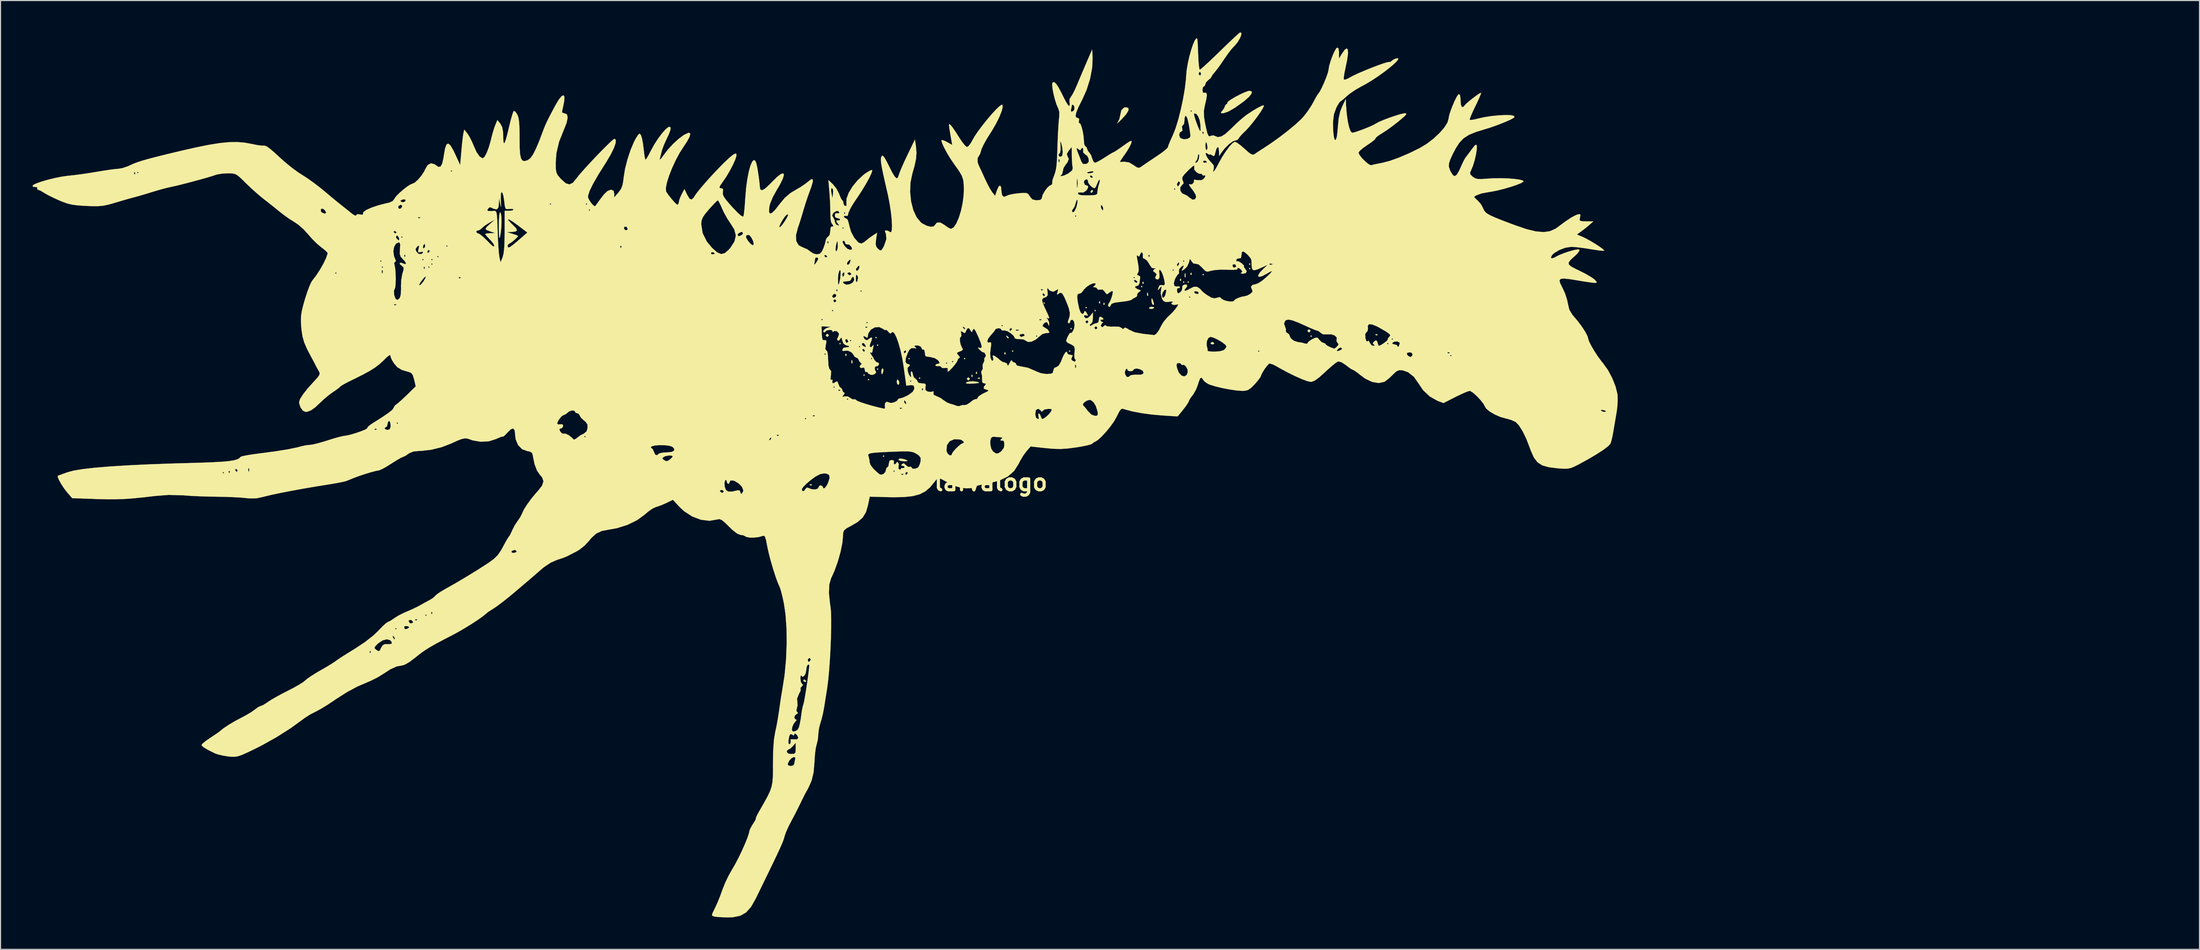
<source format=kicad_pcb>
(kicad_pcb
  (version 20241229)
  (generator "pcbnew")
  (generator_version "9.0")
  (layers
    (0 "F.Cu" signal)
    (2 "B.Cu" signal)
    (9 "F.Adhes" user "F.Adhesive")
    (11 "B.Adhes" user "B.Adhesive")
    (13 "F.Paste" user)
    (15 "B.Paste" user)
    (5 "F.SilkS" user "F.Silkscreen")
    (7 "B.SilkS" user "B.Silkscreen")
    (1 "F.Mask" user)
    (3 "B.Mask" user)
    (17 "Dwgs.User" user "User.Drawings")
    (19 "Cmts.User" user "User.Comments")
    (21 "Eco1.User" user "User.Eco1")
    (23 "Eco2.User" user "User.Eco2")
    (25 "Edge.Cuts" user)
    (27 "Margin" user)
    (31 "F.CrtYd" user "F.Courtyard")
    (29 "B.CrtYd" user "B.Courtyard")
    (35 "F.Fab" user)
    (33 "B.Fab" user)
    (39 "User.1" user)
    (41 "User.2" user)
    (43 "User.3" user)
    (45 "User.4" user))
  (footprint "larvalogo"
    (layer "F.Cu")
    (at 90.128 42.315)
    (property "Reference" "larvalogo" (at 0 0 0) (layer "F.SilkS") (effects (font (size 1.524 1.524) (thickness 0.3))))
    (attr through_hole)
    (fp_poly (pts (xy 107.667 27.489) (xy 107.691 27.587) (xy 107.578 27.774) (xy 107.479 27.799) (xy 107.292 27.686) (xy 107.268 27.587) (xy 107.381 27.4) (xy 107.479 27.376) (xy 107.667 27.489)) (stroke (width 0.01) (type solid)) (fill yes) (layer "F.Mask"))
    (fp_poly (pts (xy 103.447 26.131) (xy 103.81 26.163) (xy 103.937 26.258) (xy 103.926 26.334) (xy 103.744 26.511) (xy 103.654 26.529) (xy 103.521 26.632) (xy 103.462 26.965) (xy 103.458 27.164) (xy 103.439 27.561) (xy 103.363 27.748) (xy 103.196 27.799) (xy 103.176 27.799) (xy 103.017 27.768) (xy 102.932 27.631) (xy 102.898 27.323) (xy 102.893 26.961) (xy 102.893 26.123) (xy 103.447 26.131)) (stroke (width 0.01) (type solid)) (fill yes) (layer "F.Mask"))
    (fp_poly (pts (xy 87.936 25.823) (xy 87.94 26.62) (xy 87.955 27.175) (xy 87.987 27.529) (xy 88.038 27.722) (xy 88.114 27.794) (xy 88.147 27.799) (xy 88.315 27.925) (xy 88.359 28.222) (xy 88.323 28.523) (xy 88.16 28.633) (xy 87.957 28.646) (xy 87.576 28.557) (xy 87.322 28.387) (xy 87.23 28.244) (xy 87.165 28.021) (xy 87.123 27.672) (xy 87.099 27.153) (xy 87.09 26.419) (xy 87.089 25.989) (xy 87.089 23.848) (xy 87.936 23.848) (xy 87.936 25.823)) (stroke (width 0.01) (type solid)) (fill yes) (layer "F.Mask"))
    (fp_poly (pts (xy 92.782 25.318) (xy 92.874 25.479) (xy 92.9 25.619) (xy 93.026 25.586) (xy 93.188 25.479) (xy 93.524 25.31) (xy 93.769 25.259) (xy 93.959 25.318) (xy 93.96 25.543) (xy 93.951 25.576) (xy 93.883 25.869) (xy 93.864 26) (xy 93.742 26.08) (xy 93.514 26.106) (xy 93.219 26.178) (xy 93.023 26.417) (xy 92.913 26.858) (xy 92.875 27.537) (xy 92.874 27.649) (xy 92.874 28.646) (xy 92.028 28.646) (xy 92.028 25.259) (xy 92.451 25.259) (xy 92.782 25.318)) (stroke (width 0.01) (type solid)) (fill yes) (layer "F.Mask"))
    (fp_poly (pts (xy 106.914 26.119) (xy 106.968 26.199) (xy 106.94 26.403) (xy 106.828 26.79) (xy 106.748 27.046) (xy 106.59 27.458) (xy 106.431 27.731) (xy 106.338 27.799) (xy 106.197 27.677) (xy 106.028 27.366) (xy 105.94 27.139) (xy 105.808 26.712) (xy 105.727 26.378) (xy 105.716 26.28) (xy 105.773 26.119) (xy 105.911 26.167) (xy 106.08 26.383) (xy 106.213 26.679) (xy 106.376 27.164) (xy 106.476 26.635) (xy 106.597 26.261) (xy 106.764 26.107) (xy 106.78 26.106) (xy 106.914 26.119)) (stroke (width 0.01) (type solid)) (fill yes) (layer "F.Mask"))
    (fp_poly (pts (xy 108.036 25.264) (xy 109.064 25.279) (xy 109.845 25.303) (xy 110.37 25.337) (xy 110.628 25.379) (xy 110.654 25.4) (xy 110.515 25.446) (xy 110.104 25.483) (xy 109.433 25.512) (xy 108.51 25.531) (xy 107.348 25.54) (xy 106.774 25.541) (xy 105.511 25.536) (xy 104.484 25.521) (xy 103.703 25.497) (xy 103.178 25.463) (xy 102.92 25.421) (xy 102.893 25.4) (xy 103.033 25.354) (xy 103.443 25.317) (xy 104.115 25.288) (xy 105.038 25.269) (xy 106.2 25.26) (xy 106.774 25.259) (xy 108.036 25.264)) (stroke (width 0.01) (type solid)) (fill yes) (layer "F.Mask"))
    (fp_poly (pts (xy 108.036 28.368) (xy 109.064 28.383) (xy 109.845 28.408) (xy 110.37 28.441) (xy 110.628 28.484) (xy 110.654 28.504) (xy 110.515 28.55) (xy 110.104 28.588) (xy 109.433 28.616) (xy 108.51 28.635) (xy 107.348 28.645) (xy 106.774 28.646) (xy 105.511 28.64) (xy 104.484 28.626) (xy 103.703 28.601) (xy 103.178 28.568) (xy 102.92 28.525) (xy 102.893 28.504) (xy 103.033 28.459) (xy 103.443 28.421) (xy 104.115 28.393) (xy 105.038 28.374) (xy 106.2 28.364) (xy 106.774 28.363) (xy 108.036 28.368)) (stroke (width 0.01) (type solid)) (fill yes) (layer "F.Mask"))
    (fp_poly (pts (xy 110.391 25.937) (xy 110.523 26.215) (xy 110.54 26.593) (xy 110.426 27.012) (xy 110.232 27.334) (xy 109.92 27.728) (xy 110.287 27.773) (xy 110.589 27.851) (xy 110.64 27.954) (xy 110.465 28.043) (xy 110.09 28.081) (xy 109.706 28.05) (xy 109.542 27.941) (xy 109.526 27.855) (xy 109.612 27.604) (xy 109.824 27.276) (xy 109.878 27.209) (xy 110.109 26.858) (xy 110.223 26.532) (xy 110.203 26.306) (xy 110.09 26.247) (xy 109.953 26.354) (xy 109.949 26.388) (xy 109.834 26.511) (xy 109.727 26.529) (xy 109.566 26.439) (xy 109.574 26.229) (xy 109.733 25.995) (xy 109.843 25.91) (xy 110.159 25.815) (xy 110.391 25.937)) (stroke (width 0.01) (type solid)) (fill yes) (layer "F.Mask"))
    (fp_poly (pts (xy 108.927 25.894) (xy 109.135 26.134) (xy 109.23 26.582) (xy 109.243 26.952) (xy 109.215 27.419) (xy 109.141 27.78) (xy 109.074 27.912) (xy 108.756 28.067) (xy 108.398 28.034) (xy 108.132 27.829) (xy 108.119 27.808) (xy 108.025 27.493) (xy 107.988 27.163) (xy 108.404 27.163) (xy 108.453 27.46) (xy 108.584 27.661) (xy 108.704 27.612) (xy 108.79 27.346) (xy 108.82 26.94) (xy 108.797 26.492) (xy 108.721 26.292) (xy 108.644 26.281) (xy 108.515 26.449) (xy 108.428 26.782) (xy 108.404 27.163) (xy 107.988 27.163) (xy 107.975 27.056) (xy 107.973 26.952) (xy 108.041 26.333) (xy 108.242 25.955) (xy 108.575 25.823) (xy 108.585 25.823) (xy 108.927 25.894)) (stroke (width 0.01) (type solid)) (fill yes) (layer "F.Mask"))
    (fp_poly (pts (xy 96.523 26.944) (xy 96.28 27.655) (xy 96.097 28.138) (xy 95.952 28.436) (xy 95.824 28.59) (xy 95.69 28.643) (xy 95.644 28.646) (xy 95.491 28.612) (xy 95.357 28.482) (xy 95.218 28.207) (xy 95.046 27.74) (xy 94.892 27.27) (xy 94.641 26.493) (xy 94.469 25.945) (xy 94.371 25.588) (xy 94.342 25.381) (xy 94.379 25.283) (xy 94.478 25.256) (xy 94.634 25.258) (xy 94.684 25.259) (xy 94.895 25.273) (xy 95.039 25.354) (xy 95.151 25.557) (xy 95.267 25.938) (xy 95.372 26.352) (xy 95.644 27.446) (xy 95.929 26.388) (xy 96.08 25.854) (xy 96.201 25.535) (xy 96.332 25.371) (xy 96.511 25.304) (xy 96.653 25.286) (xy 97.093 25.242) (xy 96.523 26.944)) (stroke (width 0.01) (type solid)) (fill yes) (layer "F.Mask"))
    (fp_poly (pts (xy 105.189 26.223) (xy 105.404 26.545) (xy 105.433 26.769) (xy 105.381 27.002) (xy 105.171 27.087) (xy 105.01 27.093) (xy 104.713 27.139) (xy 104.587 27.248) (xy 104.587 27.25) (xy 104.702 27.344) (xy 104.918 27.323) (xy 105.245 27.297) (xy 105.367 27.41) (xy 105.274 27.61) (xy 104.981 27.772) (xy 104.609 27.772) (xy 104.333 27.63) (xy 104.219 27.382) (xy 104.164 27.002) (xy 104.163 26.952) (xy 104.208 26.67) (xy 104.587 26.67) (xy 104.701 26.795) (xy 104.798 26.811) (xy 104.986 26.735) (xy 105.01 26.67) (xy 104.896 26.545) (xy 104.798 26.529) (xy 104.611 26.605) (xy 104.587 26.67) (xy 104.208 26.67) (xy 104.243 26.449) (xy 104.485 26.172) (xy 104.798 26.106) (xy 105.189 26.223)) (stroke (width 0.01) (type solid)) (fill yes) (layer "F.Mask"))
    (fp_poly (pts (xy 90.717 25.503) (xy 90.835 25.605) (xy 90.997 25.79) (xy 91.099 25.995) (xy 91.154 26.288) (xy 91.177 26.737) (xy 91.181 27.299) (xy 91.181 28.646) (xy 90.758 28.646) (xy 90.458 28.596) (xy 90.334 28.477) (xy 90.334 28.476) (xy 90.293 28.378) (xy 90.165 28.476) (xy 89.839 28.627) (xy 89.417 28.613) (xy 89.023 28.447) (xy 88.923 28.363) (xy 88.677 27.949) (xy 88.664 27.633) (xy 89.512 27.633) (xy 89.517 27.863) (xy 89.676 27.928) (xy 89.865 27.915) (xy 90.185 27.806) (xy 90.31 27.541) (xy 90.306 27.311) (xy 90.147 27.246) (xy 89.958 27.259) (xy 89.637 27.369) (xy 89.512 27.633) (xy 88.664 27.633) (xy 88.658 27.494) (xy 88.836 27.064) (xy 89.176 26.725) (xy 89.647 26.543) (xy 89.834 26.529) (xy 90.163 26.493) (xy 90.329 26.404) (xy 90.334 26.383) (xy 90.219 26.205) (xy 89.955 26.13) (xy 89.667 26.191) (xy 89.644 26.205) (xy 89.373 26.268) (xy 89.06 26.217) (xy 88.83 26.086) (xy 88.782 25.979) (xy 88.883 25.807) (xy 89.129 25.572) (xy 89.154 25.551) (xy 89.671 25.299) (xy 90.221 25.284) (xy 90.717 25.503)) (stroke (width 0.01) (type solid)) (fill yes) (layer "F.Mask"))
    (fp_poly (pts (xy 99.466 25.503) (xy 99.584 25.605) (xy 99.746 25.79) (xy 99.848 25.995) (xy 99.903 26.288) (xy 99.926 26.737) (xy 99.93 27.299) (xy 99.93 28.646) (xy 99.507 28.646) (xy 99.207 28.596) (xy 99.083 28.477) (xy 99.083 28.476) (xy 99.042 28.378) (xy 98.914 28.476) (xy 98.588 28.627) (xy 98.166 28.613) (xy 97.772 28.447) (xy 97.672 28.363) (xy 97.426 27.949) (xy 97.413 27.633) (xy 98.261 27.633) (xy 98.265 27.863) (xy 98.425 27.928) (xy 98.614 27.915) (xy 98.934 27.806) (xy 99.059 27.541) (xy 99.055 27.311) (xy 98.895 27.246) (xy 98.706 27.259) (xy 98.386 27.369) (xy 98.261 27.633) (xy 97.413 27.633) (xy 97.407 27.494) (xy 97.585 27.064) (xy 97.925 26.725) (xy 98.396 26.543) (xy 98.583 26.529) (xy 98.912 26.493) (xy 99.078 26.404) (xy 99.083 26.383) (xy 98.968 26.205) (xy 98.703 26.13) (xy 98.416 26.191) (xy 98.393 26.205) (xy 98.122 26.268) (xy 97.809 26.217) (xy 97.579 26.086) (xy 97.531 25.979) (xy 97.632 25.807) (xy 97.878 25.572) (xy 97.903 25.551) (xy 98.42 25.299) (xy 98.97 25.284) (xy 99.466 25.503)) (stroke (width 0.01) (type solid)) (fill yes) (layer "F.Mask"))
    (fp_poly (pts (xy -14.111 -13.053) (xy -14.182 -12.982) (xy -14.252 -13.053) (xy -14.182 -13.123) (xy -14.111 -13.053)) (stroke (width 0.01) (type solid)) (fill yes) (layer "F.SilkS"))
    (fp_poly (pts (xy -11.853 -10.089) (xy -11.924 -10.019) (xy -11.994 -10.089) (xy -11.924 -10.16) (xy -11.853 -10.089)) (stroke (width 0.01) (type solid)) (fill yes) (layer "F.SilkS"))
    (fp_poly (pts (xy -11.43 -9.666) (xy -11.501 -9.596) (xy -11.571 -9.666) (xy -11.501 -9.737) (xy -11.43 -9.666)) (stroke (width 0.01) (type solid)) (fill yes) (layer "F.SilkS"))
    (fp_poly (pts (xy -10.724 -13.617) (xy -10.795 -13.547) (xy -10.866 -13.617) (xy -10.795 -13.688) (xy -10.724 -13.617)) (stroke (width 0.01) (type solid)) (fill yes) (layer "F.SilkS"))
    (fp_poly (pts (xy -10.583 -12.912) (xy -10.654 -12.841) (xy -10.724 -12.912) (xy -10.654 -12.982) (xy -10.583 -12.912)) (stroke (width 0.01) (type solid)) (fill yes) (layer "F.SilkS"))
    (fp_poly (pts (xy -10.583 -10.654) (xy -10.654 -10.583) (xy -10.724 -10.654) (xy -10.654 -10.724) (xy -10.583 -10.654)) (stroke (width 0.01) (type solid)) (fill yes) (layer "F.SilkS"))
    (fp_poly (pts (xy -10.019 -2.469) (xy -10.089 -2.399) (xy -10.16 -2.469) (xy -10.089 -2.54) (xy -10.019 -2.469)) (stroke (width 0.01) (type solid)) (fill yes) (layer "F.SilkS"))
    (fp_poly (pts (xy -7.62 -11.642) (xy -7.691 -11.571) (xy -7.761 -11.642) (xy -7.691 -11.712) (xy -7.62 -11.642)) (stroke (width 0.01) (type solid)) (fill yes) (layer "F.SilkS"))
    (fp_poly (pts (xy -6.632 -9.807) (xy -6.703 -9.737) (xy -6.773 -9.807) (xy -6.703 -9.878) (xy -6.632 -9.807)) (stroke (width 0.01) (type solid)) (fill yes) (layer "F.SilkS"))
    (fp_poly (pts (xy -2.399 -11.642) (xy -2.469 -11.571) (xy -2.54 -11.642) (xy -2.469 -11.712) (xy -2.399 -11.642)) (stroke (width 0.01) (type solid)) (fill yes) (layer "F.SilkS"))
    (fp_poly (pts (xy 2.117 -12.347) (xy 2.046 -12.277) (xy 1.976 -12.347) (xy 2.046 -12.418) (xy 2.117 -12.347)) (stroke (width 0.01) (type solid)) (fill yes) (layer "F.SilkS"))
    (fp_poly (pts (xy 5.08 -16.863) (xy 5.009 -16.792) (xy 4.939 -16.863) (xy 5.009 -16.933) (xy 5.08 -16.863)) (stroke (width 0.01) (type solid)) (fill yes) (layer "F.SilkS"))
    (fp_poly (pts (xy 7.479 -12.347) (xy 7.408 -12.277) (xy 7.338 -12.347) (xy 7.408 -12.418) (xy 7.479 -12.347)) (stroke (width 0.01) (type solid)) (fill yes) (layer "F.SilkS"))
    (fp_poly (pts (xy 7.62 -14.464) (xy 7.549 -14.393) (xy 7.479 -14.464) (xy 7.549 -14.534) (xy 7.62 -14.464)) (stroke (width 0.01) (type solid)) (fill yes) (layer "F.SilkS"))
    (fp_poly (pts (xy 9.031 -16.439) (xy 8.961 -16.369) (xy 8.89 -16.439) (xy 8.961 -16.51) (xy 9.031 -16.439)) (stroke (width 0.01) (type solid)) (fill yes) (layer "F.SilkS"))
    (fp_poly (pts (xy 9.878 -16.157) (xy 9.807 -16.087) (xy 9.737 -16.157) (xy 9.807 -16.228) (xy 9.878 -16.157)) (stroke (width 0.01) (type solid)) (fill yes) (layer "F.SilkS"))
    (fp_poly (pts (xy 14.252 -18.415) (xy 14.182 -18.344) (xy 14.111 -18.415) (xy 14.182 -18.486) (xy 14.252 -18.415)) (stroke (width 0.01) (type solid)) (fill yes) (layer "F.SilkS"))
    (fp_poly (pts (xy 18.203 -18.838) (xy 18.133 -18.768) (xy 18.062 -18.838) (xy 18.133 -18.909) (xy 18.203 -18.838)) (stroke (width 0.01) (type solid)) (fill yes) (layer "F.SilkS"))
    (fp_poly (pts (xy 18.627 -18.838) (xy 18.556 -18.768) (xy 18.486 -18.838) (xy 18.556 -18.909) (xy 18.627 -18.838)) (stroke (width 0.01) (type solid)) (fill yes) (layer "F.SilkS"))
    (fp_poly (pts (xy 20.038 -19.544) (xy 19.967 -19.473) (xy 19.897 -19.544) (xy 19.967 -19.614) (xy 20.038 -19.544)) (stroke (width 0.01) (type solid)) (fill yes) (layer "F.SilkS"))
    (fp_poly (pts (xy 24.412 -20.532) (xy 24.342 -20.461) (xy 24.271 -20.532) (xy 24.342 -20.602) (xy 24.412 -20.532)) (stroke (width 0.01) (type solid)) (fill yes) (layer "F.SilkS"))
    (fp_poly (pts (xy 24.412 -20.108) (xy 24.342 -20.038) (xy 24.271 -20.108) (xy 24.342 -20.179) (xy 24.412 -20.108)) (stroke (width 0.01) (type solid)) (fill yes) (layer "F.SilkS"))
    (fp_poly (pts (xy 30.198 -13.758) (xy 30.127 -13.688) (xy 30.057 -13.758) (xy 30.127 -13.829) (xy 30.198 -13.758)) (stroke (width 0.01) (type solid)) (fill yes) (layer "F.SilkS"))
    (fp_poly (pts (xy -16.839 0.188) (xy -16.859 0.272) (xy -16.933 0.282) (xy -17.049 0.231) (xy -17.027 0.188) (xy -16.86 0.171) (xy -16.839 0.188)) (stroke (width 0.01) (type solid)) (fill yes) (layer "F.SilkS"))
    (fp_poly (pts (xy -13.594 -12.089) (xy -13.577 -11.921) (xy -13.594 -11.9) (xy -13.678 -11.92) (xy -13.688 -11.994) (xy -13.636 -12.111) (xy -13.594 -12.089)) (stroke (width 0.01) (type solid)) (fill yes) (layer "F.SilkS"))
    (fp_poly (pts (xy -13.027 -11.456) (xy -13.01 -11.236) (xy -13.038 -11.186) (xy -13.102 -11.228) (xy -13.112 -11.371) (xy -13.078 -11.522) (xy -13.027 -11.456)) (stroke (width 0.01) (type solid)) (fill yes) (layer "F.SilkS"))
    (fp_poly (pts (xy -1.74 -10.113) (xy -1.723 -9.945) (xy -1.74 -9.925) (xy -1.824 -9.944) (xy -1.834 -10.019) (xy -1.783 -10.135) (xy -1.74 -10.113)) (stroke (width 0.01) (type solid)) (fill yes) (layer "F.SilkS"))
    (fp_poly (pts (xy -1.317 -10.395) (xy -1.3 -10.228) (xy -1.317 -10.207) (xy -1.401 -10.226) (xy -1.411 -10.301) (xy -1.359 -10.417) (xy -1.317 -10.395)) (stroke (width 0.01) (type solid)) (fill yes) (layer "F.SilkS"))
    (fp_poly (pts (xy -1.035 -9.831) (xy -1.054 -9.747) (xy -1.129 -9.737) (xy -1.245 -9.788) (xy -1.223 -9.831) (xy -1.055 -9.848) (xy -1.035 -9.831)) (stroke (width 0.01) (type solid)) (fill yes) (layer "F.SilkS"))
    (fp_poly (pts (xy 1.364 -12.23) (xy 1.381 -12.062) (xy 1.364 -12.041) (xy 1.28 -12.061) (xy 1.27 -12.136) (xy 1.322 -12.252) (xy 1.364 -12.23)) (stroke (width 0.01) (type solid)) (fill yes) (layer "F.SilkS"))
    (fp_poly (pts (xy 10.254 -17.027) (xy 10.271 -16.86) (xy 10.254 -16.839) (xy 10.17 -16.859) (xy 10.16 -16.933) (xy 10.212 -17.049) (xy 10.254 -17.027)) (stroke (width 0.01) (type solid)) (fill yes) (layer "F.SilkS"))
    (fp_poly (pts (xy 10.677 -16.886) (xy 10.694 -16.719) (xy 10.677 -16.698) (xy 10.594 -16.718) (xy 10.583 -16.792) (xy 10.635 -16.908) (xy 10.677 -16.886)) (stroke (width 0.01) (type solid)) (fill yes) (layer "F.SilkS"))
    (fp_poly (pts (xy 14.346 -18.862) (xy 14.363 -18.694) (xy 14.346 -18.674) (xy 14.262 -18.693) (xy 14.252 -18.768) (xy 14.304 -18.884) (xy 14.346 -18.862)) (stroke (width 0.01) (type solid)) (fill yes) (layer "F.SilkS"))
    (fp_poly (pts (xy 14.772 -17.806) (xy 14.789 -17.586) (xy 14.761 -17.536) (xy 14.697 -17.578) (xy 14.687 -17.721) (xy 14.721 -17.872) (xy 14.772 -17.806)) (stroke (width 0.01) (type solid)) (fill yes) (layer "F.SilkS"))
    (fp_poly (pts (xy 17.874 -19.144) (xy 17.891 -18.977) (xy 17.874 -18.956) (xy 17.79 -18.975) (xy 17.78 -19.05) (xy 17.832 -19.166) (xy 17.874 -19.144)) (stroke (width 0.01) (type solid)) (fill yes) (layer "F.SilkS"))
    (fp_poly (pts (xy 18.297 -19.65) (xy 18.315 -19.361) (xy 18.297 -19.297) (xy 18.245 -19.279) (xy 18.226 -19.473) (xy 18.248 -19.674) (xy 18.297 -19.65)) (stroke (width 0.01) (type solid)) (fill yes) (layer "F.SilkS"))
    (fp_poly (pts (xy 18.862 -19.709) (xy 18.879 -19.541) (xy 18.862 -19.52) (xy 18.778 -19.54) (xy 18.768 -19.614) (xy 18.819 -19.731) (xy 18.862 -19.709)) (stroke (width 0.01) (type solid)) (fill yes) (layer "F.SilkS"))
    (fp_poly (pts (xy 36.36 -13.923) (xy 36.34 -13.839) (xy 36.266 -13.829) (xy 36.149 -13.881) (xy 36.171 -13.923) (xy 36.339 -13.94) (xy 36.36 -13.923)) (stroke (width 0.01) (type solid)) (fill yes) (layer "F.SilkS"))
    (fp_poly (pts (xy 1.53 -13.772) (xy 1.682 -13.63) (xy 1.651 -13.548) (xy 1.631 -13.547) (xy 1.512 -13.647) (xy 1.468 -13.71) (xy 1.452 -13.806) (xy 1.53 -13.772)) (stroke (width 0.01) (type solid)) (fill yes) (layer "F.SilkS"))
    (fp_poly (pts (xy 15.345 -16.479) (xy 15.329 -16.394) (xy 15.174 -16.32) (xy 14.947 -16.321) (xy 14.883 -16.375) (xy 14.93 -16.481) (xy 15.091 -16.51) (xy 15.345 -16.479)) (stroke (width 0.01) (type solid)) (fill yes) (layer "F.SilkS"))
    (fp_poly (pts (xy 20.894 -13.188) (xy 21.019 -13.052) (xy 20.877 -12.985) (xy 20.806 -12.982) (xy 20.66 -13.052) (xy 20.674 -13.126) (xy 20.843 -13.207) (xy 20.894 -13.188)) (stroke (width 0.01) (type solid)) (fill yes) (layer "F.SilkS"))
    (fp_poly (pts (xy -17.498 18.556) (xy -17.363 18.683) (xy -17.357 18.706) (xy -17.466 18.766) (xy -17.498 18.768) (xy -17.633 18.659) (xy -17.639 18.618) (xy -17.552 18.534) (xy -17.498 18.556)) (stroke (width 0.01) (type solid)) (fill yes) (layer "F.SilkS"))
    (fp_poly (pts (xy -15.244 -13.863) (xy -15.24 -13.829) (xy -15.347 -13.692) (xy -15.381 -13.688) (xy -15.518 -13.795) (xy -15.522 -13.829) (xy -15.415 -13.966) (xy -15.381 -13.97) (xy -15.244 -13.863)) (stroke (width 0.01) (type solid)) (fill yes) (layer "F.SilkS"))
    (fp_poly (pts (xy -10.101 -10.612) (xy -10.119 -10.442) (xy -10.201 -10.214) (xy -10.247 -10.16) (xy -10.291 -10.279) (xy -10.301 -10.442) (xy -10.247 -10.672) (xy -10.173 -10.724) (xy -10.101 -10.612)) (stroke (width 0.01) (type solid)) (fill yes) (layer "F.SilkS"))
    (fp_poly (pts (xy -8.629 -9.491) (xy -8.619 -9.278) (xy -8.717 -9.172) (xy -8.719 -9.172) (xy -8.818 -9.291) (xy -8.851 -9.457) (xy -8.817 -9.651) (xy -8.74 -9.661) (xy -8.629 -9.491)) (stroke (width 0.01) (type solid)) (fill yes) (layer "F.SilkS"))
    (fp_poly (pts (xy -1.98 -9.77) (xy -1.976 -9.737) (xy -2.083 -9.6) (xy -2.117 -9.596) (xy -2.254 -9.703) (xy -2.258 -9.737) (xy -2.15 -9.874) (xy -2.117 -9.878) (xy -1.98 -9.77)) (stroke (width 0.01) (type solid)) (fill yes) (layer "F.SilkS"))
    (fp_poly (pts (xy 9.594 -27.407) (xy 9.596 -27.376) (xy 9.487 -27.24) (xy 9.446 -27.234) (xy 9.362 -27.321) (xy 9.384 -27.376) (xy 9.511 -27.51) (xy 9.533 -27.517) (xy 9.594 -27.407)) (stroke (width 0.01) (type solid)) (fill yes) (layer "F.SilkS"))
    (fp_poly (pts (xy 15.18 -17.261) (xy 15.252 -17.089) (xy 15.338 -16.793) (xy 15.301 -16.679) (xy 15.193 -16.745) (xy 15.12 -16.949) (xy 15.108 -17.133) (xy 15.125 -17.321) (xy 15.18 -17.261)) (stroke (width 0.01) (type solid)) (fill yes) (layer "F.SilkS"))
    (fp_poly (pts (xy 30.053 -14.286) (xy 30.057 -14.252) (xy 29.949 -14.115) (xy 29.916 -14.111) (xy 29.779 -14.218) (xy 29.774 -14.252) (xy 29.882 -14.389) (xy 29.916 -14.393) (xy 30.053 -14.286)) (stroke (width 0.01) (type solid)) (fill yes) (layer "F.SilkS"))
    (fp_poly (pts (xy -8.116 -2.171) (xy -7.973 -2.117) (xy -7.822 -2.034) (xy -7.909 -1.996) (xy -8.141 -1.985) (xy -8.479 -2.019) (xy -8.676 -2.113) (xy -8.678 -2.117) (xy -8.65 -2.222) (xy -8.435 -2.24) (xy -8.116 -2.171)) (stroke (width 0.01) (type solid)) (fill yes) (layer "F.SilkS"))
    (fp_poly (pts (xy -1.353 -9.474) (xy -1.289 -9.459) (xy -1.107 -9.395) (xy -1.144 -9.351) (xy -1.424 -9.313) (xy -1.6 -9.297) (xy -2.007 -9.28) (xy -2.281 -9.303) (xy -2.339 -9.33) (xy -2.28 -9.425) (xy -2.033 -9.488) (xy -1.693 -9.509) (xy -1.353 -9.474)) (stroke (width 0.01) (type solid)) (fill yes) (layer "F.SilkS"))
    (fp_poly (pts (xy 12.943 -35.2) (xy 12.941 -34.973) (xy 12.715 -34.609) (xy 12.324 -34.176) (xy 12.034 -33.891) (xy 11.879 -33.754) (xy 11.887 -33.79) (xy 11.901 -33.807) (xy 12.087 -34.171) (xy 12.161 -34.512) (xy 12.269 -34.998) (xy 12.519 -35.243) (xy 12.717 -35.278) (xy 12.943 -35.2)) (stroke (width 0.01) (type solid)) (fill yes) (layer "F.SilkS"))
    (fp_poly (pts (xy -46.067 -25.272) (xy -46.024 -24.937) (xy -46.015 -24.468) (xy -46.039 -23.939) (xy -46.098 -23.422) (xy -46.135 -23.213) (xy -46.188 -23.003) (xy -46.225 -22.995) (xy -46.249 -23.213) (xy -46.263 -23.678) (xy -46.268 -24.024) (xy -46.262 -24.678) (xy -46.229 -25.142) (xy -46.172 -25.378) (xy -46.143 -25.4) (xy -46.067 -25.272)) (stroke (width 0.01) (type solid)) (fill yes) (layer "F.SilkS"))
    (fp_poly (pts (xy 24.538 -36.758) (xy 24.512 -36.559) (xy 24.275 -36.256) (xy 23.838 -35.871) (xy 23.761 -35.811) (xy 22.972 -35.246) (xy 22.358 -34.887) (xy 21.908 -34.729) (xy 21.815 -34.72) (xy 21.634 -34.735) (xy 21.665 -34.839) (xy 21.78 -34.971) (xy 21.962 -35.234) (xy 22.013 -35.395) (xy 22.113 -35.55) (xy 22.163 -35.56) (xy 22.248 -35.646) (xy 22.228 -35.697) (xy 22.305 -35.812) (xy 22.573 -36.004) (xy 22.963 -36.236) (xy 23.407 -36.47) (xy 23.836 -36.67) (xy 24.183 -36.801) (xy 24.338 -36.83) (xy 24.538 -36.758)) (stroke (width 0.01) (type solid)) (fill yes) (layer "F.SilkS"))
    (fp_poly (pts (xy 23.556 -42.276) (xy 23.544 -42.076) (xy 23.424 -41.772) (xy 23.223 -41.428) (xy 22.969 -41.106) (xy 22.853 -40.992) (xy 22.62 -40.737) (xy 22.303 -40.325) (xy 21.967 -39.843) (xy 21.934 -39.793) (xy 21.602 -39.304) (xy 21.287 -38.871) (xy 21.054 -38.582) (xy 21.038 -38.565) (xy 20.829 -38.309) (xy 20.743 -38.14) (xy 20.637 -37.986) (xy 20.461 -37.851) (xy 20.239 -37.63) (xy 20.179 -37.464) (xy 20.102 -37.277) (xy 20.038 -37.253) (xy 19.931 -37.133) (xy 19.897 -36.905) (xy 19.945 -36.655) (xy 20.108 -36.638) (xy 20.262 -36.632) (xy 20.312 -36.437) (xy 20.259 -36.029) (xy 20.133 -35.496) (xy 20.033 -34.953) (xy 20.04 -34.419) (xy 20.114 -33.943) (xy 20.251 -33.261) (xy 20.365 -32.823) (xy 20.467 -32.593) (xy 20.573 -32.538) (xy 20.654 -32.581) (xy 20.919 -32.64) (xy 21.03 -32.591) (xy 21.335 -32.474) (xy 21.661 -32.527) (xy 22.051 -32.769) (xy 22.549 -33.222) (xy 22.648 -33.321) (xy 23.123 -33.781) (xy 23.605 -34.211) (xy 24.004 -34.532) (xy 24.06 -34.572) (xy 24.607 -34.932) (xy 25.086 -35.218) (xy 25.451 -35.403) (xy 25.655 -35.463) (xy 25.682 -35.439) (xy 25.597 -35.22) (xy 25.371 -34.85) (xy 25.05 -34.39) (xy 24.679 -33.901) (xy 24.303 -33.445) (xy 23.967 -33.082) (xy 23.9 -33.019) (xy 23.57 -32.692) (xy 23.346 -32.43) (xy 23.283 -32.312) (xy 23.167 -32.195) (xy 23.033 -32.173) (xy 22.75 -32.068) (xy 22.379 -31.794) (xy 21.993 -31.413) (xy 21.703 -31.044) (xy 21.464 -30.692) (xy 21.456 -31.159) (xy 21.412 -31.473) (xy 21.316 -31.531) (xy 21.2 -31.343) (xy 21.114 -31.03) (xy 21.034 -30.741) (xy 20.926 -30.689) (xy 20.814 -30.762) (xy 20.643 -30.861) (xy 20.602 -30.833) (xy 20.514 -30.824) (xy 20.37 -30.92) (xy 20.218 -30.999) (xy 20.194 -30.902) (xy 20.272 -30.693) (xy 20.427 -30.432) (xy 20.633 -30.181) (xy 20.708 -30.11) (xy 20.954 -29.814) (xy 20.964 -29.52) (xy 20.961 -29.51) (xy 20.902 -29.253) (xy 20.954 -29.229) (xy 21.098 -29.417) (xy 21.316 -29.8) (xy 21.393 -29.951) (xy 21.724 -30.553) (xy 22.084 -31.114) (xy 22.432 -31.582) (xy 22.731 -31.905) (xy 22.942 -32.032) (xy 22.949 -32.032) (xy 23.15 -31.941) (xy 23.479 -31.702) (xy 23.864 -31.369) (xy 24.254 -31.019) (xy 24.51 -30.846) (xy 24.687 -30.818) (xy 24.81 -30.879) (xy 25.067 -31.055) (xy 25.451 -31.305) (xy 25.657 -31.436) (xy 26.415 -31.94) (xy 27.204 -32.508) (xy 27.964 -33.095) (xy 28.637 -33.654) (xy 29.165 -34.14) (xy 29.392 -34.381) (xy 29.783 -34.888) (xy 30.153 -35.448) (xy 30.339 -35.777) (xy 30.55 -36.176) (xy 30.72 -36.462) (xy 30.788 -36.55) (xy 30.929 -36.746) (xy 31.126 -37.125) (xy 31.344 -37.604) (xy 31.545 -38.099) (xy 31.696 -38.526) (xy 31.758 -38.802) (xy 31.758 -38.806) (xy 31.814 -39.157) (xy 31.945 -39.615) (xy 32.121 -40.1) (xy 32.31 -40.527) (xy 32.479 -40.815) (xy 32.561 -40.888) (xy 32.687 -40.818) (xy 32.737 -40.491) (xy 32.738 -40.405) (xy 32.739 -39.864) (xy 33.009 -40.307) (xy 33.283 -40.692) (xy 33.472 -40.816) (xy 33.573 -40.688) (xy 33.584 -40.318) (xy 33.502 -39.714) (xy 33.349 -38.984) (xy 33.245 -38.48) (xy 33.189 -38.088) (xy 33.193 -37.884) (xy 33.199 -37.874) (xy 33.362 -37.885) (xy 33.662 -38.021) (xy 33.775 -38.087) (xy 34.111 -38.267) (xy 34.599 -38.492) (xy 35.179 -38.741) (xy 35.794 -38.989) (xy 36.387 -39.216) (xy 36.901 -39.398) (xy 37.278 -39.512) (xy 37.461 -39.537) (xy 37.466 -39.533) (xy 37.603 -39.548) (xy 37.649 -39.602) (xy 37.851 -39.761) (xy 38.077 -39.858) (xy 38.293 -39.887) (xy 38.305 -39.784) (xy 38.142 -39.573) (xy 37.835 -39.28) (xy 37.414 -38.928) (xy 36.91 -38.543) (xy 36.353 -38.148) (xy 35.772 -37.768) (xy 35.199 -37.427) (xy 34.811 -37.222) (xy 34.274 -36.916) (xy 33.755 -36.56) (xy 33.476 -36.328) (xy 33.165 -36.049) (xy 32.938 -35.873) (xy 32.875 -35.842) (xy 32.767 -35.727) (xy 32.59 -35.435) (xy 32.481 -35.227) (xy 32.261 -34.621) (xy 32.178 -33.907) (xy 32.175 -33.71) (xy 32.199 -32.975) (xy 32.258 -32.474) (xy 32.34 -32.214) (xy 32.432 -32.205) (xy 32.523 -32.454) (xy 32.598 -32.97) (xy 32.631 -33.408) (xy 32.708 -34.227) (xy 32.847 -34.864) (xy 33.036 -35.348) (xy 33.373 -36.054) (xy 33.405 -35.419) (xy 33.467 -34.644) (xy 33.566 -33.954) (xy 33.69 -33.397) (xy 33.827 -33.023) (xy 33.969 -32.879) (xy 33.974 -32.879) (xy 34.222 -32.932) (xy 34.639 -33.068) (xy 35.137 -33.254) (xy 35.628 -33.455) (xy 36.024 -33.637) (xy 36.224 -33.753) (xy 36.48 -33.895) (xy 36.922 -34.084) (xy 37.467 -34.29) (xy 38.03 -34.482) (xy 38.526 -34.632) (xy 38.871 -34.709) (xy 38.929 -34.713) (xy 39.061 -34.687) (xy 39.043 -34.589) (xy 38.851 -34.389) (xy 38.463 -34.056) (xy 38.346 -33.96) (xy 37.815 -33.545) (xy 37.267 -33.147) (xy 36.81 -32.846) (xy 36.765 -32.819) (xy 36.414 -32.593) (xy 36.206 -32.42) (xy 36.178 -32.355) (xy 36.107 -32.248) (xy 35.85 -32.037) (xy 35.459 -31.765) (xy 35.413 -31.735) (xy 34.997 -31.443) (xy 34.697 -31.186) (xy 34.574 -31.019) (xy 34.573 -31.012) (xy 34.669 -30.789) (xy 34.905 -30.489) (xy 35.21 -30.181) (xy 35.511 -29.936) (xy 35.737 -29.825) (xy 35.78 -29.829) (xy 36.011 -29.891) (xy 36.423 -29.979) (xy 36.826 -30.056) (xy 37.514 -30.235) (xy 38.376 -30.545) (xy 39.35 -30.962) (xy 40.33 -31.439) (xy 40.981 -31.832) (xy 41.613 -32.316) (xy 42.182 -32.843) (xy 42.639 -33.367) (xy 42.94 -33.842) (xy 43.04 -34.195) (xy 43.093 -34.493) (xy 43.229 -34.928) (xy 43.418 -35.423) (xy 43.626 -35.902) (xy 43.822 -36.286) (xy 43.973 -36.498) (xy 44.002 -36.516) (xy 44.116 -36.43) (xy 44.165 -36.072) (xy 44.168 -35.925) (xy 44.205 -35.492) (xy 44.306 -35.287) (xy 44.454 -35.331) (xy 44.525 -35.425) (xy 44.683 -35.597) (xy 44.975 -35.852) (xy 45.331 -36.136) (xy 45.683 -36.398) (xy 45.961 -36.584) (xy 46.097 -36.641) (xy 46.099 -36.64) (xy 46.065 -36.496) (xy 45.928 -36.16) (xy 45.712 -35.688) (xy 45.557 -35.37) (xy 45.306 -34.844) (xy 45.123 -34.417) (xy 45.03 -34.149) (xy 45.027 -34.089) (xy 45.191 -34.084) (xy 45.539 -34.147) (xy 45.868 -34.228) (xy 46.44 -34.353) (xy 47.1 -34.453) (xy 47.776 -34.52) (xy 48.395 -34.549) (xy 48.882 -34.536) (xy 49.166 -34.474) (xy 49.166 -34.474) (xy 49.245 -34.387) (xy 49.161 -34.278) (xy 48.878 -34.121) (xy 48.376 -33.898) (xy 47.736 -33.643) (xy 47.057 -33.399) (xy 46.496 -33.223) (xy 45.618 -32.955) (xy 44.96 -32.684) (xy 44.462 -32.366) (xy 44.066 -31.956) (xy 43.713 -31.409) (xy 43.471 -30.947) (xy 43.211 -30.391) (xy 43.08 -29.999) (xy 43.068 -29.69) (xy 43.167 -29.382) (xy 43.254 -29.203) (xy 43.449 -28.895) (xy 43.627 -28.8) (xy 43.813 -28.934) (xy 44.035 -29.312) (xy 44.244 -29.774) (xy 44.433 -30.184) (xy 44.602 -30.495) (xy 44.659 -30.576) (xy 44.822 -30.784) (xy 45.077 -31.124) (xy 45.226 -31.33) (xy 45.482 -31.657) (xy 45.628 -31.765) (xy 45.698 -31.676) (xy 45.701 -31.663) (xy 45.698 -31.336) (xy 45.621 -30.845) (xy 45.492 -30.289) (xy 45.333 -29.769) (xy 45.192 -29.43) (xy 45.063 -29.132) (xy 45.1 -28.944) (xy 45.314 -28.744) (xy 45.532 -28.602) (xy 45.79 -28.534) (xy 46.171 -28.528) (xy 46.668 -28.564) (xy 47.314 -28.602) (xy 47.994 -28.607) (xy 48.657 -28.585) (xy 49.251 -28.538) (xy 49.724 -28.472) (xy 50.023 -28.39) (xy 50.096 -28.296) (xy 50.09 -28.288) (xy 49.871 -28.151) (xy 49.445 -27.978) (xy 48.881 -27.789) (xy 48.248 -27.605) (xy 47.614 -27.446) (xy 47.05 -27.335) (xy 46.86 -27.308) (xy 46.152 -27.178) (xy 45.628 -26.983) (xy 45.452 -26.865) (xy 45.51 -26.755) (xy 45.728 -26.554) (xy 45.761 -26.527) (xy 46.075 -26.18) (xy 46.293 -25.781) (xy 46.375 -25.592) (xy 46.493 -25.429) (xy 46.684 -25.273) (xy 46.982 -25.105) (xy 47.424 -24.907) (xy 48.045 -24.658) (xy 48.882 -24.34) (xy 49.292 -24.187) (xy 50.372 -23.819) (xy 51.254 -23.604) (xy 51.976 -23.54) (xy 52.576 -23.624) (xy 53.092 -23.854) (xy 53.284 -23.988) (xy 54.046 -24.553) (xy 54.628 -24.936) (xy 55.054 -25.154) (xy 55.158 -25.19) (xy 55.394 -25.234) (xy 55.443 -25.116) (xy 55.403 -24.922) (xy 55.364 -24.7) (xy 55.435 -24.591) (xy 55.682 -24.554) (xy 55.983 -24.549) (xy 56.656 -24.544) (xy 56.301 -24.231) (xy 55.924 -23.918) (xy 55.529 -23.616) (xy 55.113 -23.313) (xy 55.625 -23.099) (xy 55.997 -22.92) (xy 56.44 -22.674) (xy 56.891 -22.399) (xy 57.289 -22.136) (xy 57.573 -21.923) (xy 57.682 -21.799) (xy 57.679 -21.789) (xy 57.519 -21.783) (xy 57.149 -21.82) (xy 56.635 -21.895) (xy 56.375 -21.939) (xy 55.738 -22.039) (xy 55.138 -22.114) (xy 54.679 -22.152) (xy 54.586 -22.154) (xy 54.038 -22.071) (xy 53.456 -21.855) (xy 52.966 -21.56) (xy 52.781 -21.385) (xy 52.658 -21.153) (xy 52.747 -21.063) (xy 53.003 -21.144) (xy 53.089 -21.195) (xy 53.435 -21.376) (xy 53.897 -21.562) (xy 54.398 -21.729) (xy 54.859 -21.854) (xy 55.205 -21.913) (xy 55.351 -21.893) (xy 55.324 -21.742) (xy 55.122 -21.486) (xy 54.935 -21.307) (xy 54.542 -20.954) (xy 54.34 -20.702) (xy 54.342 -20.503) (xy 54.564 -20.306) (xy 55.019 -20.064) (xy 55.352 -19.905) (xy 55.907 -19.623) (xy 56.387 -19.349) (xy 56.716 -19.125) (xy 56.791 -19.056) (xy 56.966 -18.849) (xy 56.946 -18.775) (xy 56.784 -18.766) (xy 56.533 -18.788) (xy 56.08 -18.85) (xy 55.502 -18.94) (xy 55.156 -18.999) (xy 54.392 -19.122) (xy 53.876 -19.172) (xy 53.579 -19.136) (xy 53.473 -18.998) (xy 53.529 -18.745) (xy 53.719 -18.364) (xy 53.747 -18.312) (xy 54.001 -17.756) (xy 54.194 -17.152) (xy 54.255 -16.843) (xy 54.397 -16.245) (xy 54.687 -15.76) (xy 54.827 -15.597) (xy 55.237 -15.111) (xy 55.617 -14.594) (xy 55.925 -14.11) (xy 56.118 -13.726) (xy 56.162 -13.549) (xy 56.241 -13.286) (xy 56.449 -12.866) (xy 56.745 -12.36) (xy 57.088 -11.837) (xy 57.435 -11.364) (xy 57.593 -11.174) (xy 58.032 -10.562) (xy 58.435 -9.802) (xy 58.749 -9.008) (xy 58.924 -8.294) (xy 58.93 -8.239) (xy 58.947 -7.713) (xy 58.908 -7.077) (xy 58.849 -6.632) (xy 58.733 -5.954) (xy 58.607 -5.208) (xy 58.539 -4.798) (xy 58.442 -4.284) (xy 58.338 -3.858) (xy 58.259 -3.635) (xy 58.044 -3.402) (xy 57.61 -3.072) (xy 56.993 -2.668) (xy 56.229 -2.215) (xy 55.463 -1.794) (xy 54.941 -1.522) (xy 54.563 -1.362) (xy 54.228 -1.291) (xy 53.832 -1.288) (xy 53.295 -1.327) (xy 52.462 -1.43) (xy 51.851 -1.604) (xy 51.405 -1.893) (xy 51.066 -2.34) (xy 50.776 -2.987) (xy 50.679 -3.256) (xy 50.357 -4.09) (xy 50.011 -4.805) (xy 49.669 -5.35) (xy 49.361 -5.674) (xy 49.348 -5.683) (xy 48.976 -5.858) (xy 48.516 -5.993) (xy 48.457 -6.004) (xy 47.941 -6.148) (xy 47.407 -6.378) (xy 46.931 -6.653) (xy 46.8 -6.76) (xy 57.37 -6.76) (xy 57.524 -6.663) (xy 57.737 -6.628) (xy 57.855 -6.678) (xy 57.856 -6.686) (xy 57.739 -6.76) (xy 57.573 -6.814) (xy 57.382 -6.824) (xy 57.37 -6.76) (xy 46.8 -6.76) (xy 46.595 -6.927) (xy 46.483 -7.097) (xy 46.324 -7.389) (xy 46.039 -7.754) (xy 45.695 -8.122) (xy 45.358 -8.425) (xy 45.095 -8.592) (xy 45.032 -8.606) (xy 44.808 -8.544) (xy 44.408 -8.379) (xy 43.902 -8.142) (xy 43.683 -8.032) (xy 42.563 -7.461) (xy 41.979 -7.684) (xy 41.274 -8.082) (xy 40.644 -8.676) (xy 40.219 -9.306) (xy 39.782 -9.931) (xy 39.234 -10.363) (xy 38.73 -10.541) (xy 38.405 -10.558) (xy 38.143 -10.449) (xy 37.833 -10.166) (xy 37.791 -10.122) (xy 37.438 -9.785) (xy 37.101 -9.522) (xy 36.996 -9.459) (xy 36.475 -9.344) (xy 35.86 -9.448) (xy 35.212 -9.755) (xy 34.829 -10.033) (xy 34.461 -10.325) (xy 34.175 -10.524) (xy 34.05 -10.583) (xy 33.879 -10.666) (xy 33.581 -10.877) (xy 33.406 -11.016) (xy 32.984 -11.299) (xy 32.671 -11.375) (xy 32.633 -11.366) (xy 32.425 -11.236) (xy 32.077 -10.957) (xy 31.647 -10.577) (xy 31.423 -10.369) (xy 30.884 -9.884) (xy 30.483 -9.591) (xy 30.178 -9.465) (xy 30.075 -9.454) (xy 29.763 -9.522) (xy 29.266 -9.707) (xy 28.641 -9.983) (xy 27.945 -10.324) (xy 27.236 -10.705) (xy 26.867 -10.917) (xy 26.503 -11.102) (xy 26.233 -11.18) (xy 26.162 -11.169) (xy 25.973 -10.971) (xy 25.739 -10.653) (xy 25.528 -10.317) (xy 25.408 -10.066) (xy 25.4 -10.021) (xy 25.311 -9.845) (xy 25.079 -9.539) (xy 24.818 -9.24) (xy 24.461 -8.879) (xy 24.179 -8.688) (xy 23.875 -8.616) (xy 23.633 -8.608) (xy 23.113 -8.644) (xy 22.456 -8.739) (xy 21.755 -8.875) (xy 21.103 -9.032) (xy 20.592 -9.192) (xy 20.419 -9.266) (xy 20.114 -9.472) (xy 19.945 -9.673) (xy 19.814 -9.864) (xy 19.675 -9.774) (xy 19.531 -9.405) (xy 19.491 -9.255) (xy 19.308 -8.758) (xy 19.049 -8.301) (xy 18.98 -8.211) (xy 18.752 -7.908) (xy 18.632 -7.685) (xy 18.627 -7.654) (xy 18.544 -7.479) (xy 18.33 -7.163) (xy 18.098 -6.861) (xy 17.568 -6.204) (xy 16.157 -6.293) (xy 15.165 -6.38) (xy 14.205 -6.509) (xy 13.354 -6.667) (xy 12.689 -6.841) (xy 12.567 -6.883) (xy 12.374 -6.932) (xy 12.226 -6.875) (xy 12.073 -6.664) (xy 11.866 -6.251) (xy 11.819 -6.152) (xy 11.576 -5.728) (xy 11.23 -5.245) (xy 10.83 -4.757) (xy 10.425 -4.32) (xy 10.065 -3.99) (xy 9.798 -3.821) (xy 9.742 -3.81) (xy 9.587 -3.701) (xy 9.57 -3.663) (xy 9.418 -3.582) (xy 9.047 -3.481) (xy 8.517 -3.372) (xy 8.041 -3.293) (xy 7.22 -3.186) (xy 6.538 -3.143) (xy 5.859 -3.161) (xy 5.151 -3.225) (xy 3.739 -3.379) (xy 3.342 -2.924) (xy 3.047 -2.522) (xy 2.743 -2.01) (xy 2.61 -1.744) (xy 2.186 -1.074) (xy 1.59 -0.555) (xy 0.792 -0.171) (xy -0.236 0.096) (xy -0.5 0.142) (xy -1.008 0.238) (xy -1.407 0.341) (xy -1.613 0.429) (xy -1.616 0.431) (xy -1.898 0.544) (xy -2.351 0.557) (xy -2.887 0.481) (xy -3.417 0.324) (xy -3.669 0.21) (xy -4.116 -0.027) (xy -4.514 -0.239) (xy -4.643 -0.308) (xy -4.887 -0.405) (xy -5.066 -0.337) (xy -5.278 -0.075) (xy -5.703 0.448) (xy -6.158 0.84) (xy -6.69 1.116) (xy -7.344 1.29) (xy -8.166 1.378) (xy -9.202 1.395) (xy -9.681 1.386) (xy -11.389 1.341) (xy -11.556 2.15) (xy -11.751 2.812) (xy -12.062 3.317) (xy -12.546 3.737) (xy -13.123 4.072) (xy -13.551 4.304) (xy -13.784 4.487) (xy -13.881 4.694) (xy -13.902 4.998) (xy -13.902 5.023) (xy -13.968 5.719) (xy -14.145 6.569) (xy -14.405 7.48) (xy -14.722 8.359) (xy -15.027 9.028) (xy -15.196 9.609) (xy -15.226 10.424) (xy -15.118 11.46) (xy -15.079 11.699) (xy -15.034 12.161) (xy -15.015 12.848) (xy -15.018 13.705) (xy -15.042 14.677) (xy -15.084 15.708) (xy -15.142 16.743) (xy -15.214 17.726) (xy -15.297 18.602) (xy -15.389 19.316) (xy -15.391 19.332) (xy -15.499 20.012) (xy -15.617 20.758) (xy -15.682 21.167) (xy -15.792 21.746) (xy -15.927 22.297) (xy -16.027 22.616) (xy -16.164 23.129) (xy -16.227 23.661) (xy -16.228 23.7) (xy -16.27 24.18) (xy -16.372 24.614) (xy -16.386 24.65) (xy -16.463 24.971) (xy -16.531 25.481) (xy -16.579 26.09) (xy -16.589 26.317) (xy -16.67 27.265) (xy -16.861 28.051) (xy -17.19 28.787) (xy -17.353 29.069) (xy -17.479 29.302) (xy -17.679 29.7) (xy -17.886 30.127) (xy -18.177 30.717) (xy -18.521 31.389) (xy -18.789 31.891) (xy -19.052 32.408) (xy -19.266 32.888) (xy -19.386 33.228) (xy -19.387 33.232) (xy -19.43 33.401) (xy -19.49 33.59) (xy -19.578 33.824) (xy -19.706 34.127) (xy -19.885 34.526) (xy -20.128 35.045) (xy -20.446 35.71) (xy -20.85 36.547) (xy -21.352 37.581) (xy -21.965 38.837) (xy -22.122 39.158) (xy -22.557 39.923) (xy -23.021 40.442) (xy -23.57 40.753) (xy -24.258 40.891) (xy -24.793 40.906) (xy -25.32 40.888) (xy -25.758 40.858) (xy -26 40.825) (xy -26.163 40.774) (xy -26.223 40.689) (xy -26.174 40.505) (xy -26.008 40.159) (xy -25.911 39.965) (xy -25.688 39.475) (xy -25.441 38.857) (xy -25.247 38.312) (xy -24.993 37.669) (xy -24.65 36.959) (xy -24.317 36.373) (xy -24.03 35.881) (xy -23.716 35.277) (xy -23.403 34.624) (xy -23.119 33.986) (xy -22.892 33.425) (xy -22.751 33.005) (xy -22.719 32.826) (xy -22.644 32.599) (xy -22.457 32.256) (xy -22.37 32.122) (xy -22.177 31.815) (xy -22.093 31.632) (xy -22.1 31.609) (xy -22.08 31.499) (xy -21.946 31.217) (xy -21.792 30.939) (xy -21.337 30.146) (xy -21.002 29.536) (xy -20.769 29.044) (xy -20.619 28.607) (xy -20.535 28.162) (xy -20.497 27.645) (xy -20.488 26.992) (xy -20.489 26.583) (xy -19.09 26.583) (xy -18.868 26.672) (xy -18.619 26.631) (xy -18.487 26.489) (xy -18.486 26.47) (xy -18.436 26.16) (xy -18.4 26.047) (xy -18.395 25.859) (xy -18.538 25.828) (xy -18.753 25.938) (xy -18.956 26.16) (xy -19.088 26.429) (xy -19.09 26.583) (xy -20.489 26.583) (xy -20.489 26.428) (xy -20.47 25.329) (xy -19.191 25.329) (xy -19.065 25.497) (xy -18.768 25.541) (xy -18.49 25.517) (xy -18.373 25.388) (xy -18.349 25.073) (xy -18.349 25.012) (xy -18.354 24.483) (xy -18.619 24.8) (xy -18.858 25.03) (xy -19.037 25.118) (xy -19.174 25.232) (xy -19.191 25.329) (xy -20.47 25.329) (xy -20.467 25.186) (xy -20.406 24.3) (xy -19.04 24.3) (xy -19.025 24.568) (xy -18.921 24.629) (xy -18.899 24.618) (xy -18.81 24.426) (xy -18.831 24.311) (xy -18.832 24.163) (xy -18.632 24.152) (xy -18.555 24.165) (xy -18.22 24.161) (xy -18.101 24.014) (xy -18.225 23.768) (xy -18.257 23.733) (xy -18.433 23.597) (xy -18.485 23.685) (xy -18.486 23.694) (xy -18.533 23.808) (xy -18.68 23.721) (xy -18.843 23.653) (xy -18.945 23.826) (xy -18.96 23.88) (xy -19.04 24.3) (xy -20.406 24.3) (xy -20.399 24.211) (xy -20.285 23.509) (xy -20.282 23.495) (xy -20.243 23.317) (xy -18.715 23.317) (xy -18.6 23.417) (xy -18.485 23.424) (xy -18.2 23.294) (xy -18.059 23.063) (xy -17.966 22.718) (xy -17.875 22.226) (xy -17.831 21.899) (xy -17.762 21.417) (xy -17.68 21.029) (xy -17.628 20.874) (xy -17.577 20.676) (xy -17.5 20.267) (xy -17.408 19.713) (xy -17.311 19.084) (xy -17.219 18.446) (xy -17.142 17.867) (xy -17.091 17.416) (xy -17.074 17.178) (xy -17.163 17.121) (xy -17.216 17.145) (xy -17.319 17.337) (xy -17.357 17.63) (xy -17.413 17.95) (xy -17.547 18.188) (xy -17.704 18.282) (xy -17.826 18.174) (xy -17.877 18.167) (xy -17.908 18.386) (xy -17.91 18.439) (xy -17.868 18.77) (xy -17.75 18.955) (xy -17.745 18.957) (xy -17.653 19.053) (xy -17.776 19.173) (xy -17.905 19.338) (xy -17.886 19.414) (xy -17.889 19.584) (xy -18.031 19.863) (xy -18.043 19.881) (xy -18.225 20.338) (xy -18.202 20.602) (xy -18.178 20.977) (xy -18.24 21.22) (xy -18.291 21.488) (xy -18.206 21.588) (xy -18.135 21.7) (xy -18.262 21.778) (xy -18.437 21.936) (xy -18.48 22.146) (xy -18.378 22.286) (xy -18.317 22.296) (xy -18.263 22.359) (xy -18.371 22.472) (xy -18.569 22.739) (xy -18.683 23.036) (xy -18.715 23.317) (xy -20.243 23.317) (xy -20.162 22.944) (xy -20.035 22.245) (xy -19.923 21.53) (xy -19.902 21.378) (xy -19.809 20.718) (xy -19.712 20.082) (xy -19.628 19.58) (xy -19.608 19.473) (xy -19.397 18.126) (xy -19.267 16.73) (xy -17.216 16.73) (xy -17.147 16.876) (xy -17.074 16.863) (xy -16.939 16.682) (xy -16.933 16.643) (xy -17.041 16.514) (xy -17.074 16.51) (xy -17.198 16.625) (xy -17.216 16.73) (xy -19.267 16.73) (xy -19.26 16.663) (xy -19.2 15.163) (xy -19.217 13.707) (xy -19.313 12.375) (xy -19.453 11.426) (xy -19.582 10.813) (xy -19.713 10.282) (xy -19.826 9.91) (xy -19.871 9.804) (xy -20.039 9.429) (xy -20.247 8.855) (xy -20.471 8.156) (xy -20.689 7.409) (xy -20.878 6.689) (xy -21.015 6.072) (xy -21.037 5.956) (xy -21.139 5.424) (xy -21.23 5.125) (xy -21.33 5.013) (xy -21.437 5.027) (xy -21.798 5.131) (xy -22.247 5.186) (xy -22.678 5.188) (xy -22.983 5.132) (xy -23.042 5.095) (xy -23.3 4.97) (xy -23.529 4.939) (xy -23.848 4.82) (xy -24.296 4.473) (xy -24.628 4.153) (xy -25.036 3.751) (xy -25.317 3.529) (xy -25.526 3.451) (xy -25.715 3.482) (xy -26.462 3.611) (xy -27.276 3.509) (xy -28.098 3.196) (xy -28.868 2.692) (xy -29.299 2.285) (xy -29.897 1.634) (xy -30.506 1.929) (xy -30.962 2.13) (xy -31.383 2.282) (xy -31.501 2.314) (xy -31.807 2.457) (xy -32.212 2.737) (xy -32.56 3.033) (xy -33.275 3.556) (xy -34.178 3.994) (xy -35.178 4.308) (xy -35.892 4.435) (xy -36.592 4.568) (xy -37.118 4.815) (xy -37.576 5.234) (xy -37.794 5.503) (xy -38.207 5.945) (xy -38.704 6.338) (xy -38.929 6.472) (xy -39.361 6.694) (xy -39.725 6.881) (xy -39.848 6.944) (xy -40.139 7.065) (xy -40.573 7.215) (xy -40.803 7.287) (xy -41.394 7.548) (xy -42.023 7.967) (xy -42.23 8.138) (xy -42.665 8.517) (xy -43.068 8.865) (xy -43.324 9.084) (xy -43.605 9.323) (xy -44.017 9.675) (xy -44.475 10.066) (xy -44.523 10.107) (xy -45.234 10.702) (xy -45.897 11.23) (xy -46.462 11.653) (xy -46.88 11.933) (xy -46.961 11.979) (xy -47.281 12.187) (xy -47.438 12.319) (xy -47.76 12.585) (xy -48.267 12.942) (xy -48.892 13.35) (xy -49.571 13.765) (xy -50.238 14.147) (xy -50.588 14.334) (xy -51.491 14.802) (xy -52.189 15.175) (xy -52.732 15.483) (xy -53.17 15.755) (xy -53.552 16.021) (xy -53.926 16.31) (xy -54.121 16.47) (xy -54.661 16.877) (xy -55.103 17.135) (xy -55.376 17.216) (xy -55.87 17.301) (xy -56.461 17.57) (xy -57.151 18.013) (xy -57.671 18.333) (xy -58.275 18.639) (xy -58.562 18.761) (xy -59.558 19.189) (xy -60.531 19.71) (xy -61.577 20.375) (xy -61.849 20.561) (xy -62.411 20.933) (xy -62.963 21.271) (xy -63.414 21.519) (xy -63.542 21.579) (xy -64.031 21.834) (xy -64.545 22.164) (xy -64.699 22.28) (xy -65.849 23.114) (xy -67.169 23.952) (xy -68.552 24.728) (xy -69.226 25.068) (xy -69.907 25.394) (xy -70.399 25.613) (xy -70.764 25.742) (xy -71.065 25.799) (xy -71.365 25.802) (xy -71.696 25.774) (xy -72.244 25.687) (xy -72.752 25.557) (xy -72.989 25.468) (xy -73.641 25.14) (xy -74.044 24.897) (xy -74.216 24.726) (xy -74.224 24.688) (xy -74.115 24.55) (xy -73.827 24.315) (xy -73.422 24.032) (xy -73.413 24.026) (xy -72.996 23.75) (xy -72.68 23.534) (xy -72.532 23.424) (xy -72.531 23.424) (xy -72.193 23.147) (xy -71.68 22.801) (xy -71.07 22.44) (xy -70.53 22.154) (xy -70.004 21.874) (xy -69.527 21.587) (xy -69.204 21.357) (xy -69.203 21.356) (xy -68.904 21.135) (xy -68.676 21.028) (xy -68.656 21.026) (xy -68.45 20.946) (xy -68.129 20.748) (xy -68.008 20.66) (xy -67.677 20.445) (xy -67.17 20.152) (xy -66.563 19.825) (xy -66.111 19.595) (xy -65.517 19.287) (xy -65.006 18.996) (xy -64.637 18.76) (xy -64.488 18.635) (xy -64.276 18.454) (xy -63.882 18.185) (xy -63.374 17.87) (xy -63.077 17.698) (xy -62.525 17.38) (xy -62.041 17.087) (xy -61.696 16.864) (xy -61.595 16.79) (xy -61.366 16.627) (xy -60.955 16.358) (xy -60.419 16.02) (xy -60.297 15.946) (xy -58.42 15.946) (xy -58.368 16.062) (xy -58.326 16.04) (xy -58.309 15.872) (xy -58.326 15.851) (xy -58.41 15.871) (xy -58.42 15.946) (xy -60.297 15.946) (xy -59.835 15.661) (xy -59.733 15.594) (xy -57.956 15.594) (xy -57.813 15.733) (xy -57.775 15.762) (xy -57.568 15.879) (xy -57.446 15.785) (xy -57.37 15.602) (xy -57.198 15.326) (xy -57.017 15.218) (xy -56.677 15.209) (xy -56.55 15.216) (xy -56.334 15.164) (xy -56.347 14.993) (xy -56.487 14.84) (xy -56.799 14.75) (xy -57.205 14.859) (xy -57.627 15.143) (xy -57.7 15.213) (xy -57.923 15.453) (xy -57.956 15.594) (xy -59.733 15.594) (xy -58.873 15.027) (xy -58.084 14.408) (xy -56.263 14.408) (xy -56.234 14.549) (xy -56.224 14.576) (xy -56.112 14.749) (xy -56.048 14.75) (xy -56.064 14.601) (xy -56.145 14.497) (xy -56.263 14.408) (xy -58.084 14.408) (xy -58.066 14.394) (xy -57.597 13.944) (xy -57.418 13.758) (xy -56.021 13.758) (xy -55.951 13.829) (xy -55.88 13.758) (xy -55.951 13.688) (xy -56.021 13.758) (xy -57.418 13.758) (xy -57.294 13.63) (xy -55.174 13.63) (xy -55.101 13.81) (xy -54.872 13.762) (xy -54.774 13.705) (xy -54.689 13.597) (xy -54.863 13.514) (xy -54.88 13.509) (xy -55.125 13.515) (xy -55.174 13.63) (xy -57.294 13.63) (xy -57.224 13.558) (xy -56.914 13.27) (xy -56.724 13.129) (xy -56.702 13.123) (xy -56.543 13.057) (xy -54.751 13.057) (xy -54.638 13.24) (xy -54.539 13.264) (xy -54.352 13.196) (xy -54.328 13.138) (xy -54.44 12.984) (xy -54.539 12.931) (xy -54.721 12.953) (xy -54.751 13.057) (xy -56.543 13.057) (xy -56.512 13.044) (xy -56.27 12.888) (xy -54.14 12.888) (xy -54.12 12.972) (xy -54.046 12.982) (xy -53.929 12.931) (xy -53.951 12.888) (xy -54.119 12.871) (xy -54.14 12.888) (xy -56.27 12.888) (xy -56.207 12.848) (xy -56.118 12.782) (xy -55.712 12.525) (xy -55.641 12.488) (xy -53.199 12.488) (xy -53.128 12.559) (xy -53.058 12.488) (xy -53.128 12.418) (xy -53.199 12.488) (xy -55.641 12.488) (xy -55.224 12.277) (xy -52.634 12.277) (xy -52.583 12.393) (xy -52.54 12.371) (xy -52.523 12.203) (xy -52.54 12.183) (xy -52.624 12.202) (xy -52.634 12.277) (xy -55.224 12.277) (xy -55.198 12.263) (xy -54.954 12.159) (xy -54.414 11.927) (xy -53.876 11.665) (xy -53.684 11.561) (xy -53.242 11.313) (xy -52.83 11.09) (xy -52.742 11.045) (xy -52.43 10.846) (xy -52.248 10.665) (xy -52.076 10.508) (xy -51.729 10.274) (xy -51.294 10.019) (xy -50.325 9.47) (xy -49.251 8.833) (xy -48.191 8.18) (xy -47.277 7.591) (xy -46.74 7.203) (xy -46.363 6.831) (xy -46.133 6.491) (xy -45.085 6.491) (xy -45.042 6.602) (xy -44.882 6.632) (xy -44.648 6.575) (xy -44.591 6.491) (xy -44.705 6.365) (xy -44.794 6.35) (xy -45.035 6.436) (xy -45.085 6.491) (xy -46.133 6.491) (xy -46.051 6.37) (xy -45.885 6.068) (xy -45.639 5.611) (xy -45.435 5.261) (xy -45.314 5.086) (xy -45.308 5.08) (xy -45.196 4.913) (xy -45.046 4.591) (xy -45.016 4.516) (xy -44.788 4.058) (xy -44.509 3.64) (xy -44.505 3.634) (xy -44.255 3.274) (xy -44.091 2.938) (xy -44.088 2.929) (xy -43.904 2.54) (xy -43.575 2.024) (xy -43.152 1.453) (xy -42.687 0.902) (xy -42.58 0.787) (xy -42.57 0.774) (xy -25.484 0.774) (xy -25.471 0.847) (xy -25.29 0.982) (xy -25.251 0.988) (xy -25.122 0.88) (xy -25.118 0.847) (xy -25.233 0.723) (xy -25.338 0.706) (xy -25.484 0.774) (xy -42.57 0.774) (xy -42.201 0.304) (xy -42.114 0.031) (xy -25.052 0.031) (xy -25.034 0.382) (xy -25.031 0.397) (xy -24.913 0.714) (xy -24.688 0.863) (xy -24.305 0.858) (xy -23.812 0.742) (xy -23.605 0.769) (xy -23.566 0.909) (xy -23.501 1.068) (xy -23.424 1.058) (xy -23.302 0.858) (xy -23.283 0.722) (xy -23.313 0.646) (xy -17.78 0.646) (xy -17.707 0.828) (xy -17.555 0.796) (xy -17.443 0.626) (xy -17.291 0.485) (xy -17.188 0.511) (xy -16.868 0.635) (xy -16.534 0.662) (xy -16.29 0.596) (xy -16.228 0.493) (xy -16.115 0.307) (xy -16.016 0.282) (xy -15.828 0.358) (xy -15.804 0.423) (xy -15.746 0.574) (xy -15.603 0.513) (xy -15.423 0.275) (xy -15.308 0.043) (xy -15.162 -0.423) (xy -15.21 -0.704) (xy -15.465 -0.83) (xy -15.694 -0.846) (xy -16.064 -0.774) (xy -16.502 -0.542) (xy -16.969 -0.199) (xy -17.365 0.142) (xy -17.654 0.439) (xy -17.779 0.634) (xy -17.78 0.646) (xy -23.313 0.646) (xy -23.401 0.422) (xy -23.694 0.112) (xy -24.071 -0.123) (xy -24.236 -0.179) (xy -24.496 -0.178) (xy -24.553 -0.057) (xy -24.634 0.122) (xy -24.694 0.141) (xy -24.815 0.025) (xy -24.836 -0.099) (xy -24.884 -0.249) (xy -24.978 -0.196) (xy -25.052 0.031) (xy -42.114 0.031) (xy -42.072 -0.098) (xy -42.188 -0.46) (xy -42.388 -0.691) (xy -42.677 -1.105) (xy -42.911 -1.719) (xy -43.022 -2.264) (xy -30.903 -2.264) (xy -30.79 -2.138) (xy -30.762 -2.119) (xy -30.537 -1.999) (xy -30.353 -2.038) (xy -30.163 -2.172) (xy -29.965 -2.358) (xy -29.916 -2.45) (xy -30.031 -2.526) (xy -30.054 -2.526) (xy -11.53 -2.526) (xy -11.496 -2.433) (xy -11.413 -2.077) (xy -11.407 -1.905) (xy -11.317 -1.646) (xy -11.073 -1.315) (xy -10.924 -1.164) (xy -10.612 -0.88) (xy -10.429 -0.746) (xy -10.293 -0.726) (xy -10.123 -0.783) (xy -10.101 -0.791) (xy -10.093 -0.8) (xy -8.42 -0.8) (xy -8.4 -0.716) (xy -8.326 -0.706) (xy -8.209 -0.757) (xy -8.231 -0.8) (xy -8.399 -0.817) (xy -8.42 -0.8) (xy -10.093 -0.8) (xy -10.048 -0.847) (xy -8.043 -0.847) (xy -7.995 -0.709) (xy -7.981 -0.706) (xy -7.861 -0.804) (xy -7.832 -0.847) (xy -7.843 -0.977) (xy -7.894 -0.988) (xy -8.038 -0.885) (xy -8.043 -0.847) (xy -10.048 -0.847) (xy -9.913 -0.988) (xy -9.897 -1.058) (xy -9.172 -1.058) (xy -9.102 -0.988) (xy -9.031 -1.058) (xy -9.102 -1.129) (xy -9.172 -1.058) (xy -9.897 -1.058) (xy -9.878 -1.144) (xy -9.816 -1.365) (xy -9.737 -1.411) (xy -9.631 -1.532) (xy -9.596 -1.764) (xy -9.529 -2.041) (xy -9.318 -2.117) (xy -9.116 -2.048) (xy -9.121 -1.905) (xy -9.115 -1.724) (xy -9.046 -1.693) (xy -8.897 -1.798) (xy -8.89 -1.843) (xy -8.803 -1.925) (xy -8.743 -1.901) (xy -8.658 -1.711) (xy -8.678 -1.552) (xy -8.681 -1.297) (xy -8.614 -1.203) (xy -8.48 -1.213) (xy -8.467 -1.27) (xy -8.383 -1.365) (xy -8.335 -1.347) (xy -8.154 -1.364) (xy -8.115 -1.409) (xy -8.151 -1.527) (xy -8.275 -1.552) (xy -8.437 -1.59) (xy -8.354 -1.721) (xy -8.183 -1.801) (xy -8.001 -1.638) (xy -7.995 -1.629) (xy -7.786 -1.464) (xy -7.641 -1.468) (xy -7.497 -1.476) (xy -7.479 -1.419) (xy -7.371 -1.295) (xy -7.132 -1.282) (xy -6.885 -1.377) (xy -6.81 -1.446) (xy -6.68 -1.713) (xy -6.6 -2.011) (xy -6.597 -2.304) (xy -6.759 -2.524) (xy -6.987 -2.682) (xy -7.196 -2.796) (xy -7.422 -2.871) (xy -7.721 -2.911) (xy -8.15 -2.92) (xy -8.765 -2.905) (xy -9.331 -2.882) (xy -10.185 -2.842) (xy -10.794 -2.805) (xy -11.196 -2.763) (xy -11.427 -2.707) (xy -11.526 -2.631) (xy -11.53 -2.526) (xy -30.054 -2.526) (xy -30.299 -2.53) (xy -30.6 -2.47) (xy -30.762 -2.397) (xy -30.903 -2.264) (xy -43.022 -2.264) (xy -43.06 -2.452) (xy -43.071 -2.54) (xy -43.158 -2.799) (xy -43.4 -2.914) (xy -43.563 -2.937) (xy -44.071 -3.117) (xy -44.228 -3.275) (xy -31.996 -3.275) (xy -31.942 -3.248) (xy -31.791 -3.126) (xy -31.692 -2.893) (xy -31.556 -2.603) (xy -31.38 -2.557) (xy -31.256 -2.681) (xy -31.075 -2.763) (xy -30.712 -2.814) (xy -30.472 -2.822) (xy -30.002 -2.869) (xy -29.772 -2.998) (xy -29.775 -3.019) (xy -4.174 -3.019) (xy -4.148 -2.883) (xy -4.022 -2.656) (xy -3.842 -2.536) (xy -3.699 -2.564) (xy -3.669 -2.67) (xy -3.572 -2.851) (xy -3.339 -3.125) (xy -3.051 -3.406) (xy -2.793 -3.613) (xy -2.67 -3.669) (xy -2.532 -3.731) (xy -2.587 -3.866) (xy -2.637 -3.9) (xy -0.054 -3.9) (xy -0.047 -3.531) (xy 0.041 -3.17) (xy 0.207 -2.908) (xy 0.23 -2.89) (xy 0.478 -2.724) (xy 0.663 -2.72) (xy 0.926 -2.88) (xy 0.956 -2.901) (xy 1.223 -3.249) (xy 1.27 -3.536) (xy 1.239 -3.824) (xy 1.165 -3.934) (xy 1.164 -3.934) (xy 0.924 -3.937) (xy 0.911 -4.03) (xy 0.988 -4.092) (xy 1.082 -4.169) (xy 1.044 -4.219) (xy 0.827 -4.253) (xy 0.388 -4.282) (xy 0.185 -4.292) (xy 0.022 -4.184) (xy -0.054 -3.9) (xy -2.637 -3.9) (xy -2.79 -4) (xy -2.893 -4.034) (xy -3.441 -4.061) (xy -3.868 -3.873) (xy -4.128 -3.511) (xy -4.174 -3.019) (xy -29.775 -3.019) (xy -29.798 -3.196) (xy -29.951 -3.349) (xy -30.213 -3.44) (xy -30.646 -3.493) (xy -31.141 -3.505) (xy -31.588 -3.474) (xy -31.879 -3.397) (xy -31.891 -3.39) (xy -31.996 -3.275) (xy -44.228 -3.275) (xy -44.461 -3.512) (xy -44.647 -3.96) (xy -20.85 -3.96) (xy -20.831 -3.951) (xy -20.702 -4.05) (xy -20.673 -4.092) (xy -20.637 -4.224) (xy -20.656 -4.233) (xy -20.785 -4.134) (xy -20.814 -4.092) (xy -20.85 -3.96) (xy -44.647 -3.96) (xy -44.691 -4.065) (xy -44.732 -4.456) (xy -44.778 -4.896) (xy -44.92 -5.072) (xy -45.16 -4.985) (xy -45.48 -4.664) (xy -45.716 -4.414) (xy -45.871 -4.306) (xy -45.89 -4.31) (xy -46.04 -4.289) (xy -46.347 -4.165) (xy -46.5 -4.09) (xy -47.195 -3.868) (xy -47.983 -3.822) (xy -48.736 -3.954) (xy -48.904 -4.016) (xy -49.201 -4.119) (xy -49.477 -4.141) (xy -49.805 -4.068) (xy -50.254 -3.888) (xy -50.743 -3.66) (xy -51.628 -3.318) (xy -52.603 -3.076) (xy -53.525 -2.966) (xy -53.681 -2.963) (xy -54.283 -2.911) (xy -54.707 -2.741) (xy -54.79 -2.681) (xy -55.077 -2.485) (xy -55.278 -2.399) (xy -55.282 -2.399) (xy -55.454 -2.326) (xy -55.796 -2.132) (xy -56.242 -1.855) (xy -56.382 -1.764) (xy -56.858 -1.467) (xy -57.265 -1.244) (xy -57.529 -1.133) (xy -57.567 -1.127) (xy -57.824 -1.082) (xy -58.263 -0.966) (xy -58.799 -0.805) (xy -59.35 -0.624) (xy -59.83 -0.448) (xy -59.902 -0.42) (xy -60.297 -0.259) (xy -60.607 -0.135) (xy -60.86 -0.067) (xy -61.32 0.027) (xy -61.913 0.133) (xy -62.371 0.207) (xy -63.541 0.396) (xy -64.703 0.595) (xy -65.804 0.797) (xy -66.795 0.989) (xy -67.624 1.164) (xy -68.242 1.312) (xy -68.391 1.353) (xy -69.068 1.499) (xy -69.724 1.508) (xy -70.052 1.472) (xy -70.527 1.427) (xy -71.198 1.389) (xy -71.976 1.36) (xy -72.774 1.345) (xy -72.813 1.345) (xy -73.657 1.331) (xy -74.528 1.301) (xy -75.324 1.261) (xy -75.918 1.216) (xy -77.318 1.176) (xy -78.528 1.269) (xy -79.687 1.404) (xy -80.644 1.499) (xy -81.477 1.559) (xy -82.261 1.587) (xy -83.076 1.589) (xy -83.996 1.566) (xy -84.223 1.559) (xy -86.389 1.482) (xy -86.879 0.917) (xy -87.154 0.562) (xy -87.417 0.159) (xy -87.628 -0.22) (xy -87.747 -0.504) (xy -87.744 -0.62) (xy -87.599 -0.676) (xy -87.261 -0.799) (xy -86.931 -0.917) (xy -72.249 -0.917) (xy -72.178 -0.847) (xy -72.108 -0.917) (xy -72.178 -0.988) (xy -71.684 -0.988) (xy -71.633 -0.872) (xy -71.59 -0.894) (xy -71.573 -1.061) (xy -71.59 -1.082) (xy -71.674 -1.062) (xy -71.684 -0.988) (xy -72.178 -0.988) (xy -72.249 -0.917) (xy -86.931 -0.917) (xy -86.8 -0.964) (xy -86.783 -0.97) (xy -86.212 -1.118) (xy -85.806 -1.184) (xy -71.071 -1.184) (xy -71.049 -1.129) (xy -70.923 -0.994) (xy -70.9 -0.988) (xy -70.839 -1.097) (xy -70.838 -1.129) (xy -70.904 -1.211) (xy -69.839 -1.211) (xy -69.813 -1.028) (xy -69.765 -1.026) (xy -69.731 -1.215) (xy -69.754 -1.296) (xy -69.816 -1.35) (xy -69.839 -1.211) (xy -70.904 -1.211) (xy -70.946 -1.265) (xy -70.987 -1.27) (xy -71.071 -1.184) (xy -85.806 -1.184) (xy -85.365 -1.255) (xy -84.249 -1.382) (xy -82.871 -1.497) (xy -81.237 -1.6) (xy -79.355 -1.691) (xy -77.23 -1.77) (xy -75.494 -1.819) (xy -74.184 -1.857) (xy -73.128 -1.898) (xy -72.298 -1.945) (xy -71.665 -2.003) (xy -71.203 -2.074) (xy -70.882 -2.162) (xy -70.676 -2.269) (xy -70.556 -2.398) (xy -70.394 -2.461) (xy -70.008 -2.543) (xy -69.454 -2.634) (xy -68.787 -2.725) (xy -68.719 -2.733) (xy -67.278 -2.923) (xy -66.102 -3.112) (xy -65.197 -3.3) (xy -64.831 -3.398) (xy -64.393 -3.494) (xy -64.032 -3.528) (xy -63.74 -3.571) (xy -63.263 -3.686) (xy -62.681 -3.853) (xy -62.371 -3.951) (xy -61.776 -4.136) (xy -61.253 -4.282) (xy -60.88 -4.367) (xy -60.771 -4.381) (xy -60.481 -4.425) (xy -60.07 -4.531) (xy -59.608 -4.674) (xy -59.169 -4.83) (xy -58.824 -4.974) (xy -58.726 -5.033) (xy -57.95 -5.033) (xy -57.93 -4.949) (xy -57.856 -4.939) (xy -57.739 -4.991) (xy -57.761 -5.033) (xy -57.929 -5.05) (xy -57.95 -5.033) (xy -58.726 -5.033) (xy -58.648 -5.08) (xy -57.009 -5.08) (xy -56.891 -4.965) (xy -56.727 -4.939) (xy -56.52 -5.005) (xy -56.447 -5.253) (xy -56.444 -5.362) (xy -56.474 -5.574) (xy -55.88 -5.574) (xy -55.809 -5.503) (xy -55.791 -5.522) (xy -40.781 -5.522) (xy -40.669 -5.445) (xy -40.499 -5.462) (xy -40.268 -5.453) (xy -40.217 -5.308) (xy -40.325 -5.111) (xy -40.433 -5.08) (xy -40.574 -5.032) (xy -40.522 -4.843) (xy -40.497 -4.794) (xy -40.331 -4.602) (xy -40.215 -4.587) (xy -40 -4.581) (xy -39.696 -4.442) (xy -39.416 -4.231) (xy -39.321 -4.116) (xy -39.191 -4.018) (xy -38.995 -4.121) (xy -38.898 -4.205) (xy -38.761 -4.304) (xy -38.241 -4.304) (xy -38.171 -4.233) (xy -38.1 -4.304) (xy -38.171 -4.374) (xy -38.241 -4.304) (xy -38.761 -4.304) (xy -38.564 -4.447) (xy -38.517 -4.469) (xy -20.132 -4.469) (xy -20.112 -4.385) (xy -20.038 -4.374) (xy -19.922 -4.426) (xy -19.944 -4.469) (xy -20.111 -4.485) (xy -20.132 -4.469) (xy -38.517 -4.469) (xy -38.292 -4.575) (xy -38.021 -4.797) (xy -37.926 -5.097) (xy -37.931 -5.442) (xy -38.113 -5.703) (xy -38.264 -5.825) (xy -38.452 -5.997) (xy -17.498 -5.997) (xy -17.427 -5.927) (xy -17.357 -5.997) (xy -17.427 -6.068) (xy -17.498 -5.997) (xy -38.452 -5.997) (xy -38.533 -6.072) (xy -38.662 -6.286) (xy -38.664 -6.303) (xy -16.745 -6.303) (xy -16.726 -6.219) (xy -16.651 -6.209) (xy -16.535 -6.261) (xy -16.557 -6.303) (xy -16.725 -6.32) (xy -16.745 -6.303) (xy -38.664 -6.303) (xy -38.664 -6.306) (xy -38.695 -6.35) (xy 4.182 -6.35) (xy 4.247 -6.097) (xy 4.304 -6.035) (xy 4.482 -5.939) (xy 4.509 -6.058) (xy 4.475 -6.209) (xy 4.46 -6.434) (xy 4.512 -6.491) (xy 4.631 -6.373) (xy 4.703 -6.187) (xy 4.785 -5.981) (xy 4.927 -5.987) (xy 5.098 -6.091) (xy 5.428 -6.378) (xy 5.616 -6.607) (xy 5.736 -6.821) (xy 5.664 -6.902) (xy 5.391 -6.914) (xy 5.062 -6.862) (xy 4.88 -6.738) (xy 4.787 -6.634) (xy 4.715 -6.738) (xy 4.517 -6.901) (xy 4.433 -6.914) (xy 4.243 -6.813) (xy 4.217 -6.738) (xy 4.189 -6.435) (xy 4.182 -6.35) (xy -38.695 -6.35) (xy -38.778 -6.47) (xy -38.876 -6.491) (xy -39.064 -6.567) (xy -39.088 -6.632) (xy -39.193 -6.755) (xy -39.433 -6.758) (xy -39.693 -6.651) (xy -39.793 -6.562) (xy -40.025 -6.383) (xy -40.147 -6.35) (xy -40.339 -6.24) (xy -40.564 -5.984) (xy -40.736 -5.691) (xy -40.781 -5.522) (xy -55.791 -5.522) (xy -55.739 -5.574) (xy -55.809 -5.644) (xy -55.88 -5.574) (xy -56.474 -5.574) (xy -56.485 -5.659) (xy -56.584 -5.786) (xy -56.586 -5.786) (xy -56.7 -5.667) (xy -56.727 -5.503) (xy -56.786 -5.274) (xy -56.868 -5.221) (xy -57.005 -5.114) (xy -57.009 -5.08) (xy -58.648 -5.08) (xy -58.646 -5.081) (xy -58.64 -5.112) (xy -58.583 -5.228) (xy -58.34 -5.429) (xy -58.116 -5.577) (xy -57.268 -6.111) (xy -56.665 -6.522) (xy -56.299 -6.817) (xy -56.164 -7.001) (xy -56.162 -7.013) (xy -56.054 -7.222) (xy -55.949 -7.302) (xy -55.752 -7.452) (xy -55.419 -7.746) (xy -55.328 -7.832) (xy -13.547 -7.832) (xy -13.476 -7.761) (xy -13.406 -7.832) (xy -13.476 -7.902) (xy -13.547 -7.832) (xy -55.328 -7.832) (xy -55.014 -8.126) (xy -54.911 -8.225) (xy -54.422 -8.702) (xy -14.346 -8.702) (xy -14.327 -8.618) (xy -14.252 -8.608) (xy -14.136 -8.659) (xy -14.158 -8.702) (xy -14.326 -8.719) (xy -14.346 -8.702) (xy -54.422 -8.702) (xy -54.156 -8.961) (xy -14.817 -8.961) (xy -14.746 -8.89) (xy -14.676 -8.961) (xy -14.746 -9.031) (xy -14.817 -8.961) (xy -54.156 -8.961) (xy -54.084 -9.03) (xy -54.231 -9.669) (xy -54.357 -10.086) (xy -54.524 -10.302) (xy -54.74 -10.387) (xy -55.37 -10.57) (xy -55.808 -10.83) (xy -56.127 -11.195) (xy -56.331 -11.532) (xy -56.439 -11.788) (xy -56.444 -11.827) (xy -56.475 -11.966) (xy -56.592 -11.947) (xy -56.831 -11.75) (xy -57.12 -11.465) (xy -57.485 -11.126) (xy -57.893 -10.812) (xy -58.397 -10.494) (xy -59.045 -10.14) (xy -59.891 -9.718) (xy -60.153 -9.591) (xy -60.625 -9.353) (xy -60.99 -9.148) (xy -61.179 -9.016) (xy -61.188 -9.005) (xy -61.346 -8.859) (xy -61.657 -8.635) (xy -61.833 -8.52) (xy -62.261 -8.211) (xy -62.743 -7.804) (xy -63.018 -7.545) (xy -63.535 -7.062) (xy -63.941 -6.774) (xy -64.288 -6.647) (xy -64.456 -6.632) (xy -64.703 -6.756) (xy -64.92 -7.059) (xy -65.043 -7.441) (xy -65.052 -7.565) (xy -64.952 -7.854) (xy -64.672 -8.293) (xy -64.239 -8.842) (xy -63.682 -9.461) (xy -63.653 -9.492) (xy -63.311 -9.867) (xy -63.143 -10.113) (xy -63.117 -10.293) (xy -63.185 -10.445) (xy -63.38 -10.785) (xy -63.475 -10.971) (xy -63.614 -11.245) (xy -63.824 -11.636) (xy -63.904 -11.783) (xy -64.053 -12.065) (xy -15.663 -12.065) (xy -15.593 -11.994) (xy -15.522 -12.065) (xy -15.593 -12.136) (xy -15.663 -12.065) (xy -64.053 -12.065) (xy -64.298 -12.532) (xy -64.562 -13.143) (xy -64.726 -13.708) (xy -64.822 -14.322) (xy -64.849 -14.613) (xy -64.852 -14.676) (xy -15.926 -14.676) (xy -15.9 -13.994) (xy -15.868 -13.581) (xy -15.795 -13.392) (xy -15.656 -13.368) (xy -15.64 -13.372) (xy -15.494 -13.373) (xy -15.464 -13.227) (xy -15.519 -12.925) (xy -15.569 -12.559) (xy -15.496 -12.42) (xy -15.472 -12.418) (xy -15.373 -12.282) (xy -15.315 -11.892) (xy -15.303 -11.545) (xy -15.271 -10.992) (xy -15.187 -10.677) (xy -15.123 -10.615) (xy -15.015 -10.448) (xy -15.044 -10.056) (xy -15.082 -9.725) (xy -15.02 -9.635) (xy -14.979 -9.653) (xy -14.878 -9.653) (xy -14.904 -9.532) (xy -14.906 -9.345) (xy -14.755 -9.338) (xy -14.581 -9.465) (xy -14.446 -9.499) (xy -14.343 -9.272) (xy -14.338 -9.253) (xy -14.225 -8.984) (xy -14.108 -8.89) (xy -13.986 -8.776) (xy -13.97 -8.678) (xy -13.885 -8.491) (xy -13.812 -8.467) (xy -13.748 -8.386) (xy -13.847 -8.229) (xy -13.964 -8.059) (xy -13.868 -8.057) (xy -13.773 -8.091) (xy -13.433 -8.079) (xy -13.253 -7.962) (xy -13.009 -7.817) (xy -12.862 -7.819) (xy -12.701 -7.796) (xy -12.669 -7.739) (xy -12.523 -7.65) (xy -12.172 -7.515) (xy -11.682 -7.357) (xy -11.124 -7.195) (xy -10.566 -7.051) (xy -10.076 -6.944) (xy -9.997 -6.93) (xy -9.96 -7.009) (xy -8.561 -7.009) (xy -8.541 -6.925) (xy -8.467 -6.914) (xy -8.351 -6.966) (xy -8.373 -7.009) (xy -8.54 -7.025) (xy -8.561 -7.009) (xy -9.96 -7.009) (xy -9.951 -7.029) (xy -9.974 -7.181) (xy -9.953 -7.445) (xy -9.794 -7.584) (xy -9.585 -7.524) (xy -9.573 -7.513) (xy -9.368 -7.468) (xy -9.075 -7.537) (xy -9.059 -7.545) (xy -8.148 -7.545) (xy -8.12 -7.488) (xy -7.985 -7.342) (xy -7.96 -7.445) (xy -7.995 -7.556) (xy -8.099 -7.709) (xy -8.145 -7.706) (xy -8.148 -7.545) (xy -9.059 -7.545) (xy -8.827 -7.673) (xy -8.75 -7.796) (xy -8.634 -7.89) (xy -8.53 -7.902) (xy -8.279 -7.969) (xy -7.908 -8.137) (xy -7.755 -8.22) (xy -7.357 -8.509) (xy -7.228 -8.749) (xy -6.491 -8.749) (xy -6.439 -8.633) (xy -6.397 -8.655) (xy -6.38 -8.822) (xy -6.397 -8.843) (xy -6.481 -8.824) (xy -6.491 -8.749) (xy -7.228 -8.749) (xy -7.202 -8.796) (xy -7.198 -8.86) (xy -7.247 -9.093) (xy -7.451 -9.151) (xy -7.575 -9.142) (xy -7.953 -9.102) (xy -8.012 -9.525) (xy -7.62 -9.525) (xy -7.549 -9.454) (xy -7.479 -9.525) (xy -7.549 -9.596) (xy -7.62 -9.525) (xy -8.012 -9.525) (xy -8.2 -10.875) (xy -8.277 -11.34) (xy -8.028 -11.34) (xy -7.907 -11.161) (xy -7.832 -11.148) (xy -7.644 -11.072) (xy -7.62 -11.007) (xy -7.728 -10.87) (xy -7.764 -10.866) (xy -7.836 -10.754) (xy -7.818 -10.493) (xy -7.728 -10.191) (xy -7.591 -9.957) (xy -7.583 -9.948) (xy -7.493 -9.926) (xy -7.517 -10.125) (xy -7.53 -10.368) (xy -7.466 -10.442) (xy -7.362 -10.324) (xy -7.338 -10.156) (xy -7.246 -9.884) (xy -7.126 -9.788) (xy -6.939 -9.61) (xy -6.914 -9.51) (xy -6.787 -9.358) (xy -6.488 -9.313) (xy -6.196 -9.287) (xy -6.115 -9.16) (xy -6.148 -8.974) (xy -6.156 -8.692) (xy -5.958 -8.547) (xy -5.94 -8.541) (xy -5.631 -8.509) (xy -5.481 -8.551) (xy -5.372 -8.56) (xy -5.399 -8.432) (xy -5.373 -8.234) (xy -5.129 -8.121) (xy -4.753 -7.954) (xy -4.471 -7.75) (xy -4.118 -7.511) (xy -3.813 -7.394) (xy -3.452 -7.292) (xy -3.246 -7.205) (xy -2.98 -7.168) (xy -2.875 -7.215) (xy -2.615 -7.286) (xy -2.513 -7.265) (xy -2.286 -7.302) (xy -2.204 -7.353) (xy 8.653 -7.353) (xy 8.685 -7.235) (xy 8.861 -7.052) (xy 9.097 -6.748) (xy 9.128 -6.703) (xy 9.456 -6.377) (xy 9.767 -6.261) (xy 9.998 -6.278) (xy 10.064 -6.42) (xy 10.029 -6.684) (xy 9.877 -7.176) (xy 9.644 -7.556) (xy 9.38 -7.75) (xy 9.306 -7.761) (xy 9.034 -7.693) (xy 8.789 -7.533) (xy 8.653 -7.353) (xy -2.204 -7.353) (xy -1.983 -7.492) (xy -1.921 -7.547) (xy -1.638 -7.76) (xy -1.429 -7.834) (xy -1.401 -7.826) (xy -1.283 -7.856) (xy -1.269 -7.929) (xy -1.15 -8.092) (xy -0.85 -8.293) (xy -0.669 -8.384) (xy -0.327 -8.549) (xy -0.222 -8.643) (xy -0.325 -8.698) (xy -0.388 -8.711) (xy -0.66 -8.814) (xy -0.663 -8.99) (xy -0.536 -9.144) (xy -0.455 -9.28) (xy -0.617 -9.313) (xy -0.798 -9.387) (xy -0.832 -9.649) (xy -0.827 -9.701) (xy -0.832 -10.049) (xy -0.889 -10.256) (xy -0.895 -10.461) (xy -0.839 -10.517) (xy -0.748 -10.71) (xy -0.769 -10.827) (xy -0.76 -11.113) (xy -0.696 -11.23) (xy -0.603 -11.459) (xy -0.624 -11.553) (xy -0.603 -11.713) (xy -0.557 -11.738) (xy -0.474 -11.888) (xy -0.501 -12.032) (xy -0.619 -12.213) (xy -0.685 -12.228) (xy -0.837 -12.283) (xy -1.048 -12.465) (xy -1.213 -12.655) (xy -1.177 -12.69) (xy -1.083 -12.658) (xy -0.906 -12.64) (xy -0.86 -12.787) (xy -0.948 -13.124) (xy -1.009 -13.274) (xy -0.337 -13.274) (xy -0.261 -13.147) (xy -0.078 -13.172) (xy 0.024 -13.148) (xy 0.032 -12.93) (xy -0.012 -12.652) (xy -0.067 -12.138) (xy -0.034 -11.721) (xy 0.075 -11.471) (xy 0.166 -11.43) (xy 0.236 -11.541) (xy 0.208 -11.724) (xy 0.169 -11.93) (xy 0.295 -11.919) (xy 0.386 -11.873) (xy 0.702 -11.647) (xy 0.84 -11.508) (xy 1.118 -11.323) (xy 1.287 -11.289) (xy 1.515 -11.181) (xy 1.559 -11.042) (xy 1.604 -10.964) (xy 1.724 -11.145) (xy 1.759 -11.218) (xy 1.889 -11.453) (xy 1.961 -11.486) (xy 1.964 -11.465) (xy 2.089 -11.309) (xy 2.187 -11.289) (xy 2.355 -11.203) (xy 2.364 -11.123) (xy 2.456 -10.993) (xy 2.681 -10.937) (xy 3.497 -10.779) (xy 4.266 -10.443) (xy 4.285 -10.431) (xy 4.702 -10.271) (xy 5.202 -10.196) (xy 5.281 -10.195) (xy 5.659 -10.221) (xy 5.829 -10.309) (xy 5.843 -10.38) (xy 12.6 -10.38) (xy 12.625 -10.174) (xy 12.777 -9.918) (xy 12.96 -9.914) (xy 13.054 -10.02) (xy 13.238 -10.101) (xy 13.591 -10.131) (xy 13.727 -10.126) (xy 14.125 -10.13) (xy 14.317 -10.221) (xy 14.361 -10.323) (xy 14.279 -10.501) (xy 14.032 -10.641) (xy 13.734 -10.71) (xy 13.497 -10.675) (xy 13.435 -10.601) (xy 13.283 -10.471) (xy 13.047 -10.451) (xy 12.866 -10.538) (xy 12.841 -10.612) (xy 12.792 -10.706) (xy 12.686 -10.626) (xy 12.6 -10.38) (xy 5.843 -10.38) (xy 5.865 -10.498) (xy 5.865 -10.499) (xy 5.964 -10.763) (xy 6.143 -10.836) (xy 6.327 -10.948) (xy 7.913 -10.948) (xy 7.939 -10.765) (xy 7.987 -10.763) (xy 8.021 -10.952) (xy 8.003 -11.016) (xy 17.459 -11.016) (xy 17.507 -10.754) (xy 17.676 -10.324) (xy 17.919 -10.055) (xy 18.179 -9.968) (xy 18.401 -10.086) (xy 18.52 -10.369) (xy 18.489 -10.638) (xy 18.347 -10.898) (xy 18.161 -11.059) (xy 18.004 -11.042) (xy 17.924 -11.06) (xy 17.921 -11.094) (xy 17.804 -11.206) (xy 17.661 -11.228) (xy 17.493 -11.188) (xy 17.459 -11.016) (xy 8.003 -11.016) (xy 7.999 -11.033) (xy 7.936 -11.087) (xy 7.913 -10.948) (xy 6.327 -10.948) (xy 6.376 -10.977) (xy 6.591 -11.352) (xy 6.677 -11.577) (xy 6.85 -11.977) (xy 7.017 -12.23) (xy 7.144 -12.298) (xy 7.197 -12.145) (xy 7.197 -12.136) (xy 7.316 -12.023) (xy 7.496 -11.994) (xy 7.698 -11.96) (xy 7.656 -11.827) (xy 7.636 -11.802) (xy 7.557 -11.593) (xy 7.676 -11.442) (xy 7.887 -11.355) (xy 7.969 -11.423) (xy 7.973 -11.558) (xy 7.928 -11.571) (xy 7.863 -11.696) (xy 7.851 -12.01) (xy 7.864 -12.173) (xy 39.123 -12.173) (xy 39.139 -12.017) (xy 39.251 -11.887) (xy 39.479 -11.787) (xy 39.626 -11.924) (xy 43.18 -11.924) (xy 43.251 -11.853) (xy 43.321 -11.924) (xy 43.251 -11.994) (xy 43.18 -11.924) (xy 39.626 -11.924) (xy 39.632 -11.929) (xy 39.652 -12.065) (xy 39.536 -12.213) (xy 39.426 -12.23) (xy 42.945 -12.23) (xy 42.964 -12.146) (xy 43.039 -12.136) (xy 43.155 -12.187) (xy 43.133 -12.23) (xy 42.965 -12.247) (xy 42.945 -12.23) (xy 39.426 -12.23) (xy 39.37 -12.238) (xy 39.123 -12.173) (xy 7.864 -12.173) (xy 7.865 -12.187) (xy 7.893 -12.579) (xy 7.828 -12.795) (xy 7.66 -12.913) (xy 20.289 -12.913) (xy 20.329 -12.75) (xy 20.391 -12.485) (xy 20.372 -12.375) (xy 20.457 -12.335) (xy 20.751 -12.306) (xy 21.034 -12.298) (xy 21.546 -12.334) (xy 21.59 -12.347) (xy 25.118 -12.347) (xy 25.188 -12.277) (xy 25.259 -12.347) (xy 25.248 -12.358) (xy 32.523 -12.358) (xy 32.665 -12.359) (xy 32.73 -12.375) (xy 32.963 -12.486) (xy 33.02 -12.575) (xy 32.936 -12.695) (xy 32.743 -12.629) (xy 32.606 -12.499) (xy 32.523 -12.358) (xy 25.248 -12.358) (xy 25.188 -12.418) (xy 25.118 -12.347) (xy 21.59 -12.347) (xy 21.895 -12.438) (xy 21.961 -12.486) (xy 22.124 -12.703) (xy 22.154 -12.797) (xy 22.039 -12.959) (xy 21.749 -13.18) (xy 21.37 -13.408) (xy 20.989 -13.594) (xy 20.691 -13.685) (xy 20.652 -13.688) (xy 20.444 -13.566) (xy 20.311 -13.272) (xy 20.289 -12.913) (xy 7.66 -12.913) (xy 7.623 -12.939) (xy 7.495 -12.998) (xy 7.183 -13.153) (xy 7.079 -13.307) (xy 7.155 -13.557) (xy 7.266 -13.777) (xy 7.408 -14.018) (xy 7.477 -14.076) (xy 7.478 -14.066) (xy 7.556 -14.05) (xy 7.66 -14.136) (xy 7.816 -14.423) (xy 7.833 -14.534) (xy 9.737 -14.534) (xy 9.844 -14.397) (xy 9.878 -14.393) (xy 10.015 -14.501) (xy 10.019 -14.534) (xy 9.912 -14.671) (xy 9.878 -14.676) (xy 9.741 -14.568) (xy 9.737 -14.534) (xy 7.833 -14.534) (xy 7.873 -14.788) (xy 7.832 -15.099) (xy 8.89 -15.099) (xy 8.997 -14.962) (xy 9.031 -14.958) (xy 9.168 -15.065) (xy 9.172 -15.099) (xy 9.065 -15.236) (xy 9.031 -15.24) (xy 8.894 -15.133) (xy 8.89 -15.099) (xy 7.832 -15.099) (xy 7.83 -15.116) (xy 7.692 -15.291) (xy 7.509 -15.27) (xy 7.479 -15.165) (xy 7.393 -14.98) (xy 7.323 -14.958) (xy 7.234 -15.06) (xy 7.268 -15.205) (xy 7.406 -15.611) (xy 7.428 -15.966) (xy 7.33 -16.381) (xy 7.19 -16.757) (xy 6.952 -17.333) (xy 6.901 -17.431) (xy 8.117 -17.431) (xy 8.175 -16.951) (xy 8.312 -16.308) (xy 8.439 -15.984) (xy 8.598 -15.838) (xy 8.733 -15.902) (xy 8.772 -16.013) (xy 8.834 -16.134) (xy 8.951 -16.021) (xy 9.01 -15.93) (xy 9.126 -15.714) (xy 9.072 -15.677) (xy 8.975 -15.709) (xy 8.783 -15.713) (xy 8.769 -15.581) (xy 8.913 -15.438) (xy 9.111 -15.461) (xy 9.336 -15.657) (xy 9.596 -15.977) (xy 9.596 -15.467) (xy 9.561 -15.135) (xy 9.476 -14.964) (xy 9.454 -14.958) (xy 9.322 -14.847) (xy 9.313 -14.788) (xy 9.355 -14.69) (xy 9.483 -14.788) (xy 9.766 -14.938) (xy 9.906 -14.958) (xy 10.111 -15.059) (xy 10.16 -15.306) (xy 10.209 -15.556) (xy 10.372 -15.573) (xy 10.559 -15.43) (xy 10.583 -15.358) (xy 10.496 -15.288) (xy 10.442 -15.311) (xy 10.312 -15.299) (xy 10.301 -15.248) (xy 10.413 -15.108) (xy 10.477 -15.097) (xy 10.566 -15.058) (xy 10.459 -14.971) (xy 10.344 -14.778) (xy 10.371 -14.676) (xy 10.496 -14.584) (xy 10.612 -14.696) (xy 10.753 -14.795) (xy 10.806 -14.745) (xy 10.97 -14.671) (xy 11.315 -14.646) (xy 11.518 -14.655) (xy 12.031 -14.648) (xy 12.296 -14.526) (xy 12.305 -14.515) (xy 12.436 -14.402) (xy 12.51 -14.496) (xy 12.636 -14.562) (xy 12.905 -14.426) (xy 12.989 -14.366) (xy 13.521 -14.119) (xy 14.315 -13.97) (xy 14.354 -13.966) (xy 14.84 -13.915) (xy 15.199 -13.873) (xy 15.355 -13.849) (xy 15.356 -13.849) (xy 15.478 -13.918) (xy 15.608 -14.036) (xy 15.802 -14.304) (xy 15.999 -14.685) (xy 16.017 -14.727) (xy 16.138 -14.929) (xy 27.569 -14.929) (xy 27.655 -14.682) (xy 27.749 -14.405) (xy 27.736 -14.264) (xy 27.775 -14.117) (xy 27.87 -14.06) (xy 28.057 -13.905) (xy 28.081 -13.823) (xy 28.204 -13.55) (xy 28.505 -13.315) (xy 28.883 -13.196) (xy 28.906 -13.195) (xy 29.291 -13.135) (xy 29.527 -13.062) (xy 29.733 -13.031) (xy 29.774 -13.098) (xy 29.889 -13.251) (xy 30.17 -13.44) (xy 30.233 -13.473) (xy 30.545 -13.613) (xy 30.718 -13.609) (xy 30.861 -13.45) (xy 30.885 -13.413) (xy 31.107 -13.189) (xy 31.273 -13.123) (xy 31.45 -13.057) (xy 31.468 -13.009) (xy 31.591 -12.883) (xy 31.911 -12.718) (xy 32.289 -12.574) (xy 32.411 -12.648) (xy 32.559 -12.783) (xy 32.701 -12.98) (xy 32.615 -13.112) (xy 32.601 -13.12) (xy 32.493 -13.304) (xy 32.517 -13.391) (xy 32.532 -13.621) (xy 32.337 -13.816) (xy 32.006 -13.929) (xy 31.681 -13.927) (xy 31.234 -13.929) (xy 31.207 -13.946) (xy 35.201 -13.946) (xy 35.224 -13.568) (xy 35.225 -13.564) (xy 35.314 -13.281) (xy 35.41 -13.253) (xy 35.423 -13.272) (xy 35.533 -13.324) (xy 35.625 -13.142) (xy 35.794 -12.904) (xy 35.958 -12.843) (xy 36.105 -12.874) (xy 36.012 -12.962) (xy 35.911 -13.091) (xy 36.05 -13.261) (xy 36.054 -13.265) (xy 36.237 -13.368) (xy 36.335 -13.234) (xy 36.36 -13.147) (xy 36.442 -12.907) (xy 36.49 -12.841) (xy 36.665 -12.91) (xy 36.894 -13.053) (xy 37.253 -13.053) (xy 37.324 -12.982) (xy 37.394 -13.053) (xy 37.324 -13.123) (xy 37.747 -13.123) (xy 37.79 -13.012) (xy 37.951 -12.982) (xy 38.185 -12.91) (xy 38.243 -12.806) (xy 38.288 -12.727) (xy 38.375 -12.834) (xy 38.452 -13.069) (xy 38.435 -13.152) (xy 38.237 -13.253) (xy 37.952 -13.241) (xy 37.748 -13.125) (xy 37.747 -13.123) (xy 37.324 -13.123) (xy 37.253 -13.053) (xy 36.894 -13.053) (xy 36.924 -13.072) (xy 37.173 -13.258) (xy 37.316 -13.401) (xy 37.32 -13.433) (xy 37.33 -13.476) (xy 37.677 -13.476) (xy 37.747 -13.406) (xy 37.818 -13.476) (xy 37.747 -13.547) (xy 37.677 -13.476) (xy 37.33 -13.476) (xy 37.351 -13.568) (xy 37.462 -13.685) (xy 37.558 -13.811) (xy 37.491 -13.947) (xy 37.223 -14.144) (xy 37.077 -14.237) (xy 36.365 -14.645) (xy 35.854 -14.857) (xy 35.546 -14.873) (xy 35.439 -14.693) (xy 35.464 -14.518) (xy 35.433 -14.247) (xy 35.333 -14.139) (xy 35.201 -13.946) (xy 31.207 -13.946) (xy 31.036 -14.051) (xy 30.831 -14.223) (xy 30.738 -14.252) (xy 30.557 -14.308) (xy 30.191 -14.457) (xy 29.713 -14.669) (xy 29.592 -14.725) (xy 28.874 -15.045) (xy 28.361 -15.236) (xy 28.011 -15.309) (xy 27.782 -15.272) (xy 27.664 -15.177) (xy 27.569 -14.929) (xy 16.138 -14.929) (xy 16.25 -15.114) (xy 16.603 -15.529) (xy 16.767 -15.684) (xy 17.054 -15.961) (xy 17.316 -16.259) (xy 17.514 -16.526) (xy 17.613 -16.711) (xy 17.576 -16.761) (xy 17.505 -16.726) (xy 17.245 -16.685) (xy 17.107 -16.717) (xy 16.95 -16.81) (xy 17.057 -16.924) (xy 17.078 -16.937) (xy 17.125 -17.01) (xy 16.901 -17.003) (xy 16.788 -16.986) (xy 16.431 -16.962) (xy 16.224 -17.071) (xy 16.098 -17.264) (xy 16.02 -17.577) (xy 16.088 -17.577) (xy 16.138 -17.387) (xy 16.211 -17.357) (xy 16.288 -17.427) (xy 18.627 -17.427) (xy 18.697 -17.357) (xy 18.768 -17.427) (xy 18.697 -17.498) (xy 18.627 -17.427) (xy 16.288 -17.427) (xy 16.34 -17.475) (xy 16.421 -17.674) (xy 16.498 -18.032) (xy 16.465 -18.155) (xy 16.311 -18.073) (xy 16.298 -18.062) (xy 16.146 -17.841) (xy 16.088 -17.577) (xy 16.02 -17.577) (xy 15.974 -17.759) (xy 15.999 -18.084) (xy 16.051 -18.38) (xy 16.02 -18.432) (xy 15.888 -18.274) (xy 15.885 -18.269) (xy 15.736 -18.082) (xy 15.717 -18.137) (xy 15.758 -18.313) (xy 15.886 -18.547) (xy 16.104 -18.551) (xy 16.291 -18.533) (xy 16.36 -18.664) (xy 16.349 -18.744) (xy 17.203 -18.744) (xy 17.256 -18.485) (xy 17.465 -18.41) (xy 17.586 -18.441) (xy 17.756 -18.421) (xy 17.78 -18.351) (xy 17.694 -18.253) (xy 17.639 -18.274) (xy 17.528 -18.231) (xy 17.498 -18.071) (xy 17.548 -17.837) (xy 17.622 -17.78) (xy 17.737 -17.84) (xy 19.129 -17.84) (xy 19.205 -17.772) (xy 19.442 -17.713) (xy 19.517 -17.736) (xy 19.535 -17.861) (xy 19.46 -17.929) (xy 19.222 -17.988) (xy 19.148 -17.965) (xy 19.129 -17.84) (xy 17.737 -17.84) (xy 17.828 -17.886) (xy 17.984 -18.115) (xy 17.999 -18.331) (xy 17.995 -18.339) (xy 18.022 -18.49) (xy 18.2 -18.6) (xy 18.401 -18.602) (xy 18.447 -18.571) (xy 18.443 -18.411) (xy 18.37 -18.314) (xy 18.203 -18.094) (xy 18.255 -18.015) (xy 18.492 -18.089) (xy 18.692 -18.2) (xy 19.065 -18.389) (xy 19.334 -18.403) (xy 19.455 -18.354) (xy 19.697 -18.184) (xy 19.779 -18.081) (xy 19.916 -17.932) (xy 20.207 -17.703) (xy 20.365 -17.593) (xy 20.754 -17.367) (xy 21.044 -17.311) (xy 21.247 -17.36) (xy 21.499 -17.422) (xy 21.59 -17.387) (xy 21.703 -17.257) (xy 21.907 -17.143) (xy 22.233 -17.045) (xy 22.569 -17.006) (xy 22.807 -17.032) (xy 22.86 -17.087) (xy 22.978 -17.208) (xy 23.258 -17.348) (xy 23.587 -17.46) (xy 23.823 -17.498) (xy 24.119 -17.576) (xy 24.388 -17.722) (xy 24.6 -17.922) (xy 24.578 -18.099) (xy 24.548 -18.139) (xy 24.456 -18.394) (xy 24.608 -18.576) (xy 24.879 -18.631) (xy 25.139 -18.725) (xy 25.51 -18.967) (xy 25.867 -19.266) (xy 26.257 -19.638) (xy 26.431 -19.837) (xy 26.392 -19.868) (xy 26.141 -19.739) (xy 25.933 -19.615) (xy 25.467 -19.378) (xy 25.195 -19.333) (xy 25.133 -19.46) (xy 25.299 -19.741) (xy 25.576 -20.034) (xy 26.035 -20.468) (xy 25.612 -20.267) (xy 25.095 -20.038) (xy 24.777 -19.949) (xy 24.608 -20.002) (xy 24.541 -20.2) (xy 24.532 -20.31) (xy 24.522 -20.495) (xy 26.167 -20.495) (xy 26.305 -20.472) (xy 26.488 -20.498) (xy 26.491 -20.546) (xy 26.302 -20.58) (xy 26.22 -20.558) (xy 26.167 -20.495) (xy 24.522 -20.495) (xy 24.512 -20.678) (xy 24.497 -20.92) (xy 24.388 -21.132) (xy 24.152 -21.403) (xy 23.885 -21.635) (xy 23.686 -21.731) (xy 23.597 -21.61) (xy 23.566 -21.363) (xy 23.517 -21.098) (xy 23.366 -21.072) (xy 23.151 -21.032) (xy 23.085 -20.939) (xy 23.075 -20.797) (xy 23.129 -20.806) (xy 23.313 -20.78) (xy 23.583 -20.609) (xy 23.586 -20.606) (xy 23.782 -20.415) (xy 23.809 -20.326) (xy 23.802 -20.325) (xy 23.794 -20.24) (xy 23.91 -20.097) (xy 24.06 -19.84) (xy 23.954 -19.671) (xy 23.663 -19.626) (xy 23.493 -19.659) (xy 23.536 -19.71) (xy 23.645 -19.821) (xy 23.554 -19.981) (xy 23.373 -20.131) (xy 23.216 -20.179) (xy 23.177 -20.104) (xy 23.199 -20.059) (xy 23.107 -20.01) (xy 22.796 -19.987) (xy 22.328 -19.993) (xy 22.211 -19.999) (xy 21.609 -20.008) (xy 21.068 -19.972) (xy 20.699 -19.9) (xy 20.396 -19.818) (xy 20.184 -19.872) (xy 19.947 -20.102) (xy 19.871 -20.191) (xy 19.66 -20.386) (xy 22.719 -20.386) (xy 22.807 -20.2) (xy 22.987 -20.22) (xy 23.063 -20.305) (xy 23.025 -20.455) (xy 22.93 -20.512) (xy 22.748 -20.49) (xy 22.719 -20.386) (xy 19.66 -20.386) (xy 19.544 -20.494) (xy 19.287 -20.56) (xy 19.273 -20.556) (xy 19.033 -20.599) (xy 18.882 -20.784) (xy 18.756 -20.988) (xy 18.691 -20.956) (xy 18.633 -20.69) (xy 18.46 -20.308) (xy 18.217 -20.058) (xy 17.984 -19.913) (xy 17.946 -19.948) (xy 18.049 -20.154) (xy 18.154 -20.375) (xy 18.087 -20.387) (xy 17.923 -20.291) (xy 17.706 -20.048) (xy 17.69 -19.861) (xy 17.697 -19.655) (xy 17.652 -19.614) (xy 17.531 -19.5) (xy 17.362 -19.217) (xy 17.323 -19.138) (xy 17.203 -18.744) (xy 16.349 -18.744) (xy 16.318 -18.986) (xy 16.222 -19.362) (xy 16.086 -19.739) (xy 15.95 -19.959) (xy 15.929 -19.967) (xy 17.074 -19.967) (xy 17.145 -19.897) (xy 17.216 -19.967) (xy 17.145 -20.038) (xy 17.074 -19.967) (xy 15.929 -19.967) (xy 15.849 -19.997) (xy 15.822 -19.826) (xy 15.848 -19.642) (xy 15.861 -19.271) (xy 15.74 -19.085) (xy 15.515 -19.125) (xy 15.448 -19.281) (xy 15.523 -19.404) (xy 15.588 -19.591) (xy 15.424 -19.742) (xy 15.253 -19.879) (xy 15.328 -20.007) (xy 15.381 -20.049) (xy 15.514 -20.161) (xy 15.403 -20.145) (xy 15.358 -20.131) (xy 15.142 -20.172) (xy 14.938 -20.453) (xy 17.498 -20.453) (xy 17.543 -20.325) (xy 17.647 -20.436) (xy 17.693 -20.539) (xy 17.703 -20.685) (xy 17.637 -20.672) (xy 17.503 -20.491) (xy 17.498 -20.453) (xy 14.938 -20.453) (xy 14.932 -20.461) (xy 14.892 -20.541) (xy 14.717 -20.814) (xy 18.062 -20.814) (xy 18.133 -20.743) (xy 18.203 -20.814) (xy 18.133 -20.884) (xy 18.062 -20.814) (xy 14.717 -20.814) (xy 14.69 -20.855) (xy 14.481 -21.019) (xy 14.442 -21.026) (xy 14.287 -21.116) (xy 14.295 -21.215) (xy 14.294 -21.308) (xy 14.817 -21.308) (xy 14.868 -21.192) (xy 14.911 -21.214) (xy 14.928 -21.381) (xy 14.911 -21.402) (xy 14.827 -21.382) (xy 14.817 -21.308) (xy 14.294 -21.308) (xy 14.294 -21.497) (xy 14.255 -21.586) (xy 14.146 -21.655) (xy 14.045 -21.461) (xy 14.041 -21.449) (xy 13.942 -21.24) (xy 13.832 -21.284) (xy 13.802 -21.324) (xy 13.725 -21.369) (xy 13.737 -21.154) (xy 13.76 -21.026) (xy 13.867 -20.426) (xy 13.906 -20.038) (xy 13.881 -19.797) (xy 13.803 -19.653) (xy 13.74 -19.505) (xy 13.87 -19.473) (xy 14.033 -19.367) (xy 14.039 -19.226) (xy 13.99 -18.859) (xy 13.981 -18.733) (xy 13.872 -18.523) (xy 13.758 -18.486) (xy 13.565 -18.425) (xy 13.592 -18.293) (xy 13.816 -18.162) (xy 13.864 -18.147) (xy 14.08 -18.067) (xy 14.041 -17.979) (xy 13.932 -17.91) (xy 13.764 -17.737) (xy 13.764 -17.629) (xy 13.724 -17.481) (xy 13.591 -17.401) (xy 13.335 -17.264) (xy 13.254 -17.188) (xy 13.082 -17.115) (xy 12.71 -17.04) (xy 12.231 -16.981) (xy 11.667 -16.905) (xy 11.361 -16.804) (xy 11.289 -16.701) (xy 11.206 -16.527) (xy 11.148 -16.51) (xy 11.015 -16.603) (xy 11.065 -16.797) (xy 11.103 -16.842) (xy 11.225 -17.048) (xy 11.35 -17.377) (xy 11.444 -17.714) (xy 11.472 -17.949) (xy 11.458 -17.987) (xy 11.31 -17.964) (xy 11.135 -17.839) (xy 10.936 -17.698) (xy 10.804 -17.782) (xy 10.727 -17.916) (xy 10.511 -18.137) (xy 10.293 -18.13) (xy 10.072 -18.12) (xy 10.019 -18.194) (xy 9.902 -18.323) (xy 9.772 -18.347) (xy 9.61 -18.371) (xy 9.715 -18.469) (xy 9.733 -18.48) (xy 9.862 -18.636) (xy 9.842 -18.709) (xy 9.646 -18.73) (xy 9.338 -18.607) (xy 9.009 -18.392) (xy 8.752 -18.138) (xy 8.692 -18.045) (xy 8.487 -17.807) (xy 8.291 -17.749) (xy 8.155 -17.689) (xy 8.117 -17.431) (xy 6.901 -17.431) (xy 6.774 -17.677) (xy 6.629 -17.827) (xy 6.485 -17.819) (xy 6.381 -17.748) (xy 6.239 -17.656) (xy 6.232 -17.769) (xy 6.275 -17.922) (xy 6.329 -18.153) (xy 6.263 -18.156) (xy 6.197 -18.098) (xy 5.865 -17.931) (xy 5.547 -18.034) (xy 5.434 -18.155) (xy 5.325 -18.271) (xy 5.302 -18.17) (xy 5.33 -17.934) (xy 5.343 -17.605) (xy 5.223 -17.447) (xy 5.097 -17.402) (xy 4.892 -17.313) (xy 4.818 -17.153) (xy 4.88 -16.868) (xy 5.079 -16.404) (xy 5.151 -16.255) (xy 5.375 -15.778) (xy 5.478 -15.511) (xy 5.47 -15.414) (xy 5.359 -15.447) (xy 5.327 -15.464) (xy 5.221 -15.506) (xy 5.32 -15.381) (xy 5.327 -15.374) (xy 5.468 -15.079) (xy 5.487 -14.894) (xy 5.465 -14.711) (xy 5.42 -14.799) (xy 5.406 -14.852) (xy 5.276 -15.075) (xy 5.074 -15.025) (xy 4.94 -14.889) (xy 4.85 -14.705) (xy 5.01 -14.589) (xy 5.029 -14.582) (xy 5.342 -14.386) (xy 5.498 -14.133) (xy 5.501 -14.099) (xy 5.384 -14.045) (xy 5.186 -14.042) (xy 4.859 -13.956) (xy 4.586 -13.744) (xy 4.226 -13.433) (xy 3.838 -13.244) (xy 3.502 -13.205) (xy 3.32 -13.306) (xy 3.079 -13.442) (xy 2.716 -13.478) (xy 2.404 -13.49) (xy 2.259 -13.555) (xy 2.258 -13.564) (xy 2.144 -13.785) (xy 2.095 -13.829) (xy 2.681 -13.829) (xy 2.795 -13.702) (xy 2.884 -13.688) (xy 3.082 -13.758) (xy 4.233 -13.758) (xy 4.304 -13.688) (xy 4.374 -13.758) (xy 4.304 -13.829) (xy 4.233 -13.758) (xy 3.082 -13.758) (xy 3.125 -13.774) (xy 3.175 -13.829) (xy 3.132 -13.94) (xy 2.972 -13.97) (xy 2.738 -13.912) (xy 2.681 -13.829) (xy 2.095 -13.829) (xy 1.872 -14.031) (xy 1.549 -14.226) (xy 1.28 -14.294) (xy 1.255 -14.289) (xy 1.038 -14.294) (xy 0.988 -14.368) (xy 0.961 -14.393) (xy 1.764 -14.393) (xy 1.775 -14.263) (xy 1.826 -14.252) (xy 1.873 -14.286) (xy 2.319 -14.286) (xy 2.458 -14.263) (xy 2.641 -14.289) (xy 2.643 -14.337) (xy 2.454 -14.371) (xy 2.372 -14.349) (xy 2.319 -14.286) (xy 1.873 -14.286) (xy 1.97 -14.355) (xy 1.976 -14.393) (xy 1.927 -14.531) (xy 1.913 -14.534) (xy 1.793 -14.436) (xy 1.764 -14.393) (xy 0.961 -14.393) (xy 0.871 -14.48) (xy 0.706 -14.496) (xy 0.476 -14.44) (xy 0.423 -14.384) (xy 0.334 -14.236) (xy 0.11 -13.97) (xy -0.006 -13.845) (xy -0.25 -13.525) (xy -0.337 -13.274) (xy -1.009 -13.274) (xy -1.173 -13.678) (xy -1.217 -13.776) (xy -1.422 -14.211) (xy -1.554 -14.415) (xy -1.643 -14.421) (xy -1.696 -14.323) (xy -1.789 -14.13) (xy -1.865 -14.195) (xy -1.905 -14.287) (xy -2.065 -14.511) (xy -2.228 -14.457) (xy -2.331 -14.245) (xy -2.434 -14.047) (xy -2.595 -14.098) (xy -2.647 -14.139) (xy -2.805 -14.241) (xy -2.818 -14.125) (xy -2.789 -14.005) (xy -2.772 -13.762) (xy -2.833 -13.688) (xy -2.91 -13.572) (xy -2.909 -13.297) (xy -2.843 -12.967) (xy -2.727 -12.691) (xy -2.694 -12.645) (xy -2.624 -12.484) (xy -2.779 -12.366) (xy -2.906 -12.319) (xy -3.16 -12.215) (xy -3.175 -12.101) (xy -3.043 -11.953) (xy -2.914 -11.774) (xy -2.953 -11.712) (xy -3.094 -11.601) (xy -3.105 -11.536) (xy -3.194 -11.339) (xy -3.422 -11.024) (xy -3.618 -10.795) (xy -3.91 -10.494) (xy -4.051 -10.408) (xy -4.06 -10.524) (xy -4.06 -10.525) (xy -4.051 -10.736) (xy -4.22 -10.772) (xy -4.323 -10.755) (xy -4.576 -10.759) (xy -4.657 -10.841) (xy -4.771 -10.939) (xy -4.939 -10.936) (xy -5.165 -10.946) (xy -5.221 -11.015) (xy -5.107 -11.133) (xy -5.009 -11.148) (xy -4.819 -11.198) (xy -4.825 -11.218) (xy -4.233 -11.218) (xy -4.163 -11.148) (xy -4.092 -11.218) (xy -4.163 -11.289) (xy -4.233 -11.218) (xy -4.825 -11.218) (xy -4.868 -11.359) (xy -3.669 -11.359) (xy -3.598 -11.289) (xy -3.528 -11.359) (xy -3.598 -11.43) (xy -3.669 -11.359) (xy -4.868 -11.359) (xy -4.869 -11.364) (xy -5.009 -11.52) (xy -5.282 -11.69) (xy -5.731 -11.799) (xy -6.103 -11.844) (xy -6.182 -11.973) (xy -6.209 -12.214) (xy -6.254 -12.455) (xy -6.35 -12.488) (xy -6.473 -12.517) (xy -6.491 -12.605) (xy -6.612 -12.781) (xy -6.844 -12.876) (xy -7.12 -12.878) (xy -7.194 -12.783) (xy -7.026 -12.643) (xy -7.02 -12.64) (xy -7.003 -12.602) (xy -7.207 -12.625) (xy -7.47 -12.628) (xy -7.658 -12.471) (xy -7.807 -12.198) (xy -7.994 -11.7) (xy -8.028 -11.34) (xy -8.277 -11.34) (xy -8.335 -11.686) (xy -8.465 -12.277) (xy -8.184 -12.277) (xy -8.136 -12.139) (xy -8.122 -12.136) (xy -8.002 -12.234) (xy -7.973 -12.277) (xy -7.984 -12.407) (xy -8.035 -12.418) (xy -8.179 -12.315) (xy -8.184 -12.277) (xy -8.465 -12.277) (xy -8.502 -12.443) (xy -8.687 -13.107) (xy -8.877 -13.639) (xy -9.058 -14.001) (xy -9.217 -14.154) (xy -9.322 -14.098) (xy -9.444 -13.991) (xy -9.599 -14.11) (xy -9.656 -14.182) (xy -9.814 -14.348) (xy -9.873 -14.336) (xy -9.962 -14.317) (xy -10.126 -14.433) (xy -10.504 -14.612) (xy -10.92 -14.576) (xy -11.288 -14.363) (xy -11.524 -14.014) (xy -11.567 -13.776) (xy -11.605 -13.598) (xy -11.754 -13.664) (xy -11.783 -13.688) (xy -11.954 -13.769) (xy -11.986 -13.672) (xy -11.862 -13.472) (xy -11.834 -13.443) (xy -11.646 -13.367) (xy -11.465 -13.492) (xy -11.252 -13.637) (xy -11.168 -13.56) (xy -11.237 -13.299) (xy -11.289 -13.194) (xy -11.387 -12.909) (xy -11.362 -12.73) (xy -11.244 -12.723) (xy -11.128 -12.845) (xy -11.036 -12.939) (xy -11.043 -12.791) (xy -11.063 -12.7) (xy -11.126 -12.389) (xy -11.146 -12.233) (xy -11.241 -12.187) (xy -11.324 -12.222) (xy -11.382 -12.213) (xy -11.275 -12.054) (xy -11.06 -11.739) (xy -10.962 -11.536) (xy -10.788 -11.327) (xy -10.663 -11.289) (xy -10.516 -11.197) (xy -10.532 -11.078) (xy -10.658 -10.93) (xy -10.724 -10.936) (xy -10.862 -10.891) (xy -10.915 -10.799) (xy -10.91 -10.57) (xy -10.853 -10.505) (xy -10.782 -10.358) (xy -10.9 -10.204) (xy -11.127 -10.112) (xy -11.294 -10.12) (xy -11.52 -10.236) (xy -11.571 -10.326) (xy -11.659 -10.395) (xy -11.712 -10.372) (xy -11.822 -10.416) (xy -11.853 -10.583) (xy -11.906 -10.784) (xy -11.994 -10.795) (xy -12.205 -10.755) (xy -12.333 -10.854) (xy -12.291 -11.007) (xy -12.256 -11.035) (xy -12.142 -11.165) (xy -12.241 -11.241) (xy -12.403 -11.428) (xy -12.418 -11.512) (xy -12.499 -11.642) (xy -11.289 -11.642) (xy -11.218 -11.571) (xy -11.148 -11.642) (xy -11.218 -11.712) (xy -11.289 -11.642) (xy -12.499 -11.642) (xy -12.53 -11.691) (xy -12.62 -11.712) (xy -12.821 -11.83) (xy -12.912 -11.994) (xy -13.111 -12.239) (xy -13.443 -12.386) (xy -13.766 -12.379) (xy -13.821 -12.352) (xy -13.948 -12.38) (xy -13.968 -12.472) (xy -12.087 -12.472) (xy -12.065 -12.418) (xy -11.938 -12.283) (xy -11.916 -12.277) (xy -11.855 -12.386) (xy -11.853 -12.418) (xy -11.962 -12.553) (xy -12.003 -12.559) (xy -12.087 -12.472) (xy -13.968 -12.472) (xy -13.97 -12.48) (xy -13.848 -12.658) (xy -13.594 -12.7) (xy -13.336 -12.735) (xy -13.337 -12.771) (xy -12.418 -12.771) (xy -12.347 -12.7) (xy -12.277 -12.771) (xy -12.347 -12.841) (xy -12.418 -12.771) (xy -13.337 -12.771) (xy -13.337 -12.814) (xy -13.589 -12.892) (xy -13.64 -12.9) (xy -13.77 -12.994) (xy -12.136 -12.994) (xy -12.051 -12.851) (xy -11.752 -12.711) (xy -11.752 -12.711) (xy -11.766 -12.808) (xy -11.802 -12.912) (xy -11.94 -13.09) (xy -12.087 -13.108) (xy -12.136 -12.994) (xy -13.77 -12.994) (xy -13.871 -13.067) (xy -13.972 -13.343) (xy -13.688 -13.343) (xy -13.614 -13.15) (xy -13.547 -13.123) (xy -13.41 -13.225) (xy -13.406 -13.256) (xy -13.448 -13.335) (xy -13.264 -13.335) (xy -13.194 -13.264) (xy -13.123 -13.335) (xy -13.194 -13.406) (xy -13.264 -13.335) (xy -13.448 -13.335) (xy -13.508 -13.447) (xy -13.547 -13.476) (xy -13.667 -13.444) (xy -13.688 -13.343) (xy -13.972 -13.343) (xy -13.974 -13.348) (xy -14.037 -13.605) (xy -14.101 -13.606) (xy -14.149 -13.502) (xy -14.293 -13.333) (xy -14.399 -13.339) (xy -14.465 -13.495) (xy -14.384 -13.628) (xy -14.284 -13.904) (xy -14.303 -14.039) (xy -14.477 -14.215) (xy -14.716 -14.244) (xy -14.852 -14.146) (xy -14.884 -14.146) (xy -14.874 -14.201) (xy -14.963 -14.317) (xy -15.18 -14.342) (xy -15.44 -14.29) (xy -15.522 -14.217) (xy -15.63 -14.114) (xy -15.659 -14.111) (xy -15.774 -14.175) (xy -15.71 -14.319) (xy -15.524 -14.475) (xy -15.277 -14.573) (xy -15.263 -14.576) (xy -15.075 -14.614) (xy -15.116 -14.629) (xy -11.806 -14.629) (xy -11.787 -14.545) (xy -11.712 -14.534) (xy -11.596 -14.586) (xy -11.618 -14.629) (xy -11.683 -14.635) (xy -2.658 -14.635) (xy -2.624 -14.556) (xy -2.482 -14.405) (xy -2.4 -14.436) (xy -2.399 -14.456) (xy -2.499 -14.575) (xy -2.562 -14.618) (xy -2.658 -14.635) (xy -11.683 -14.635) (xy -11.786 -14.645) (xy -11.806 -14.629) (xy -15.116 -14.629) (xy -15.146 -14.639) (xy -15.407 -14.654) (xy -15.926 -14.676) (xy -64.852 -14.676) (xy -64.856 -14.746) (xy 0.988 -14.746) (xy 1.058 -14.676) (xy 1.129 -14.746) (xy 1.058 -14.817) (xy 0.988 -14.746) (xy -64.856 -14.746) (xy -64.873 -15.028) (xy -11.712 -15.028) (xy -11.642 -14.958) (xy -11.571 -15.028) (xy -11.642 -15.099) (xy -11.712 -15.028) (xy -64.873 -15.028) (xy -64.881 -15.165) (xy -64.877 -15.311) (xy -15.946 -15.311) (xy -15.875 -15.24) (xy -15.804 -15.311) (xy -15.828 -15.334) (xy 4.563 -15.334) (xy 4.582 -15.25) (xy 4.657 -15.24) (xy 4.773 -15.292) (xy 4.751 -15.334) (xy 4.583 -15.351) (xy 4.563 -15.334) (xy -15.828 -15.334) (xy -15.875 -15.381) (xy -15.946 -15.311) (xy -64.877 -15.311) (xy -64.869 -15.628) (xy -64.8 -16.097) (xy -64.785 -16.157) (xy -14.958 -16.157) (xy -14.887 -16.087) (xy -14.817 -16.157) (xy -14.887 -16.228) (xy -14.958 -16.157) (xy -64.785 -16.157) (xy -64.661 -16.668) (xy -64.639 -16.745) (xy -56.115 -16.745) (xy -56.096 -16.661) (xy -56.021 -16.651) (xy -55.905 -16.703) (xy -55.927 -16.745) (xy -56.095 -16.762) (xy -56.115 -16.745) (xy -64.639 -16.745) (xy -64.545 -17.074) (xy -14.817 -17.074) (xy -14.709 -16.937) (xy -14.676 -16.933) (xy -14.539 -17.041) (xy -14.534 -17.074) (xy -14.642 -17.211) (xy -14.676 -17.216) (xy -14.813 -17.108) (xy -14.817 -17.074) (xy -64.545 -17.074) (xy -64.511 -17.197) (xy -64.309 -17.832) (xy -64.104 -18.39) (xy -63.923 -18.799) (xy -63.824 -18.961) (xy -63.457 -19.439) (xy -63.296 -19.685) (xy -61.666 -19.685) (xy -61.595 -19.614) (xy -61.524 -19.685) (xy -61.595 -19.756) (xy -61.666 -19.685) (xy -63.296 -19.685) (xy -63.196 -19.838) (xy -57.28 -19.838) (xy -57.254 -19.655) (xy -57.206 -19.653) (xy -57.172 -19.842) (xy -57.195 -19.923) (xy -57.257 -19.977) (xy -57.28 -19.838) (xy -63.196 -19.838) (xy -63.089 -20.001) (xy -62.948 -20.249) (xy -57.291 -20.249) (xy -57.221 -20.179) (xy -57.15 -20.249) (xy -57.221 -20.32) (xy -57.291 -20.249) (xy -62.948 -20.249) (xy -62.762 -20.576) (xy -62.647 -20.814) (xy -57.432 -20.814) (xy -57.362 -20.743) (xy -57.291 -20.814) (xy -57.362 -20.884) (xy -57.432 -20.814) (xy -62.647 -20.814) (xy -62.513 -21.094) (xy -62.382 -21.483) (xy -62.371 -21.578) (xy -62.476 -21.713) (xy -62.482 -21.718) (xy -56.188 -21.718) (xy -56.125 -21.266) (xy -56.037 -21.055) (xy -55.946 -20.81) (xy -56.026 -20.743) (xy -56.115 -20.633) (xy -56.076 -20.426) (xy -56.014 -20.106) (xy -55.977 -19.654) (xy -55.964 -19.151) (xy -55.976 -18.68) (xy -56.013 -18.323) (xy -56.075 -18.162) (xy -56.077 -18.161) (xy -56.136 -18.01) (xy -56.122 -17.691) (xy -56.107 -17.603) (xy -55.976 -17.254) (xy -55.791 -17.158) (xy -55.604 -17.322) (xy -55.522 -17.513) (xy -55.521 -17.524) (xy -14.925 -17.524) (xy -14.864 -17.38) (xy -14.758 -17.357) (xy -14.563 -17.47) (xy -14.534 -17.58) (xy -14.595 -17.694) (xy 4.846 -17.694) (xy 4.868 -17.639) (xy 4.995 -17.504) (xy 5.018 -17.498) (xy 5.078 -17.607) (xy 5.08 -17.639) (xy 4.972 -17.775) (xy 4.931 -17.78) (xy 4.846 -17.694) (xy -14.595 -17.694) (xy -14.617 -17.735) (xy -14.786 -17.71) (xy -14.925 -17.524) (xy -55.521 -17.524) (xy -55.477 -17.816) (xy -55.47 -18.062) (xy -14.534 -18.062) (xy -14.483 -17.946) (xy -14.44 -17.968) (xy -14.438 -17.992) (xy -12.277 -17.992) (xy -12.206 -17.921) (xy -12.136 -17.992) (xy -12.206 -18.062) (xy -12.277 -17.992) (xy -14.438 -17.992) (xy -14.423 -18.136) (xy -14.44 -18.156) (xy 4.704 -18.156) (xy 4.723 -18.072) (xy 4.798 -18.062) (xy 4.914 -18.114) (xy 4.892 -18.156) (xy 4.724 -18.173) (xy 4.704 -18.156) (xy -14.44 -18.156) (xy -14.524 -18.137) (xy -14.534 -18.062) (xy -55.47 -18.062) (xy -55.464 -18.26) (xy -55.47 -18.453) (xy -55.466 -18.565) (xy -53.763 -18.565) (xy -53.697 -18.537) (xy -53.54 -18.676) (xy -53.352 -18.91) (xy -53.267 -19.05) (xy -14.377 -19.05) (xy -14.363 -18.692) (xy -14.33 -18.59) (xy -14.268 -18.719) (xy -14.252 -18.768) (xy -14.245 -18.804) (xy -13.903 -18.804) (xy -13.837 -18.708) (xy -13.585 -18.591) (xy -13.256 -18.638) (xy -12.97 -18.806) (xy -12.841 -19.054) (xy -12.841 -19.064) (xy -12.877 -19.191) (xy -12.691 -19.191) (xy -12.678 -18.889) (xy -12.625 -18.836) (xy -12.548 -18.944) (xy -12.544 -18.963) (xy 13.454 -18.963) (xy 13.476 -18.909) (xy 13.663 -18.773) (xy 13.704 -18.768) (xy 13.781 -18.855) (xy 13.758 -18.909) (xy 13.571 -19.045) (xy 13.53 -19.05) (xy 13.454 -18.963) (xy -12.544 -18.963) (xy -12.489 -19.262) (xy 13.406 -19.262) (xy 13.476 -19.191) (xy 13.547 -19.262) (xy 13.476 -19.332) (xy 13.406 -19.262) (xy -12.489 -19.262) (xy -12.485 -19.285) (xy -12.548 -19.438) (xy -12.642 -19.555) (xy -12.684 -19.445) (xy -12.691 -19.191) (xy -12.877 -19.191) (xy -12.903 -19.286) (xy -12.982 -19.332) (xy -13.107 -19.218) (xy -13.123 -19.121) (xy -13.244 -18.956) (xy -13.564 -18.909) (xy -13.851 -18.888) (xy -13.903 -18.804) (xy -14.245 -18.804) (xy -14.169 -19.163) (xy -14.134 -19.544) (xy -13.97 -19.544) (xy -13.94 -19.356) (xy -13.915 -19.332) (xy -13.824 -19.443) (xy -13.778 -19.544) (xy -13.776 -19.687) (xy -13.489 -19.687) (xy -13.476 -19.614) (xy -13.296 -19.479) (xy -13.256 -19.473) (xy -13.127 -19.581) (xy -13.123 -19.614) (xy -13.238 -19.738) (xy -13.343 -19.756) (xy -13.489 -19.687) (xy -13.776 -19.687) (xy -13.775 -19.726) (xy -13.833 -19.756) (xy -13.955 -19.641) (xy -13.97 -19.544) (xy -14.134 -19.544) (xy -14.127 -19.614) (xy -14.138 -19.917) (xy -14.198 -19.964) (xy -14.252 -19.897) (xy -14.334 -19.631) (xy -14.376 -19.217) (xy -14.377 -19.05) (xy -53.267 -19.05) (xy -53.196 -19.168) (xy -53.157 -19.262) (xy -53.155 -19.285) (xy -50.047 -19.285) (xy -50.028 -19.201) (xy -49.953 -19.191) (xy -49.837 -19.243) (xy -49.859 -19.285) (xy -50.027 -19.302) (xy -50.047 -19.285) (xy -53.155 -19.285) (xy -53.146 -19.38) (xy -53.282 -19.268) (xy -53.41 -19.121) (xy -53.637 -18.817) (xy -53.757 -18.595) (xy -53.763 -18.565) (xy -55.466 -18.565) (xy -55.45 -19) (xy -55.359 -19.542) (xy -55.322 -19.67) (xy -55.219 -20.032) (xy -55.227 -20.179) (xy -53.34 -20.179) (xy -53.288 -20.063) (xy -53.246 -20.085) (xy -53.245 -20.095) (xy -12.674 -20.095) (xy -12.673 -19.932) (xy -12.575 -19.897) (xy -12.445 -20.014) (xy -12.375 -20.187) (xy -12.347 -20.383) (xy -12.455 -20.347) (xy -12.499 -20.311) (xy -12.674 -20.095) (xy -53.245 -20.095) (xy -53.229 -20.249) (xy -52.917 -20.249) (xy -52.846 -20.179) (xy -52.776 -20.249) (xy -52.846 -20.32) (xy -52.917 -20.249) (xy -53.229 -20.249) (xy -53.229 -20.252) (xy -53.246 -20.273) (xy -53.33 -20.254) (xy -53.34 -20.179) (xy -55.227 -20.179) (xy -55.23 -20.226) (xy -55.363 -20.344) (xy -55.369 -20.347) (xy -55.569 -20.519) (xy -55.586 -20.648) (xy -55.428 -20.654) (xy -55.334 -20.612) (xy -55.07 -20.52) (xy -55.059 -20.532) (xy -52.634 -20.532) (xy -52.564 -20.461) (xy -52.548 -20.477) (xy -16.609 -20.477) (xy -16.546 -20.513) (xy -16.434 -20.659) (xy -13.52 -20.659) (xy -13.519 -20.497) (xy -13.422 -20.461) (xy -13.291 -20.579) (xy -13.221 -20.751) (xy -13.194 -20.947) (xy -13.301 -20.911) (xy -13.346 -20.875) (xy -13.52 -20.659) (xy -16.434 -20.659) (xy -16.431 -20.664) (xy -16.273 -20.921) (xy -16.228 -21.053) (xy -16.323 -21.158) (xy -16.478 -21.134) (xy -16.521 -21.061) (xy -16.553 -20.846) (xy -16.582 -20.673) (xy -16.609 -20.477) (xy -52.548 -20.477) (xy -52.493 -20.532) (xy -52.564 -20.602) (xy -52.634 -20.532) (xy -55.059 -20.532) (xy -54.998 -20.601) (xy -55.125 -20.816) (xy -55.26 -20.955) (xy -53.481 -20.955) (xy -53.411 -20.884) (xy -53.34 -20.955) (xy -52.634 -20.955) (xy -52.564 -20.884) (xy -52.493 -20.955) (xy -52.564 -21.026) (xy -52.634 -20.955) (xy -53.34 -20.955) (xy -53.411 -21.026) (xy -53.481 -20.955) (xy -55.26 -20.955) (xy -55.272 -20.968) (xy -55.499 -21.224) (xy -55.525 -21.308) (xy -55.174 -21.308) (xy -55.123 -21.192) (xy -55.08 -21.214) (xy -55.078 -21.237) (xy -52.07 -21.237) (xy -51.999 -21.167) (xy -51.929 -21.237) (xy -51.999 -21.308) (xy -52.07 -21.237) (xy -55.078 -21.237) (xy -55.063 -21.381) (xy -55.08 -21.402) (xy -55.164 -21.382) (xy -55.174 -21.308) (xy -55.525 -21.308) (xy -55.585 -21.499) (xy -55.566 -21.919) (xy -55.563 -21.941) (xy -55.563 -21.948) (xy -54.103 -21.948) (xy -54.038 -21.716) (xy -53.812 -21.49) (xy -53.552 -21.474) (xy -53.401 -21.605) (xy -53.412 -21.701) (xy -53.61 -21.664) (xy -53.818 -21.625) (xy -53.858 -21.731) (xy -52.987 -21.731) (xy -52.976 -21.601) (xy -52.925 -21.59) (xy -52.781 -21.692) (xy -52.776 -21.731) (xy -52.824 -21.869) (xy -52.838 -21.872) (xy -52.958 -21.773) (xy -52.987 -21.731) (xy -53.858 -21.731) (xy -53.862 -21.743) (xy -53.816 -21.967) (xy -53.801 -22.043) (xy -53.394 -22.043) (xy -53.336 -22.013) (xy -53.214 -22.128) (xy -53.199 -22.225) (xy -51.223 -22.225) (xy -51.153 -22.154) (xy -51.082 -22.225) (xy -51.153 -22.296) (xy -51.223 -22.225) (xy -53.199 -22.225) (xy -53.229 -22.413) (xy -53.254 -22.437) (xy -53.345 -22.326) (xy -53.391 -22.225) (xy -53.394 -22.043) (xy -53.801 -22.043) (xy -53.764 -22.232) (xy -53.821 -22.269) (xy -53.949 -22.175) (xy -54.103 -21.948) (xy -55.563 -21.948) (xy -55.542 -22.366) (xy -55.607 -22.558) (xy -55.668 -22.578) (xy -55.941 -22.455) (xy -56.121 -22.141) (xy -56.188 -21.718) (xy -62.482 -21.718) (xy -62.746 -21.945) (xy -62.973 -22.116) (xy -63.386 -22.463) (xy -63.85 -22.928) (xy -63.947 -23.04) (xy -55.941 -23.04) (xy -55.867 -22.915) (xy -55.686 -22.766) (xy -55.629 -22.86) (xy -55.68 -23.051) (xy -55.698 -23.072) (xy -55.457 -23.072) (xy -55.386 -23.001) (xy -55.316 -23.072) (xy -55.386 -23.142) (xy -55.457 -23.072) (xy -55.698 -23.072) (xy -55.815 -23.207) (xy -55.902 -23.199) (xy -55.941 -23.04) (xy -63.947 -23.04) (xy -64.201 -23.332) (xy -64.422 -23.574) (xy -56.162 -23.574) (xy -56.06 -23.43) (xy -56.021 -23.424) (xy -55.884 -23.473) (xy -55.88 -23.487) (xy -55.945 -23.566) (xy -48.401 -23.566) (xy -48.29 -23.434) (xy -48.225 -23.423) (xy -48.04 -23.328) (xy -47.734 -23.082) (xy -47.426 -22.788) (xy -47.057 -22.418) (xy -46.841 -22.223) (xy -46.739 -22.176) (xy -46.709 -22.248) (xy -46.708 -22.291) (xy -46.799 -22.468) (xy -47.027 -22.749) (xy -47.131 -22.86) (xy -47.391 -23.139) (xy -47.54 -23.327) (xy -47.554 -23.359) (xy -47.431 -23.407) (xy -47.13 -23.435) (xy -47.096 -23.436) (xy -46.637 -23.447) (xy -47.061 -23.596) (xy -47.404 -23.728) (xy -47.518 -23.847) (xy -47.409 -24.021) (xy -47.122 -24.285) (xy -46.637 -24.717) (xy -47.202 -24.396) (xy -47.568 -24.163) (xy -47.827 -23.953) (xy -47.879 -23.891) (xy -48.101 -23.724) (xy -48.196 -23.707) (xy -48.38 -23.628) (xy -48.401 -23.566) (xy -55.945 -23.566) (xy -55.979 -23.607) (xy -56.021 -23.636) (xy -56.151 -23.625) (xy -56.162 -23.574) (xy -64.422 -23.574) (xy -64.626 -23.797) (xy -65.103 -24.219) (xy -65.468 -24.47) (xy -65.925 -24.754) (xy -66.174 -24.93) (xy -53.857 -24.93) (xy -53.838 -24.846) (xy -53.763 -24.836) (xy -53.647 -24.887) (xy -53.669 -24.93) (xy -53.837 -24.947) (xy -53.857 -24.93) (xy -66.174 -24.93) (xy -66.463 -25.134) (xy -66.887 -25.464) (xy -67.145 -25.673) (xy -63.012 -25.673) (xy -63.002 -25.47) (xy -62.918 -25.386) (xy -62.639 -25.267) (xy -62.515 -25.349) (xy -62.512 -25.383) (xy -62.609 -25.569) (xy -62.711 -25.672) (xy -62.907 -25.765) (xy -63.012 -25.673) (xy -67.145 -25.673) (xy -67.435 -25.908) (xy -68.041 -26.39) (xy -68.439 -26.699) (xy -68.923 -27.098) (xy -69.49 -27.602) (xy -70.027 -28.112) (xy -70.097 -28.182) (xy -70.526 -28.606) (xy -70.83 -28.867) (xy -71.083 -29.005) (xy -71.357 -29.059) (xy -71.726 -29.069) (xy -71.746 -29.069) (xy -72.265 -29.04) (xy -72.73 -28.967) (xy -72.91 -28.915) (xy -73.264 -28.797) (xy -73.82 -28.632) (xy -74.506 -28.44) (xy -75.249 -28.24) (xy -75.979 -28.051) (xy -76.622 -27.893) (xy -77.106 -27.786) (xy -77.117 -27.784) (xy -77.614 -27.668) (xy -78.243 -27.498) (xy -78.871 -27.31) (xy -78.881 -27.307) (xy -79.493 -27.118) (xy -80.095 -26.941) (xy -80.561 -26.814) (xy -80.574 -26.811) (xy -81.015 -26.693) (xy -81.611 -26.523) (xy -82.25 -26.333) (xy -82.389 -26.291) (xy -82.976 -26.123) (xy -83.463 -26.023) (xy -83.954 -25.978) (xy -84.553 -25.979) (xy -85.071 -25.999) (xy -85.815 -26.045) (xy -86.379 -26.116) (xy -86.862 -26.233) (xy -87.365 -26.416) (xy -87.63 -26.528) (xy -88.183 -26.78) (xy -88.679 -27.029) (xy -89.025 -27.226) (xy -89.063 -27.252) (xy -89.371 -27.437) (xy -89.597 -27.517) (xy -89.6 -27.517) (xy -89.694 -27.604) (xy -89.67 -27.667) (xy -89.693 -27.774) (xy -89.824 -27.773) (xy -90.058 -27.806) (xy -90.123 -27.878) (xy -90.025 -27.991) (xy -89.707 -28.138) (xy -89.225 -28.304) (xy -88.636 -28.473) (xy -87.997 -28.628) (xy -87.366 -28.754) (xy -86.798 -28.835) (xy -86.702 -28.843) (xy -86.134 -28.904) (xy -85.399 -29.002) (xy -84.953 -29.069) (xy -80.574 -29.069) (xy -80.523 -28.953) (xy -80.48 -28.975) (xy -80.464 -29.139) (xy -80.292 -29.139) (xy -80.222 -29.069) (xy -80.151 -29.139) (xy -80.222 -29.21) (xy -80.292 -29.139) (xy -80.464 -29.139) (xy -80.463 -29.142) (xy -80.48 -29.163) (xy -80.564 -29.144) (xy -80.574 -29.069) (xy -84.953 -29.069) (xy -84.606 -29.121) (xy -84.091 -29.207) (xy -83.405 -29.321) (xy -82.781 -29.413) (xy -82.295 -29.473) (xy -82.049 -29.491) (xy -81.673 -29.554) (xy -81.19 -29.715) (xy -80.92 -29.834) (xy -80.609 -29.975) (xy -80.246 -30.113) (xy -79.795 -30.259) (xy -79.22 -30.423) (xy -78.484 -30.616) (xy -77.55 -30.848) (xy -76.382 -31.128) (xy -76.2 -31.172) (xy -74.766 -31.499) (xy -73.559 -31.743) (xy -72.54 -31.907) (xy -71.669 -31.994) (xy -70.905 -32.009) (xy -70.207 -31.956) (xy -69.536 -31.837) (xy -69.435 -31.814) (xy -68.938 -31.715) (xy -68.533 -31.666) (xy -68.323 -31.677) (xy -68.128 -31.616) (xy -67.772 -31.364) (xy -67.282 -30.942) (xy -66.964 -30.644) (xy -66.376 -30.115) (xy -65.734 -29.593) (xy -65.134 -29.154) (xy -64.83 -28.96) (xy -64.276 -28.604) (xy -63.622 -28.137) (xy -62.975 -27.638) (xy -62.714 -27.423) (xy -62.172 -26.967) (xy -61.646 -26.53) (xy -61.212 -26.177) (xy -61.034 -26.035) (xy -60.609 -25.699) (xy -60.199 -25.37) (xy -60.091 -25.282) (xy -59.835 -25.11) (xy -59.698 -25.094) (xy -59.69 -25.121) (xy -59.575 -25.227) (xy -59.325 -25.198) (xy -59.075 -25.169) (xy -59.048 -25.247) (xy -59.007 -25.417) (xy -58.757 -25.599) (xy -47.361 -25.599) (xy -47.27 -25.525) (xy -46.956 -25.52) (xy -46.751 -25.535) (xy -46.627 -25.534) (xy -46.54 -25.479) (xy -46.481 -25.328) (xy -46.441 -25.037) (xy -46.413 -24.562) (xy -46.389 -23.861) (xy -46.381 -23.61) (xy -46.351 -22.852) (xy -46.311 -22.156) (xy -46.267 -21.591) (xy -46.222 -21.226) (xy -46.213 -21.183) (xy -46.106 -20.705) (xy -45.913 -21.164) (xy -45.875 -21.316) (xy -15.663 -21.316) (xy -15.561 -21.172) (xy -15.522 -21.167) (xy -15.385 -21.215) (xy -15.381 -21.229) (xy -15.48 -21.349) (xy -15.522 -21.378) (xy -15.652 -21.367) (xy -15.663 -21.316) (xy -45.875 -21.316) (xy -45.817 -21.546) (xy -45.812 -21.592) (xy -26.316 -21.592) (xy -26.285 -21.47) (xy -26.184 -21.449) (xy -25.991 -21.482) (xy -25.964 -21.511) (xy -26.068 -21.643) (xy -26.254 -21.646) (xy -26.316 -21.592) (xy -45.812 -21.592) (xy -45.754 -22.166) (xy -45.724 -23.042) (xy -45.72 -23.537) (xy -45.508 -23.537) (xy -45.014 -23.386) (xy -44.675 -23.276) (xy -44.476 -23.197) (xy -44.462 -23.19) (xy -44.517 -23.082) (xy -44.715 -22.881) (xy -44.976 -22.659) (xy -45.214 -22.488) (xy -45.332 -22.437) (xy -45.425 -22.321) (xy -45.438 -22.217) (xy -45.396 -22.085) (xy -45.243 -22.121) (xy -45.196 -22.154) (xy -34.854 -22.154) (xy -34.803 -22.038) (xy -34.76 -22.06) (xy -34.743 -22.228) (xy -34.76 -22.249) (xy -34.844 -22.229) (xy -34.854 -22.154) (xy -45.196 -22.154) (xy -44.939 -22.338) (xy -44.83 -22.428) (xy -44.555 -22.659) (xy -44.193 -22.97) (xy -44.076 -23.072) (xy -43.59 -23.497) (xy -44.108 -23.894) (xy -34.512 -23.894) (xy -34.399 -23.74) (xy -34.282 -23.707) (xy -34.151 -23.801) (xy -34.149 -23.824) (xy -34.241 -24.029) (xy -34.432 -24.057) (xy -34.453 -24.046) (xy -34.512 -23.894) (xy -44.108 -23.894) (xy -44.466 -24.167) (xy -44.616 -24.276) (xy -27.234 -24.276) (xy -27.103 -23.438) (xy -26.705 -22.643) (xy -26.211 -22.049) (xy -25.749 -21.639) (xy -25.371 -21.475) (xy -25.021 -21.558) (xy -24.642 -21.888) (xy -24.492 -22.063) (xy -24.105 -22.66) (xy -23.982 -23.215) (xy -24.004 -23.305) (xy -23.817 -23.305) (xy -23.775 -23.165) (xy -23.629 -23.164) (xy -23.535 -23.215) (xy -23.014 -23.215) (xy -23.009 -23.004) (xy -22.826 -22.703) (xy -22.558 -22.398) (xy -22.37 -22.298) (xy -22.296 -22.42) (xy -22.296 -22.43) (xy -22.363 -22.713) (xy -22.519 -23.022) (xy -22.7 -23.242) (xy -22.789 -23.283) (xy -23.014 -23.215) (xy -23.535 -23.215) (xy -23.381 -23.299) (xy -23.314 -23.403) (xy -23.356 -23.543) (xy -23.502 -23.544) (xy -23.75 -23.408) (xy -23.817 -23.305) (xy -24.004 -23.305) (xy -24.122 -23.78) (xy -24.283 -24.038) (xy -19.897 -24.038) (xy -19.832 -23.994) (xy -19.643 -24.191) (xy -19.408 -24.516) (xy -19.162 -24.913) (xy -19.06 -25.155) (xy -19.11 -25.216) (xy -19.259 -25.12) (xy -19.429 -24.916) (xy -19.637 -24.594) (xy -19.814 -24.267) (xy -19.896 -24.046) (xy -19.897 -24.038) (xy -24.283 -24.038) (xy -24.463 -24.325) (xy -24.797 -24.829) (xy -25.122 -25.424) (xy -25.265 -25.738) (xy -25.451 -26.155) (xy -25.602 -26.441) (xy -25.677 -26.529) (xy -25.803 -26.43) (xy -26.062 -26.169) (xy -26.405 -25.796) (xy -26.497 -25.692) (xy -26.882 -25.234) (xy -27.106 -24.895) (xy -27.21 -24.598) (xy -27.234 -24.276) (xy -44.616 -24.276) (xy -44.942 -24.513) (xy -45.261 -24.707) (xy -45.407 -24.748) (xy -45.36 -24.633) (xy -45.105 -24.36) (xy -44.964 -24.228) (xy -44.643 -23.897) (xy -44.563 -23.692) (xy -44.728 -23.586) (xy -45.073 -23.551) (xy -45.508 -23.537) (xy -45.72 -23.537) (xy -45.72 -23.582) (xy -45.72 -25.541) (xy -45.297 -25.541) (xy -44.999 -25.575) (xy -44.943 -25.612) (xy -37.818 -25.612) (xy -37.747 -25.541) (xy -37.677 -25.612) (xy -37.747 -25.682) (xy -37.818 -25.612) (xy -44.943 -25.612) (xy -44.873 -25.656) (xy -44.873 -25.658) (xy -44.993 -25.723) (xy -45.277 -25.715) (xy -45.515 -25.696) (xy -45.644 -25.774) (xy -45.71 -26.013) (xy -45.729 -26.176) (xy -41.487 -26.176) (xy -41.416 -26.106) (xy -41.346 -26.176) (xy -38.1 -26.176) (xy -38.029 -26.106) (xy -37.959 -26.176) (xy -38.029 -26.247) (xy -38.1 -26.176) (xy -41.346 -26.176) (xy -41.416 -26.247) (xy -41.487 -26.176) (xy -45.729 -26.176) (xy -45.751 -26.383) (xy -45.83 -26.92) (xy -45.927 -27.228) (xy -46.018 -27.299) (xy -46.08 -27.121) (xy -46.091 -26.686) (xy -46.082 -26.523) (xy -46.055 -26.082) (xy -46.058 -25.908) (xy -46.091 -25.987) (xy -46.132 -26.176) (xy -46.244 -26.741) (xy -46.264 -26.211) (xy -46.312 -25.848) (xy -46.438 -25.697) (xy -46.538 -25.682) (xy -46.837 -25.759) (xy -46.94 -25.829) (xy -47.126 -25.879) (xy -47.267 -25.759) (xy -47.361 -25.599) (xy -58.757 -25.599) (xy -58.729 -25.62) (xy -58.252 -25.837) (xy -58.119 -25.882) (xy -55.739 -25.882) (xy -55.657 -25.728) (xy -55.487 -25.752) (xy -55.348 -25.938) (xy -55.409 -26.082) (xy -55.515 -26.106) (xy -55.71 -25.992) (xy -55.739 -25.882) (xy -58.119 -25.882) (xy -57.617 -26.052) (xy -56.863 -26.248) (xy -56.56 -26.312) (xy -56.247 -26.462) (xy -56.231 -26.483) (xy -55.533 -26.483) (xy -55.434 -26.374) (xy -55.234 -26.346) (xy -55.064 -26.436) (xy -55.037 -26.575) (xy -55.058 -26.6) (xy -55.236 -26.621) (xy -55.378 -26.583) (xy -55.533 -26.483) (xy -56.231 -26.483) (xy -56.093 -26.664) (xy -55.942 -26.888) (xy -55.639 -27.198) (xy -55.258 -27.533) (xy -54.871 -27.832) (xy -54.553 -28.032) (xy -54.408 -28.081) (xy -54.177 -28.19) (xy -53.871 -28.468) (xy -53.555 -28.838) (xy -53.297 -29.225) (xy -53.272 -29.281) (xy -50.8 -29.281) (xy -50.729 -29.21) (xy -50.659 -29.281) (xy -50.729 -29.351) (xy -50.8 -29.281) (xy -53.272 -29.281) (xy -53.191 -29.454) (xy -52.958 -29.848) (xy -52.644 -30.008) (xy -52.3 -29.914) (xy -52.209 -29.843) (xy -51.944 -29.668) (xy -51.744 -29.707) (xy -51.594 -29.979) (xy -51.475 -30.505) (xy -51.436 -30.773) (xy -51.323 -31.414) (xy -51.189 -31.777) (xy -51.021 -31.864) (xy -50.808 -31.676) (xy -50.539 -31.215) (xy -50.376 -30.874) (xy -49.905 -29.845) (xy -49.788 -31.186) (xy -49.729 -31.81) (xy -49.669 -32.358) (xy -49.616 -32.748) (xy -49.595 -32.855) (xy -49.519 -33.185) (xy -49.225 -32.812) (xy -49.004 -32.46) (xy -48.767 -31.979) (xy -48.655 -31.707) (xy -48.369 -31.069) (xy -48.082 -30.653) (xy -47.814 -30.484) (xy -47.78 -30.482) (xy -47.616 -30.612) (xy -47.421 -30.965) (xy -47.22 -31.484) (xy -47.036 -32.115) (xy -46.989 -32.314) (xy -46.849 -32.857) (xy -46.689 -33.372) (xy -46.61 -33.584) (xy -46.406 -34.078) (xy -46.134 -33.745) (xy -45.959 -33.429) (xy -45.874 -32.978) (xy -45.857 -32.546) (xy -45.841 -32.096) (xy -45.796 -31.894) (xy -45.718 -31.945) (xy -45.603 -32.256) (xy -45.448 -32.834) (xy -45.294 -33.481) (xy -45.15 -34.07) (xy -45.015 -34.549) (xy -44.907 -34.856) (xy -44.861 -34.932) (xy -44.726 -34.872) (xy -44.55 -34.627) (xy -44.527 -34.585) (xy -44.427 -34.308) (xy -44.363 -33.903) (xy -44.328 -33.321) (xy -44.318 -32.514) (xy -44.319 -32.372) (xy -44.311 -31.496) (xy -44.27 -30.871) (xy -44.184 -30.469) (xy -44.043 -30.261) (xy -43.835 -30.216) (xy -43.549 -30.306) (xy -43.537 -30.311) (xy -43.306 -30.487) (xy -43.062 -30.822) (xy -42.791 -31.349) (xy -42.476 -32.096) (xy -42.206 -32.808) (xy -42.052 -33.217) (xy -41.912 -33.563) (xy -41.755 -33.91) (xy -41.549 -34.324) (xy -41.264 -34.871) (xy -40.965 -35.434) (xy -40.642 -35.981) (xy -40.38 -36.31) (xy -40.195 -36.41) (xy -40.102 -36.274) (xy -40.118 -35.894) (xy -40.12 -35.877) (xy -40.201 -35.433) (xy -40.288 -35.058) (xy -40.296 -35.031) (xy -40.322 -34.79) (xy -40.157 -34.715) (xy -40.092 -34.713) (xy -39.859 -34.604) (xy -39.797 -34.288) (xy -39.905 -33.784) (xy -40.144 -33.19) (xy -40.603 -32.035) (xy -40.855 -30.962) (xy -40.922 -30.026) (xy -40.912 -29.5) (xy -40.86 -29.154) (xy -40.728 -28.886) (xy -40.483 -28.595) (xy -40.393 -28.499) (xy -39.976 -28.131) (xy -39.63 -28.021) (xy -39.307 -28.175) (xy -38.958 -28.595) (xy -38.944 -28.615) (xy -38.731 -28.89) (xy -38.383 -29.292) (xy -37.941 -29.781) (xy -37.441 -30.318) (xy -36.923 -30.861) (xy -36.425 -31.371) (xy -35.985 -31.807) (xy -35.643 -32.13) (xy -35.436 -32.299) (xy -35.4 -32.314) (xy -35.266 -32.206) (xy -35.288 -31.9) (xy -35.454 -31.429) (xy -35.754 -30.822) (xy -36.176 -30.11) (xy -36.256 -29.986) (xy -36.912 -28.942) (xy -37.404 -28.087) (xy -37.727 -27.428) (xy -37.878 -26.974) (xy -37.878 -26.78) (xy -37.748 -26.514) (xy -37.549 -26.236) (xy -37.349 -26.026) (xy -37.217 -25.967) (xy -37.208 -25.975) (xy -37.105 -26.115) (xy -36.895 -26.406) (xy -36.756 -26.599) (xy -36.371 -27.098) (xy -36.065 -27.387) (xy -35.791 -27.507) (xy -35.674 -27.517) (xy -35.471 -27.419) (xy -35.419 -27.159) (xy -35.419 -26.801) (xy -35.017 -27.265) (xy -34.776 -27.598) (xy -34.631 -27.977) (xy -34.545 -28.505) (xy -34.529 -28.673) (xy -34.402 -29.47) (xy -34.174 -30.37) (xy -33.879 -31.263) (xy -33.55 -32.04) (xy -33.379 -32.358) (xy -33.172 -32.686) (xy -33.048 -32.798) (xy -32.951 -32.724) (xy -32.895 -32.627) (xy -32.805 -32.346) (xy -32.717 -31.883) (xy -32.649 -31.34) (xy -32.593 -30.851) (xy -32.531 -30.496) (xy -32.475 -30.346) (xy -32.471 -30.345) (xy -32.37 -30.465) (xy -32.189 -30.774) (xy -31.965 -31.205) (xy -31.962 -31.212) (xy -31.651 -31.777) (xy -31.29 -32.334) (xy -30.919 -32.829) (xy -30.581 -33.209) (xy -30.318 -33.419) (xy -30.234 -33.443) (xy -30.118 -33.375) (xy -30.132 -33.15) (xy -30.282 -32.741) (xy -30.549 -32.173) (xy -30.759 -31.703) (xy -30.921 -31.258) (xy -30.96 -31.115) (xy -31.059 -30.709) (xy -31.138 -30.409) (xy -31.117 -30.349) (xy -30.978 -30.494) (xy -30.835 -30.692) (xy -30.387 -31.28) (xy -29.876 -31.836) (xy -29.354 -32.314) (xy -28.871 -32.671) (xy -28.479 -32.86) (xy -28.357 -32.879) (xy -28.263 -32.777) (xy -28.338 -32.493) (xy -28.568 -32.06) (xy -28.861 -31.621) (xy -29.255 -31.008) (xy -29.632 -30.308) (xy -29.972 -29.574) (xy -30.254 -28.86) (xy -30.457 -28.219) (xy -30.561 -27.705) (xy -30.545 -27.369) (xy -30.527 -27.331) (xy -30.319 -27.028) (xy -30.044 -26.681) (xy -29.766 -26.364) (xy -29.549 -26.152) (xy -29.469 -26.106) (xy -29.366 -26.223) (xy -29.345 -26.352) (xy -29.277 -26.634) (xy -29.117 -27.014) (xy -29.077 -27.092) (xy -28.815 -27.585) (xy -28.562 -27.054) (xy -28.344 -26.689) (xy -28.151 -26.594) (xy -27.957 -26.763) (xy -27.88 -26.89) (xy -27.659 -27.213) (xy -27.28 -27.686) (xy -26.785 -28.261) (xy -26.217 -28.89) (xy -25.619 -29.524) (xy -25.13 -30.02) (xy -24.606 -30.517) (xy -24.242 -30.814) (xy -24.017 -30.925) (xy -23.931 -30.902) (xy -23.923 -30.713) (xy -24.042 -30.346) (xy -24.26 -29.858) (xy -24.548 -29.307) (xy -24.878 -28.751) (xy -25.208 -28.267) (xy -25.452 -27.917) (xy -25.524 -27.733) (xy -25.434 -27.664) (xy -25.327 -27.658) (xy -25.18 -27.58) (xy -25.199 -27.313) (xy -25.2 -27.31) (xy -25.21 -27.113) (xy -25.121 -26.883) (xy -24.904 -26.571) (xy -24.529 -26.128) (xy -24.325 -25.901) (xy -23.838 -25.389) (xy -23.494 -25.083) (xy -23.301 -24.992) (xy -23.272 -25.014) (xy -23.227 -25.219) (xy -23.176 -25.641) (xy -23.127 -26.214) (xy -23.093 -26.741) (xy -23.019 -27.645) (xy -22.907 -28.485) (xy -22.766 -29.215) (xy -22.608 -29.792) (xy -22.441 -30.172) (xy -22.292 -30.307) (xy -22.169 -30.264) (xy -22.067 -30.052) (xy -21.969 -29.63) (xy -21.904 -29.248) (xy -21.821 -28.682) (xy -21.76 -28.191) (xy -21.732 -27.871) (xy -21.731 -27.841) (xy -21.68 -27.545) (xy -21.52 -27.471) (xy -21.237 -27.624) (xy -20.818 -28.008) (xy -20.627 -28.208) (xy -20.105 -28.725) (xy -19.733 -29.007) (xy -19.516 -29.062) (xy -19.462 -28.9) (xy -19.576 -28.528) (xy -19.865 -27.955) (xy -20.112 -27.541) (xy -20.502 -26.838) (xy -20.758 -26.215) (xy -20.837 -25.887) (xy -20.86 -25.456) (xy -20.773 -25.274) (xy -20.574 -25.343) (xy -20.258 -25.663) (xy -19.889 -26.141) (xy -19.38 -26.759) (xy -18.849 -27.209) (xy -18.409 -27.475) (xy -17.906 -27.768) (xy -17.451 -28.074) (xy -17.188 -28.285) (xy -16.895 -28.51) (xy -16.75 -28.496) (xy -16.75 -28.243) (xy -16.898 -27.749) (xy -16.995 -27.491) (xy -17.218 -26.877) (xy -17.457 -26.156) (xy -17.643 -25.541) (xy -17.819 -24.946) (xy -17.996 -24.382) (xy -18.138 -23.966) (xy -18.144 -23.951) (xy -18.326 -23.249) (xy -18.3 -22.689) (xy -18.07 -22.294) (xy -17.655 -22.087) (xy -17.263 -21.926) (xy -16.997 -21.723) (xy -16.668 -21.513) (xy -16.362 -21.449) (xy -16.091 -21.497) (xy -15.902 -21.691) (xy -15.817 -21.871) (xy -14.605 -21.871) (xy -14.54 -21.732) (xy -14.531 -21.731) (xy -14.442 -21.856) (xy -14.395 -22.163) (xy -14.393 -22.249) (xy -14.408 -22.605) (xy -14.449 -22.676) (xy -13.953 -22.676) (xy -13.918 -22.514) (xy -13.742 -22.22) (xy -13.491 -21.967) (xy -13.243 -21.872) (xy -13.059 -21.909) (xy -13.082 -22.072) (xy -13.129 -22.165) (xy -13.328 -22.369) (xy -13.487 -22.381) (xy -13.661 -22.413) (xy -13.688 -22.512) (xy -13.765 -22.697) (xy -13.829 -22.719) (xy -13.953 -22.676) (xy -14.449 -22.676) (xy -14.451 -22.68) (xy -14.521 -22.476) (xy -14.581 -22.19) (xy -14.605 -21.871) (xy -15.817 -21.871) (xy -15.749 -22.016) (xy -15.607 -22.418) (xy -15.567 -22.578) (xy -15.381 -22.578) (xy -15.329 -22.462) (xy -15.287 -22.484) (xy -15.27 -22.651) (xy -15.287 -22.672) (xy -15.371 -22.652) (xy -15.381 -22.578) (xy -15.567 -22.578) (xy -15.528 -22.734) (xy -15.522 -22.797) (xy -15.408 -23.03) (xy -15.311 -23.091) (xy -15.151 -23.294) (xy -15.099 -23.66) (xy -15.07 -23.918) (xy -13.97 -23.918) (xy -13.899 -23.848) (xy -13.829 -23.918) (xy -13.899 -23.989) (xy -13.97 -23.918) (xy -15.07 -23.918) (xy -15.065 -23.972) (xy -14.974 -24.067) (xy -14.958 -24.059) (xy -14.828 -24.066) (xy -14.817 -24.113) (xy -14.92 -24.312) (xy -14.961 -24.344) (xy -15.037 -24.523) (xy -15.084 -24.893) (xy -15.089 -25.097) (xy -14.928 -25.097) (xy -14.839 -24.942) (xy -14.693 -24.663) (xy -14.676 -24.537) (xy -14.586 -24.29) (xy -14.499 -24.223) (xy -14.276 -24.149) (xy -14.283 -24.212) (xy -14.365 -24.299) (xy -14.506 -24.499) (xy -14.522 -24.64) (xy -14.405 -24.631) (xy -14.403 -24.63) (xy -14.222 -24.648) (xy -14.183 -24.692) (xy -14.225 -24.805) (xy -14.385 -24.836) (xy -14.627 -24.932) (xy -14.676 -25.113) (xy -14.607 -25.316) (xy -14.464 -25.31) (xy -14.283 -25.316) (xy -14.277 -25.329) (xy -13.829 -25.329) (xy -13.758 -25.259) (xy -13.688 -25.329) (xy -13.758 -25.4) (xy -13.829 -25.329) (xy -14.277 -25.329) (xy -14.252 -25.385) (xy -14.348 -25.525) (xy -14.566 -25.508) (xy -14.803 -25.345) (xy -14.822 -25.323) (xy -14.928 -25.097) (xy -15.089 -25.097) (xy -15.092 -25.234) (xy -15.098 -25.773) (xy -15.126 -26.457) (xy -15.171 -27.149) (xy -15.178 -27.234) (xy -15.196 -27.46) (xy -15.028 -27.46) (xy -14.983 -27.164) (xy -14.892 -26.741) (xy -14.844 -27.142) (xy -14.834 -27.458) (xy -14.877 -27.624) (xy -14.999 -27.661) (xy -15.028 -27.46) (xy -15.196 -27.46) (xy -15.277 -28.434) (xy -14.855 -28.039) (xy -14.525 -27.63) (xy -14.272 -27.148) (xy -14.25 -27.086) (xy -14.114 -26.741) (xy -13.993 -26.545) (xy -13.963 -26.529) (xy -13.884 -26.414) (xy -13.88 -26.297) (xy -13.795 -26.059) (xy -13.702 -25.996) (xy -13.567 -26.014) (xy -13.585 -26.237) (xy -13.573 -26.682) (xy -13.368 -27.232) (xy -13.006 -27.83) (xy -12.523 -28.417) (xy -11.958 -28.937) (xy -11.748 -29.092) (xy -11.414 -29.296) (xy -11.196 -29.38) (xy -11.148 -29.353) (xy -11.224 -29.083) (xy -11.434 -28.638) (xy -11.746 -28.07) (xy -12.131 -27.434) (xy -12.558 -26.785) (xy -12.646 -26.658) (xy -12.981 -26.151) (xy -13.24 -25.7) (xy -13.386 -25.373) (xy -13.406 -25.28) (xy -13.469 -25.066) (xy -13.617 -25.067) (xy -13.798 -25.061) (xy -13.829 -24.992) (xy -13.715 -24.852) (xy -13.626 -24.836) (xy -13.463 -24.698) (xy -13.343 -24.296) (xy -13.327 -24.197) (xy -13.152 -23.574) (xy -12.849 -23.003) (xy -12.477 -22.587) (xy -12.389 -22.525) (xy -12.156 -22.463) (xy -11.894 -22.609) (xy -11.824 -22.67) (xy -11.458 -22.967) (xy -11.1 -23.218) (xy -10.7 -23.473) (xy -10.794 -22.846) (xy -10.832 -22.419) (xy -10.767 -22.153) (xy -10.604 -21.962) (xy -10.422 -21.818) (xy -10.295 -21.83) (xy -10.153 -22.037) (xy -10.034 -22.267) (xy -9.822 -22.888) (xy -9.872 -23.411) (xy -9.949 -23.566) (xy -9.944 -23.684) (xy -9.783 -23.695) (xy -9.567 -23.606) (xy -9.483 -23.537) (xy -9.371 -23.532) (xy -9.31 -23.761) (xy -9.297 -24.183) (xy -9.328 -24.757) (xy -9.401 -25.44) (xy -9.514 -26.189) (xy -9.663 -26.964) (xy -9.723 -27.234) (xy -9.958 -28.251) (xy -10.13 -29.03) (xy -10.248 -29.607) (xy -10.317 -30.018) (xy -10.344 -30.3) (xy -10.336 -30.487) (xy -10.331 -30.515) (xy -10.258 -30.714) (xy -10.145 -30.714) (xy -9.975 -30.497) (xy -9.728 -30.044) (xy -9.591 -29.766) (xy -9.271 -29.134) (xy -9.035 -28.75) (xy -8.865 -28.596) (xy -8.746 -28.657) (xy -8.667 -28.88) (xy -8.569 -29.166) (xy -8.374 -29.636) (xy -8.113 -30.221) (xy -7.857 -30.762) (xy -7.141 -32.244) (xy -7.046 -31.609) (xy -6.995 -31.019) (xy -7.037 -30.423) (xy -7.184 -29.733) (xy -7.372 -29.089) (xy -7.554 -28.228) (xy -7.594 -27.321) (xy -7.504 -26.428) (xy -7.295 -25.609) (xy -6.979 -24.925) (xy -6.568 -24.436) (xy -6.455 -24.354) (xy -6.003 -24.124) (xy -5.609 -24.034) (xy -5.343 -24.094) (xy -5.282 -24.175) (xy -5.072 -24.432) (xy -4.753 -24.442) (xy -4.352 -24.203) (xy -4.35 -24.201) (xy -4.033 -23.972) (xy -3.781 -23.853) (xy -3.745 -23.848) (xy -3.5 -23.98) (xy -3.251 -24.341) (xy -3.015 -24.879) (xy -2.962 -25.047) (xy 7.902 -25.047) (xy 7.973 -24.977) (xy 8.043 -25.047) (xy 7.973 -25.118) (xy 7.902 -25.047) (xy -2.962 -25.047) (xy -2.809 -25.541) (xy -2.801 -25.58) (xy 7.629 -25.58) (xy 7.669 -25.426) (xy 7.75 -25.4) (xy 7.875 -25.52) (xy 8.016 -25.817) (xy 8.044 -25.895) (xy 8.046 -25.902) (xy 10.348 -25.902) (xy 10.386 -25.767) (xy 10.493 -25.601) (xy 10.548 -25.599) (xy 10.564 -25.773) (xy 10.527 -25.908) (xy 10.419 -26.074) (xy 10.365 -26.075) (xy 10.348 -25.902) (xy 8.046 -25.902) (xy 8.137 -26.268) (xy 8.153 -26.54) (xy 8.146 -26.565) (xy 8.081 -26.567) (xy 7.999 -26.348) (xy 7.983 -26.284) (xy 7.876 -25.946) (xy 7.757 -25.751) (xy 7.75 -25.746) (xy 7.629 -25.58) (xy -2.801 -25.58) (xy -2.651 -26.276) (xy -2.558 -27.03) (xy -2.54 -27.49) (xy -2.552 -28.049) (xy -2.607 -28.474) (xy -2.738 -28.851) (xy -2.976 -29.263) (xy -3.353 -29.797) (xy -3.438 -29.913) (xy -3.782 -30.416) (xy -4.114 -30.964) (xy -4.395 -31.487) (xy -4.588 -31.915) (xy -4.657 -32.17) (xy -4.55 -32.195) (xy -4.281 -32.094) (xy -4.146 -32.023) (xy -3.635 -31.736) (xy -3.722 -32.237) (xy -3.84 -32.915) (xy -3.911 -33.356) (xy -3.936 -33.601) (xy -3.916 -33.69) (xy -3.853 -33.666) (xy -3.766 -33.584) (xy -3.588 -33.363) (xy -3.322 -32.977) (xy -3.023 -32.506) (xy -2.993 -32.456) (xy -2.702 -32.016) (xy -2.442 -31.691) (xy -2.261 -31.542) (xy -2.242 -31.538) (xy -2.071 -31.655) (xy -1.858 -31.953) (xy -1.752 -32.15) (xy -1.526 -32.546) (xy -1.194 -33.034) (xy -0.792 -33.573) (xy -0.355 -34.118) (xy 0.081 -34.629) (xy 0.479 -35.061) (xy 0.804 -35.372) (xy 1.02 -35.52) (xy 1.078 -35.517) (xy 1.112 -35.299) (xy 1.01 -34.897) (xy 0.795 -34.359) (xy 0.487 -33.738) (xy 0.107 -33.081) (xy -0.068 -32.808) (xy -0.409 -32.262) (xy -0.692 -31.748) (xy -0.874 -31.348) (xy -0.913 -31.222) (xy -1.016 -30.885) (xy -1.133 -30.689) (xy -1.14 -30.685) (xy -1.253 -30.471) (xy -1.247 -30.125) (xy -1.139 -29.808) (xy -1.019 -29.562) (xy -0.824 -29.145) (xy -0.597 -28.643) (xy -0.578 -28.601) (xy -0.326 -28.074) (xy -0.075 -27.607) (xy 0.122 -27.298) (xy 0.126 -27.293) (xy 0.399 -26.945) (xy 0.563 -27.443) (xy 0.727 -27.814) (xy 0.868 -27.92) (xy 0.963 -27.761) (xy 0.988 -27.454) (xy 1.045 -27.04) (xy 1.204 -26.854) (xy 1.442 -26.92) (xy 1.472 -26.944) (xy 1.705 -27.039) (xy 2.124 -27.128) (xy 2.561 -27.185) (xy 3.053 -27.224) (xy 3.343 -27.21) (xy 3.51 -27.125) (xy 3.634 -26.946) (xy 3.66 -26.899) (xy 3.888 -26.623) (xy 4.236 -26.531) (xy 4.328 -26.529) (xy 4.669 -26.571) (xy 4.794 -26.717) (xy 4.798 -26.767) (xy 4.877 -27.051) (xy 4.941 -27.165) (xy 8.184 -27.165) (xy 8.275 -27.058) (xy 8.572 -27.003) (xy 9.102 -26.992) (xy 9.596 -27.005) (xy 9.871 -27.045) (xy 9.991 -27.136) (xy 10.019 -27.299) (xy 10.019 -27.321) (xy 10.055 -27.587) (xy 17.216 -27.587) (xy 17.286 -27.517) (xy 17.357 -27.587) (xy 17.286 -27.658) (xy 17.216 -27.587) (xy 10.055 -27.587) (xy 10.07 -27.698) (xy 10.083 -27.743) (xy 17.812 -27.743) (xy 17.818 -27.44) (xy 17.975 -27.189) (xy 18.133 -27.115) (xy 18.446 -26.974) (xy 18.674 -26.788) (xy 18.967 -26.588) (xy 19.197 -26.627) (xy 19.304 -26.839) (xy 19.246 -27.079) (xy 19.05 -27.403) (xy 18.986 -27.483) (xy 18.734 -27.812) (xy 18.629 -28.015) (xy 18.687 -28.054) (xy 18.752 -28.02) (xy 18.926 -28.04) (xy 19.078 -28.203) (xy 19.108 -28.388) (xy 19.084 -28.423) (xy 19.123 -28.468) (xy 19.361 -28.432) (xy 19.37 -28.43) (xy 19.774 -28.416) (xy 19.969 -28.506) (xy 20.13 -28.695) (xy 20.177 -28.85) (xy 20.093 -28.885) (xy 20.038 -28.857) (xy 19.908 -28.873) (xy 19.897 -28.928) (xy 19.821 -29.028) (xy 19.779 -29.013) (xy 19.588 -29.03) (xy 19.35 -29.157) (xy 19.123 -29.413) (xy 19.129 -29.681) (xy 19.125 -29.795) (xy 18.98 -29.722) (xy 18.675 -29.451) (xy 18.555 -29.334) (xy 18.2 -28.969) (xy 18.023 -28.725) (xy 17.991 -28.54) (xy 18.048 -28.389) (xy 18.13 -28.137) (xy 18.001 -27.982) (xy 17.98 -27.97) (xy 17.812 -27.743) (xy 10.083 -27.743) (xy 10.156 -27.994) (xy 17.498 -27.994) (xy 17.568 -27.854) (xy 17.639 -27.869) (xy 17.767 -28.073) (xy 17.78 -28.168) (xy 17.709 -28.308) (xy 17.639 -28.293) (xy 17.51 -28.089) (xy 17.498 -27.994) (xy 10.156 -27.994) (xy 10.164 -28.021) (xy 10.246 -28.318) (xy 10.235 -28.476) (xy 10.146 -28.411) (xy 10.024 -28.154) (xy 10.006 -28.104) (xy 9.872 -27.802) (xy 9.754 -27.659) (xy 9.744 -27.658) (xy 9.527 -27.756) (xy 9.295 -27.979) (xy 9.145 -28.22) (xy 9.136 -28.328) (xy 9.078 -28.479) (xy 8.972 -28.504) (xy 8.787 -28.387) (xy 8.749 -28.222) (xy 8.837 -27.992) (xy 8.961 -27.94) (xy 9.15 -27.871) (xy 9.112 -27.654) (xy 8.982 -27.451) (xy 8.696 -27.258) (xy 8.488 -27.27) (xy 8.237 -27.27) (xy 8.184 -27.165) (xy 4.941 -27.165) (xy 5.072 -27.4) (xy 5.315 -27.72) (xy 5.541 -27.916) (xy 5.615 -27.939) (xy 5.765 -28.044) (xy 5.769 -28.116) (xy 5.772 -28.152) (xy 8.084 -28.152) (xy 8.093 -27.817) (xy 8.118 -27.695) (xy 8.143 -27.762) (xy 8.168 -28.149) (xy 8.145 -28.467) (xy 8.112 -28.565) (xy 8.09 -28.413) (xy 8.084 -28.152) (xy 5.772 -28.152) (xy 5.791 -28.403) (xy 5.82 -28.504) (xy 5.928 -28.795) (xy 9.313 -28.795) (xy 9.416 -28.651) (xy 9.454 -28.646) (xy 9.592 -28.694) (xy 9.596 -28.708) (xy 9.497 -28.828) (xy 9.454 -28.857) (xy 9.324 -28.846) (xy 9.313 -28.795) (xy 5.928 -28.795) (xy 5.936 -28.817) (xy 6.522 -28.817) (xy 6.632 -28.798) (xy 6.884 -28.861) (xy 7.238 -29.03) (xy 7.315 -29.075) (xy 7.374 -29.123) (xy 9.031 -29.123) (xy 9.142 -29.068) (xy 9.379 -29.08) (xy 9.597 -29.144) (xy 9.654 -29.19) (xy 9.596 -29.257) (xy 9.38 -29.244) (xy 9.117 -29.175) (xy 9.031 -29.123) (xy 7.374 -29.123) (xy 7.648 -29.345) (xy 7.704 -29.579) (xy 7.703 -29.58) (xy 7.658 -29.832) (xy 7.626 -30.262) (xy 7.615 -30.668) (xy 7.611 -31.387) (xy 8.058 -31.387) (xy 8.137 -31.135) (xy 8.234 -30.885) (xy 8.388 -30.493) (xy 8.506 -30.18) (xy 8.512 -30.163) (xy 8.66 -29.949) (xy 8.923 -29.944) (xy 9.069 -29.993) (xy 9.208 -30.169) (xy 9.195 -30.448) (xy 9.059 -30.713) (xy 8.884 -30.835) (xy 8.686 -31.018) (xy 8.68 -31.192) (xy 8.668 -31.415) (xy 8.6 -31.468) (xy 8.473 -31.358) (xy 8.467 -31.309) (xy 8.398 -31.235) (xy 8.255 -31.327) (xy 8.097 -31.438) (xy 8.058 -31.387) (xy 7.611 -31.387) (xy 7.611 -31.538) (xy 7.327 -31.198) (xy 7.146 -30.897) (xy 7.191 -30.711) (xy 7.33 -30.414) (xy 7.192 -30.071) (xy 7.056 -29.916) (xy 6.842 -29.584) (xy 6.773 -29.292) (xy 6.708 -29.002) (xy 6.597 -28.88) (xy 6.522 -28.817) (xy 5.936 -28.817) (xy 5.956 -28.871) (xy 6.056 -29.172) (xy 6.126 -29.461) (xy 6.175 -29.795) (xy 6.209 -30.229) (xy 6.212 -30.28) (xy 6.361 -30.28) (xy 6.387 -30.097) (xy 6.435 -30.095) (xy 6.469 -30.284) (xy 6.446 -30.365) (xy 6.384 -30.419) (xy 6.361 -30.28) (xy 6.212 -30.28) (xy 6.235 -30.787) (xy 6.353 -30.787) (xy 6.451 -30.642) (xy 6.562 -30.621) (xy 6.718 -30.727) (xy 6.76 -31.065) (xy 6.759 -31.08) (xy 6.709 -31.529) (xy 6.62 -31.891) (xy 6.549 -32.058) (xy 6.527 -31.986) (xy 6.549 -31.657) (xy 6.551 -31.644) (xy 6.557 -31.258) (xy 6.508 -31.004) (xy 6.478 -30.966) (xy 6.353 -30.787) (xy 6.235 -30.787) (xy 6.237 -30.818) (xy 6.265 -31.618) (xy 6.274 -31.891) (xy 6.304 -32.661) (xy 6.342 -33.365) (xy 6.381 -33.937) (xy 6.419 -34.312) (xy 6.43 -34.38) (xy 6.437 -34.842) (xy 6.364 -35.078) (xy 7.534 -35.078) (xy 7.537 -34.889) (xy 7.609 -34.854) (xy 7.793 -34.968) (xy 7.855 -35.076) (xy 7.846 -35.354) (xy 7.78 -35.457) (xy 7.644 -35.542) (xy 7.62 -35.459) (xy 7.572 -35.193) (xy 7.534 -35.078) (xy 6.364 -35.078) (xy 6.341 -35.153) (xy 6.174 -35.545) (xy 6.015 -36.046) (xy 5.883 -36.582) (xy 5.793 -37.073) (xy 5.764 -37.442) (xy 5.8 -37.604) (xy 5.944 -37.646) (xy 6.126 -37.5) (xy 6.364 -37.145) (xy 6.676 -36.557) (xy 6.841 -36.216) (xy 7.07 -35.777) (xy 7.26 -35.482) (xy 7.378 -35.382) (xy 7.392 -35.392) (xy 7.423 -35.635) (xy 7.392 -35.764) (xy 7.406 -36.043) (xy 7.516 -36.236) (xy 7.681 -36.491) (xy 7.895 -36.911) (xy 8.078 -37.324) (xy 8.298 -37.849) (xy 8.58 -38.517) (xy 8.876 -39.208) (xy 8.976 -39.441) (xy 9.525 -40.711) (xy 9.569 -39.943) (xy 9.529 -39.01) (xy 9.333 -37.966) (xy 9.004 -36.913) (xy 8.614 -36.04) (xy 8.245 -35.307) (xy 8.031 -34.787) (xy 7.964 -34.46) (xy 8.041 -34.307) (xy 8.128 -34.29) (xy 8.294 -34.205) (xy 8.285 -34.008) (xy 8.269 -33.812) (xy 8.322 -33.794) (xy 8.42 -33.719) (xy 8.531 -33.44) (xy 8.635 -33.033) (xy 8.714 -32.575) (xy 8.749 -32.143) (xy 8.749 -32.111) (xy 8.784 -31.781) (xy 8.87 -31.614) (xy 8.89 -31.609) (xy 9.018 -31.496) (xy 9.031 -31.415) (xy 9.131 -31.165) (xy 9.234 -31.052) (xy 9.411 -30.796) (xy 9.527 -30.47) (xy 9.641 -30.178) (xy 9.786 -30.057) (xy 9.985 -30.13) (xy 10.336 -30.32) (xy 10.705 -30.551) (xy 11.104 -30.806) (xy 11.403 -30.985) (xy 11.529 -31.044) (xy 11.675 -31.12) (xy 11.975 -31.317) (xy 12.258 -31.516) (xy 12.75 -31.867) (xy 13.052 -32.065) (xy 13.202 -32.124) (xy 13.238 -32.059) (xy 13.195 -31.884) (xy 13.192 -31.874) (xy 13.054 -31.573) (xy 12.808 -31.158) (xy 12.612 -30.868) (xy 12.357 -30.501) (xy 12.184 -30.239) (xy 12.136 -30.151) (xy 12.256 -30.135) (xy 12.524 -30.16) (xy 12.999 -30.087) (xy 13.397 -29.854) (xy 13.716 -29.636) (xy 13.92 -29.579) (xy 14.111 -29.665) (xy 14.173 -29.71) (xy 14.419 -29.883) (xy 14.717 -30.086) (xy 19.208 -30.086) (xy 19.301 -30.057) (xy 19.456 -30.177) (xy 19.466 -30.2) (xy 19.969 -30.2) (xy 19.999 -30.077) (xy 20.1 -30.057) (xy 20.294 -30.089) (xy 20.32 -30.119) (xy 20.217 -30.251) (xy 20.031 -30.254) (xy 19.969 -30.2) (xy 19.466 -30.2) (xy 19.558 -30.416) (xy 19.596 -30.715) (xy 19.561 -30.863) (xy 19.491 -30.821) (xy 19.473 -30.673) (xy 19.392 -30.354) (xy 19.304 -30.226) (xy 19.208 -30.086) (xy 14.717 -30.086) (xy 14.83 -30.162) (xy 15.332 -30.497) (xy 15.557 -30.646) (xy 16.036 -30.977) (xy 16.408 -31.265) (xy 16.621 -31.469) (xy 16.651 -31.526) (xy 16.673 -31.601) (xy 20.179 -31.601) (xy 20.212 -31.325) (xy 20.294 -31.241) (xy 20.301 -31.244) (xy 20.37 -31.424) (xy 20.355 -31.676) (xy 20.276 -31.973) (xy 20.214 -31.992) (xy 20.181 -31.74) (xy 20.179 -31.601) (xy 16.673 -31.601) (xy 16.709 -31.724) (xy 16.862 -32.099) (xy 17.079 -32.579) (xy 17.121 -32.667) (xy 17.708 -32.667) (xy 17.788 -32.426) (xy 17.843 -32.373) (xy 18.135 -32.271) (xy 18.46 -32.297) (xy 18.705 -32.425) (xy 18.768 -32.566) (xy 18.745 -32.815) (xy 18.735 -32.879) (xy 19.897 -32.879) (xy 19.948 -32.763) (xy 19.991 -32.785) (xy 20.008 -32.952) (xy 19.991 -32.973) (xy 19.907 -32.954) (xy 19.897 -32.879) (xy 18.735 -32.879) (xy 18.684 -33.241) (xy 18.612 -33.678) (xy 18.501 -34.16) (xy 18.384 -34.428) (xy 18.282 -34.467) (xy 18.216 -34.26) (xy 18.203 -33.999) (xy 18.159 -33.706) (xy 18.053 -33.584) (xy 17.966 -33.475) (xy 17.992 -33.302) (xy 18.01 -33.079) (xy 17.946 -33.02) (xy 17.768 -32.91) (xy 17.708 -32.667) (xy 17.121 -32.667) (xy 17.123 -32.673) (xy 17.374 -33.305) (xy 17.629 -34.14) (xy 17.764 -34.677) (xy 19.107 -34.677) (xy 19.118 -34.524) (xy 19.208 -34.202) (xy 19.344 -33.802) (xy 19.494 -33.412) (xy 19.626 -33.122) (xy 19.704 -33.02) (xy 19.72 -33.146) (xy 19.715 -33.465) (xy 19.705 -33.658) (xy 19.631 -34.08) (xy 19.486 -34.439) (xy 19.309 -34.668) (xy 19.138 -34.701) (xy 19.107 -34.677) (xy 17.764 -34.677) (xy 17.827 -34.925) (xy 18.768 -34.925) (xy 18.838 -34.854) (xy 18.909 -34.925) (xy 18.838 -34.996) (xy 18.768 -34.925) (xy 17.827 -34.925) (xy 17.871 -35.1) (xy 18.084 -36.105) (xy 18.249 -37.079) (xy 18.349 -37.941) (xy 18.367 -38.241) (xy 18.384 -38.423) (xy 19.531 -38.423) (xy 19.55 -38.372) (xy 19.686 -38.247) (xy 19.753 -38.39) (xy 19.756 -38.461) (xy 19.686 -38.606) (xy 19.612 -38.592) (xy 19.531 -38.423) (xy 18.384 -38.423) (xy 18.418 -38.794) (xy 18.523 -39.417) (xy 18.667 -40.057) (xy 18.835 -40.663) (xy 19.01 -41.182) (xy 19.178 -41.563) (xy 19.323 -41.753) (xy 19.401 -41.747) (xy 19.427 -41.593) (xy 19.455 -41.218) (xy 19.48 -40.685) (xy 19.495 -40.25) (xy 19.522 -39.65) (xy 19.564 -39.172) (xy 19.613 -38.874) (xy 19.65 -38.806) (xy 19.783 -38.9) (xy 20.082 -39.161) (xy 20.512 -39.557) (xy 21.038 -40.056) (xy 21.531 -40.534) (xy 22.113 -41.099) (xy 22.63 -41.592) (xy 23.046 -41.98) (xy 23.327 -42.231) (xy 23.432 -42.31) (xy 23.556 -42.276)) (stroke (width 0.01) (type solid)) (fill yes) (layer "F.SilkS")))
  (gr_rect
    (start -3 -3)
    (end 203.787 86.226)
    (stroke (width 0.1) (type default))
    (fill no)
    (layer "Edge.Cuts")))
</source>
